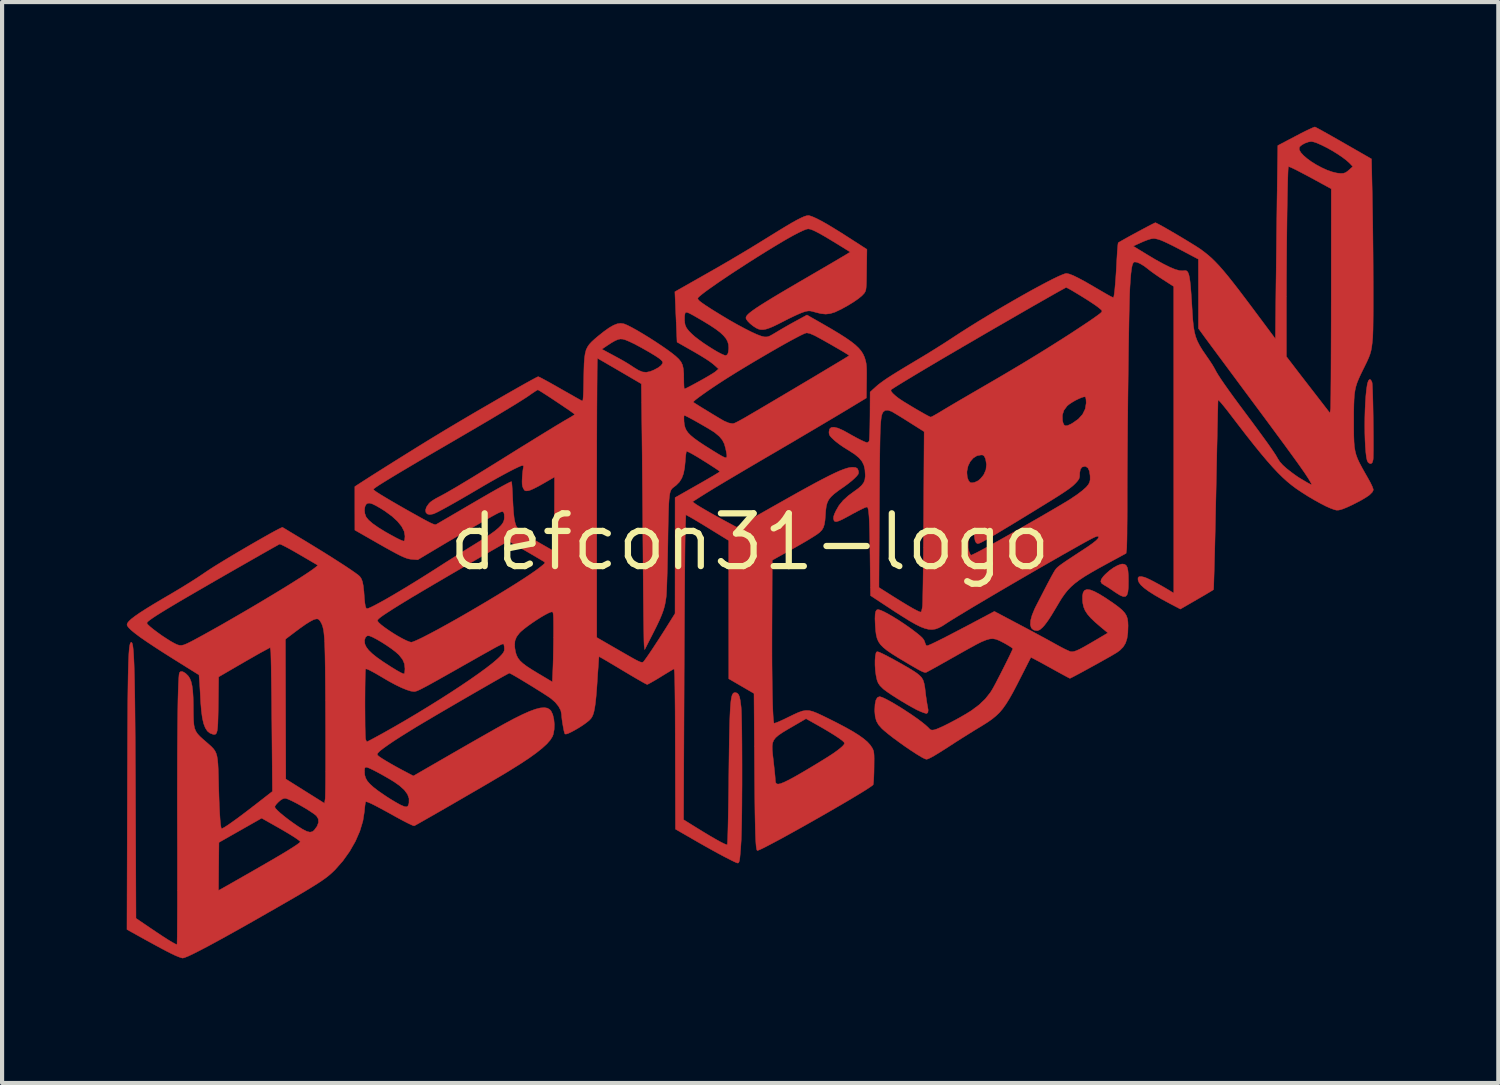
<source format=kicad_pcb>
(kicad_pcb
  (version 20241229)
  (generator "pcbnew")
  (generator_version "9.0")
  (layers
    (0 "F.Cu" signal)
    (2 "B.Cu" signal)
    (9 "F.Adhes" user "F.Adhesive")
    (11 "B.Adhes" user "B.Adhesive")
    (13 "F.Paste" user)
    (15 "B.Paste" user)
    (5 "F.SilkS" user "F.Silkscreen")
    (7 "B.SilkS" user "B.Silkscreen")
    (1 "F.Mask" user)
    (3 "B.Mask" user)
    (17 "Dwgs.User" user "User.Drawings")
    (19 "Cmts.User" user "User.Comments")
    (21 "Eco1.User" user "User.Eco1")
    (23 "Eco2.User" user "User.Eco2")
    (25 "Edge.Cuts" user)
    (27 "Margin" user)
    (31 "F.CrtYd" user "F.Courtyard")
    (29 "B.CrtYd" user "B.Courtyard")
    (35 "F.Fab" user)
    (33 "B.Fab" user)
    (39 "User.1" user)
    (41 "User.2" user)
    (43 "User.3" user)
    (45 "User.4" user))
  (footprint "defcon31-logo"
    (layer "F.Cu")
    (at 14.992 9.992)
    (property "Reference" "defcon31-logo" (at 0 0 0) (layer "F.SilkS") (effects (font (size 1.27 1.27) (thickness 0.15))))
    (attr through_hole)
    (fp_poly (pts (xy 9.019 0.537) (xy 9.056 0.563) (xy 9.083 0.613) (xy 9.1 0.69) (xy 9.109 0.8) (xy 9.111 0.942) (xy 9.109 1.092) (xy 9.098 1.202) (xy 9.076 1.274) (xy 9.04 1.31) (xy 8.987 1.313) (xy 8.915 1.285) (xy 8.82 1.227) (xy 8.772 1.195) (xy 8.689 1.138) (xy 8.609 1.085) (xy 8.545 1.046) (xy 8.525 1.035) (xy 8.468 0.996) (xy 8.445 0.952) (xy 8.457 0.898) (xy 8.504 0.831) (xy 8.558 0.774) (xy 8.654 0.688) (xy 8.756 0.615) (xy 8.853 0.562) (xy 8.937 0.533) (xy 8.969 0.529) (xy 9.019 0.537)) (stroke (width 0.01) (type solid)) (fill yes) (layer "F.Cu"))
    (fp_poly (pts (xy 14.939 -3.905) (xy 14.967 -3.857) (xy 14.972 -3.842) (xy 14.977 -3.807) (xy 14.981 -3.736) (xy 14.986 -3.633) (xy 14.99 -3.504) (xy 14.994 -3.355) (xy 14.997 -3.192) (xy 15 -3.02) (xy 15.002 -2.843) (xy 15.004 -2.669) (xy 15.005 -2.502) (xy 15.005 -2.349) (xy 15.005 -2.213) (xy 15.003 -2.102) (xy 15.001 -2.02) (xy 14.997 -1.974) (xy 14.977 -1.909) (xy 14.944 -1.883) (xy 14.901 -1.897) (xy 14.873 -1.923) (xy 14.853 -1.966) (xy 14.836 -2.046) (xy 14.823 -2.158) (xy 14.812 -2.295) (xy 14.804 -2.452) (xy 14.799 -2.624) (xy 14.798 -2.805) (xy 14.799 -2.99) (xy 14.804 -3.173) (xy 14.812 -3.349) (xy 14.823 -3.512) (xy 14.837 -3.656) (xy 14.855 -3.777) (xy 14.86 -3.806) (xy 14.883 -3.878) (xy 14.91 -3.911) (xy 14.939 -3.905)) (stroke (width 0.01) (type solid)) (fill yes) (layer "F.Cu"))
    (fp_poly (pts (xy 3.107 2.648) (xy 3.174 2.678) (xy 3.22 2.7) (xy 3.338 2.761) (xy 3.467 2.83) (xy 3.6 2.904) (xy 3.728 2.977) (xy 3.843 3.044) (xy 3.937 3.102) (xy 4.002 3.145) (xy 4.005 3.147) (xy 4.079 3.205) (xy 4.132 3.259) (xy 4.168 3.319) (xy 4.193 3.396) (xy 4.212 3.497) (xy 4.224 3.595) (xy 4.237 3.705) (xy 4.253 3.812) (xy 4.267 3.902) (xy 4.277 3.951) (xy 4.292 4.043) (xy 4.285 4.102) (xy 4.258 4.126) (xy 4.25 4.127) (xy 4.217 4.119) (xy 4.159 4.099) (xy 4.103 4.077) (xy 4.022 4.04) (xy 3.918 3.984) (xy 3.797 3.916) (xy 3.669 3.84) (xy 3.54 3.761) (xy 3.42 3.684) (xy 3.316 3.613) (xy 3.236 3.555) (xy 3.203 3.527) (xy 3.134 3.458) (xy 3.091 3.397) (xy 3.063 3.327) (xy 3.06 3.316) (xy 3.037 3.208) (xy 3.021 3.088) (xy 3.013 2.963) (xy 3.013 2.846) (xy 3.021 2.745) (xy 3.036 2.671) (xy 3.047 2.648) (xy 3.066 2.639) (xy 3.107 2.648)) (stroke (width 0.01) (type solid)) (fill yes) (layer "F.Cu"))
    (fp_poly (pts (xy 8.19 1.151) (xy 8.292 1.19) (xy 8.42 1.259) (xy 8.577 1.357) (xy 8.606 1.377) (xy 8.755 1.478) (xy 8.87 1.563) (xy 8.957 1.636) (xy 9.02 1.704) (xy 9.061 1.77) (xy 9.086 1.841) (xy 9.098 1.92) (xy 9.102 2.014) (xy 9.102 2.016) (xy 9.096 2.187) (xy 9.076 2.325) (xy 9.04 2.435) (xy 8.984 2.526) (xy 8.906 2.605) (xy 8.835 2.657) (xy 8.79 2.684) (xy 8.718 2.727) (xy 8.624 2.781) (xy 8.513 2.843) (xy 8.392 2.911) (xy 8.265 2.981) (xy 8.139 3.05) (xy 8.019 3.116) (xy 7.91 3.175) (xy 7.819 3.223) (xy 7.75 3.259) (xy 7.71 3.278) (xy 7.702 3.281) (xy 7.681 3.271) (xy 7.628 3.243) (xy 7.548 3.2) (xy 7.447 3.145) (xy 7.329 3.08) (xy 7.23 3.025) (xy 7.103 2.955) (xy 6.99 2.893) (xy 6.894 2.842) (xy 6.821 2.803) (xy 6.776 2.781) (xy 6.764 2.776) (xy 6.753 2.796) (xy 6.726 2.849) (xy 6.685 2.929) (xy 6.634 3.03) (xy 6.574 3.148) (xy 6.533 3.228) (xy 6.424 3.442) (xy 6.329 3.623) (xy 6.243 3.774) (xy 6.164 3.901) (xy 6.088 4.008) (xy 6.011 4.1) (xy 5.928 4.18) (xy 5.837 4.255) (xy 5.733 4.329) (xy 5.613 4.405) (xy 5.533 4.454) (xy 5.411 4.528) (xy 5.266 4.618) (xy 5.111 4.715) (xy 4.958 4.812) (xy 4.837 4.891) (xy 4.672 4.997) (xy 4.538 5.081) (xy 4.434 5.144) (xy 4.354 5.188) (xy 4.298 5.215) (xy 4.26 5.227) (xy 4.25 5.228) (xy 4.216 5.218) (xy 4.163 5.193) (xy 4.138 5.179) (xy 4.023 5.11) (xy 3.89 5.024) (xy 3.748 4.928) (xy 3.605 4.826) (xy 3.468 4.726) (xy 3.345 4.631) (xy 3.244 4.548) (xy 3.178 4.489) (xy 3.098 4.399) (xy 3.046 4.307) (xy 3.017 4.201) (xy 3.006 4.07) (xy 3.006 4.043) (xy 3.013 3.905) (xy 3.034 3.805) (xy 3.069 3.743) (xy 3.118 3.721) (xy 3.133 3.722) (xy 3.19 3.739) (xy 3.275 3.779) (xy 3.382 3.836) (xy 3.504 3.907) (xy 3.637 3.988) (xy 3.772 4.075) (xy 3.906 4.164) (xy 4.032 4.252) (xy 4.143 4.335) (xy 4.233 4.408) (xy 4.298 4.468) (xy 4.31 4.482) (xy 4.347 4.517) (xy 4.387 4.526) (xy 4.436 4.52) (xy 4.493 4.502) (xy 4.579 4.466) (xy 4.687 4.416) (xy 4.809 4.354) (xy 4.939 4.286) (xy 5.068 4.215) (xy 5.19 4.144) (xy 5.298 4.078) (xy 5.331 4.057) (xy 5.516 3.919) (xy 5.666 3.776) (xy 5.79 3.619) (xy 5.84 3.538) (xy 5.873 3.479) (xy 5.918 3.395) (xy 5.971 3.292) (xy 6.03 3.178) (xy 6.091 3.058) (xy 6.151 2.939) (xy 6.207 2.826) (xy 6.256 2.726) (xy 6.294 2.645) (xy 6.32 2.589) (xy 6.329 2.565) (xy 6.311 2.548) (xy 6.264 2.516) (xy 6.195 2.474) (xy 6.127 2.435) (xy 6.014 2.376) (xy 5.925 2.34) (xy 5.847 2.326) (xy 5.772 2.332) (xy 5.686 2.357) (xy 5.651 2.371) (xy 5.617 2.385) (xy 5.582 2.399) (xy 5.545 2.417) (xy 5.499 2.44) (xy 5.443 2.469) (xy 5.371 2.509) (xy 5.279 2.559) (xy 5.164 2.623) (xy 5.022 2.703) (xy 4.848 2.801) (xy 4.778 2.841) (xy 4.646 2.915) (xy 4.524 2.984) (xy 4.417 3.043) (xy 4.331 3.09) (xy 4.272 3.122) (xy 4.247 3.135) (xy 4.228 3.14) (xy 4.202 3.137) (xy 4.166 3.124) (xy 4.113 3.1) (xy 4.041 3.061) (xy 3.943 3.005) (xy 3.816 2.931) (xy 3.745 2.888) (xy 3.565 2.781) (xy 3.419 2.689) (xy 3.303 2.61) (xy 3.213 2.537) (xy 3.145 2.468) (xy 3.096 2.397) (xy 3.063 2.32) (xy 3.041 2.232) (xy 3.028 2.13) (xy 3.019 2.008) (xy 3.018 1.99) (xy 3.012 1.848) (xy 3.016 1.744) (xy 3.028 1.675) (xy 3.051 1.636) (xy 3.084 1.624) (xy 3.09 1.625) (xy 3.149 1.642) (xy 3.236 1.681) (xy 3.344 1.739) (xy 3.468 1.812) (xy 3.602 1.895) (xy 3.739 1.987) (xy 3.873 2.081) (xy 3.999 2.176) (xy 4.026 2.197) (xy 4.107 2.264) (xy 4.16 2.316) (xy 4.192 2.361) (xy 4.211 2.408) (xy 4.212 2.412) (xy 4.231 2.465) (xy 4.251 2.495) (xy 4.257 2.498) (xy 4.294 2.487) (xy 4.366 2.457) (xy 4.475 2.405) (xy 4.62 2.333) (xy 4.802 2.24) (xy 5.02 2.126) (xy 5.259 2.001) (xy 5.885 1.669) (xy 6.493 1.991) (xy 6.657 2.078) (xy 6.822 2.166) (xy 6.983 2.253) (xy 7.13 2.332) (xy 7.257 2.402) (xy 7.356 2.457) (xy 7.378 2.469) (xy 7.48 2.525) (xy 7.575 2.574) (xy 7.654 2.611) (xy 7.707 2.634) (xy 7.72 2.637) (xy 7.758 2.64) (xy 7.804 2.633) (xy 7.862 2.613) (xy 7.937 2.579) (xy 8.033 2.528) (xy 8.156 2.458) (xy 8.31 2.368) (xy 8.314 2.366) (xy 8.616 2.187) (xy 8.454 2.053) (xy 8.313 1.932) (xy 8.205 1.829) (xy 8.125 1.737) (xy 8.068 1.649) (xy 8.032 1.562) (xy 8.012 1.468) (xy 8.006 1.406) (xy 8.005 1.295) (xy 8.021 1.214) (xy 8.056 1.163) (xy 8.112 1.142) (xy 8.19 1.151)) (stroke (width 0.01) (type solid)) (fill yes) (layer "F.Cu"))
    (fp_poly (pts (xy 13.624 -9.975) (xy 13.681 -9.945) (xy 13.767 -9.898) (xy 13.876 -9.837) (xy 14.004 -9.765) (xy 14.148 -9.683) (xy 14.295 -9.599) (xy 14.959 -9.218) (xy 14.972 -8.625) (xy 14.978 -8.37) (xy 14.982 -8.1) (xy 14.987 -7.82) (xy 14.991 -7.533) (xy 14.994 -7.243) (xy 14.997 -6.954) (xy 14.999 -6.669) (xy 15 -6.393) (xy 15.001 -6.128) (xy 15.001 -5.88) (xy 15.001 -5.65) (xy 15 -5.443) (xy 14.998 -5.264) (xy 14.996 -5.114) (xy 14.992 -4.999) (xy 14.989 -4.922) (xy 14.988 -4.911) (xy 14.976 -4.786) (xy 14.963 -4.685) (xy 14.947 -4.599) (xy 14.924 -4.519) (xy 14.892 -4.434) (xy 14.847 -4.334) (xy 14.787 -4.211) (xy 14.761 -4.159) (xy 14.701 -4.037) (xy 14.653 -3.931) (xy 14.614 -3.836) (xy 14.585 -3.745) (xy 14.564 -3.652) (xy 14.549 -3.549) (xy 14.54 -3.43) (xy 14.535 -3.288) (xy 14.532 -3.117) (xy 14.532 -2.921) (xy 14.532 -2.718) (xy 14.534 -2.551) (xy 14.539 -2.412) (xy 14.548 -2.295) (xy 14.565 -2.193) (xy 14.589 -2.098) (xy 14.623 -2.005) (xy 14.669 -1.906) (xy 14.728 -1.795) (xy 14.801 -1.664) (xy 14.859 -1.563) (xy 14.929 -1.437) (xy 14.976 -1.34) (xy 15 -1.274) (xy 15.003 -1.25) (xy 14.978 -1.199) (xy 14.917 -1.138) (xy 14.891 -1.117) (xy 14.816 -1.067) (xy 14.716 -1.008) (xy 14.601 -0.947) (xy 14.482 -0.887) (xy 14.37 -0.835) (xy 14.275 -0.797) (xy 14.22 -0.779) (xy 14.165 -0.767) (xy 14.119 -0.766) (xy 14.066 -0.778) (xy 13.993 -0.805) (xy 13.973 -0.812) (xy 13.865 -0.86) (xy 13.733 -0.928) (xy 13.585 -1.01) (xy 13.432 -1.1) (xy 13.283 -1.195) (xy 13.147 -1.286) (xy 13.14 -1.291) (xy 13.034 -1.371) (xy 12.927 -1.459) (xy 12.816 -1.56) (xy 12.699 -1.676) (xy 12.575 -1.809) (xy 12.44 -1.962) (xy 12.292 -2.138) (xy 12.129 -2.339) (xy 11.948 -2.568) (xy 11.748 -2.827) (xy 11.598 -3.023) (xy 11.493 -3.16) (xy 11.406 -3.269) (xy 11.339 -3.35) (xy 11.293 -3.4) (xy 11.27 -3.417) (xy 11.267 -3.415) (xy 11.266 -3.389) (xy 11.264 -3.323) (xy 11.262 -3.221) (xy 11.258 -3.085) (xy 11.255 -2.918) (xy 11.25 -2.722) (xy 11.246 -2.501) (xy 11.24 -2.257) (xy 11.235 -1.994) (xy 11.229 -1.713) (xy 11.223 -1.418) (xy 11.217 -1.122) (xy 11.21 -0.816) (xy 11.204 -0.523) (xy 11.198 -0.244) (xy 11.192 0.017) (xy 11.186 0.258) (xy 11.18 0.476) (xy 11.175 0.668) (xy 11.17 0.832) (xy 11.166 0.965) (xy 11.163 1.063) (xy 11.16 1.125) (xy 11.157 1.147) (xy 11.136 1.161) (xy 11.083 1.193) (xy 11.005 1.24) (xy 10.907 1.298) (xy 10.794 1.363) (xy 10.753 1.387) (xy 10.361 1.614) (xy 10.128 1.492) (xy 9.915 1.377) (xy 9.739 1.276) (xy 9.598 1.186) (xy 9.49 1.107) (xy 9.412 1.036) (xy 9.364 0.972) (xy 9.342 0.916) (xy 9.341 0.862) (xy 9.366 0.834) (xy 9.42 0.831) (xy 9.495 0.847) (xy 9.551 0.869) (xy 9.636 0.909) (xy 9.742 0.964) (xy 9.862 1.029) (xy 9.988 1.101) (xy 10.114 1.176) (xy 10.134 1.189) (xy 10.202 1.231) (xy 10.201 -2.459) (xy 10.2 -6.149) (xy 9.953 -6.308) (xy 9.849 -6.376) (xy 9.745 -6.448) (xy 9.653 -6.514) (xy 9.586 -6.566) (xy 9.583 -6.569) (xy 9.485 -6.643) (xy 9.394 -6.698) (xy 9.318 -6.731) (xy 9.261 -6.739) (xy 9.239 -6.731) (xy 9.218 -6.702) (xy 9.2 -6.65) (xy 9.185 -6.57) (xy 9.171 -6.461) (xy 9.159 -6.317) (xy 9.147 -6.136) (xy 9.144 -6.077) (xy 9.14 -5.982) (xy 9.136 -5.848) (xy 9.132 -5.678) (xy 9.127 -5.477) (xy 9.123 -5.247) (xy 9.119 -4.992) (xy 9.114 -4.716) (xy 9.11 -4.422) (xy 9.106 -4.113) (xy 9.102 -3.794) (xy 9.098 -3.467) (xy 9.095 -3.135) (xy 9.091 -2.803) (xy 9.089 -2.475) (xy 9.086 -2.152) (xy 9.084 -1.839) (xy 9.082 -1.54) (xy 9.081 -1.258) (xy 9.081 -0.995) (xy 9.081 -0.961) (xy 9.081 -0.751) (xy 9.08 -0.552) (xy 9.078 -0.368) (xy 9.077 -0.202) (xy 9.075 -0.061) (xy 9.072 0.052) (xy 9.07 0.132) (xy 9.067 0.175) (xy 9.067 0.176) (xy 9.054 0.273) (xy 8.617 0.51) (xy 8.399 0.629) (xy 8.215 0.734) (xy 8.06 0.827) (xy 7.931 0.913) (xy 7.822 0.995) (xy 7.73 1.076) (xy 7.649 1.16) (xy 7.577 1.25) (xy 7.507 1.35) (xy 7.437 1.464) (xy 7.43 1.477) (xy 7.335 1.636) (xy 7.258 1.763) (xy 7.193 1.864) (xy 7.138 1.942) (xy 7.09 2.004) (xy 7.046 2.053) (xy 6.978 2.112) (xy 6.916 2.135) (xy 6.849 2.124) (xy 6.82 2.112) (xy 6.772 2.066) (xy 6.751 1.991) (xy 6.757 1.889) (xy 6.791 1.763) (xy 6.851 1.615) (xy 6.885 1.545) (xy 6.993 1.336) (xy 7.083 1.161) (xy 7.157 1.018) (xy 7.218 0.903) (xy 7.267 0.812) (xy 7.305 0.744) (xy 7.335 0.693) (xy 7.359 0.658) (xy 7.377 0.635) (xy 7.38 0.632) (xy 7.408 0.605) (xy 7.447 0.573) (xy 7.501 0.533) (xy 7.574 0.482) (xy 7.67 0.417) (xy 7.793 0.336) (xy 7.947 0.235) (xy 7.99 0.207) (xy 8.139 0.109) (xy 8.251 0.029) (xy 8.33 -0.034) (xy 8.377 -0.082) (xy 8.393 -0.115) (xy 8.387 -0.131) (xy 8.376 -0.137) (xy 8.36 -0.137) (xy 8.333 -0.13) (xy 8.294 -0.115) (xy 8.239 -0.088) (xy 8.164 -0.049) (xy 8.067 0.004) (xy 7.943 0.073) (xy 7.791 0.159) (xy 7.605 0.264) (xy 7.556 0.291) (xy 7.31 0.432) (xy 7.057 0.577) (xy 6.8 0.725) (xy 6.542 0.875) (xy 6.288 1.023) (xy 6.04 1.168) (xy 5.802 1.308) (xy 5.578 1.441) (xy 5.37 1.564) (xy 5.183 1.677) (xy 5.019 1.776) (xy 4.882 1.86) (xy 4.775 1.927) (xy 4.71 1.97) (xy 4.624 2.025) (xy 4.545 2.066) (xy 4.468 2.094) (xy 4.39 2.106) (xy 4.307 2.102) (xy 4.215 2.08) (xy 4.11 2.04) (xy 3.989 1.98) (xy 3.846 1.899) (xy 3.68 1.796) (xy 3.484 1.671) (xy 3.361 1.59) (xy 2.905 1.29) (xy 2.902 1.094) (xy 3.107 1.094) (xy 3.45 1.311) (xy 3.63 1.423) (xy 3.785 1.517) (xy 3.913 1.592) (xy 4.012 1.645) (xy 4.08 1.677) (xy 4.115 1.686) (xy 4.117 1.686) (xy 4.13 1.663) (xy 4.144 1.61) (xy 4.155 1.544) (xy 4.157 1.503) (xy 4.16 1.423) (xy 4.162 1.308) (xy 4.165 1.159) (xy 4.168 0.981) (xy 4.171 0.776) (xy 4.173 0.548) (xy 4.176 0.299) (xy 4.177 0.137) (xy 5.254 0.137) (xy 5.278 0.238) (xy 5.301 0.288) (xy 5.319 0.315) (xy 5.323 0.318) (xy 5.347 0.309) (xy 5.397 0.285) (xy 5.464 0.253) (xy 5.467 0.251) (xy 5.546 0.21) (xy 5.657 0.15) (xy 5.794 0.074) (xy 5.954 -0.014) (xy 6.13 -0.113) (xy 6.317 -0.22) (xy 6.512 -0.33) (xy 6.709 -0.443) (xy 6.903 -0.554) (xy 7.088 -0.661) (xy 7.262 -0.762) (xy 7.417 -0.853) (xy 7.55 -0.932) (xy 7.655 -0.995) (xy 7.715 -1.033) (xy 7.876 -1.141) (xy 8.003 -1.238) (xy 8.096 -1.321) (xy 8.15 -1.387) (xy 8.176 -1.44) (xy 8.189 -1.494) (xy 8.189 -1.569) (xy 8.188 -1.598) (xy 8.171 -1.708) (xy 8.136 -1.782) (xy 8.084 -1.817) (xy 8.058 -1.82) (xy 7.995 -1.803) (xy 7.955 -1.75) (xy 7.938 -1.662) (xy 7.938 -1.637) (xy 7.935 -1.57) (xy 7.922 -1.522) (xy 7.892 -1.476) (xy 7.848 -1.425) (xy 7.815 -1.392) (xy 7.779 -1.358) (xy 7.735 -1.322) (xy 7.681 -1.281) (xy 7.614 -1.234) (xy 7.529 -1.177) (xy 7.424 -1.109) (xy 7.295 -1.028) (xy 7.138 -0.931) (xy 6.951 -0.816) (xy 6.805 -0.726) (xy 6.538 -0.563) (xy 6.305 -0.421) (xy 6.105 -0.301) (xy 5.937 -0.2) (xy 5.8 -0.119) (xy 5.691 -0.057) (xy 5.611 -0.013) (xy 5.561 0.013) (xy 5.509 0.035) (xy 5.479 0.039) (xy 5.454 0.023) (xy 5.445 0.015) (xy 5.423 -0.024) (xy 5.408 -0.094) (xy 5.398 -0.193) (xy 5.387 -0.364) (xy 5.326 -0.24) (xy 5.279 -0.116) (xy 5.255 0.014) (xy 5.254 0.137) (xy 4.177 0.137) (xy 4.178 0.034) (xy 4.18 -0.246) (xy 4.182 -0.536) (xy 4.183 -0.624) (xy 4.189 -1.667) (xy 5.224 -1.667) (xy 5.233 -1.561) (xy 5.262 -1.479) (xy 5.3 -1.433) (xy 5.346 -1.424) (xy 5.411 -1.436) (xy 5.481 -1.468) (xy 5.508 -1.485) (xy 5.557 -1.53) (xy 5.61 -1.594) (xy 5.633 -1.627) (xy 5.681 -1.739) (xy 5.695 -1.865) (xy 5.675 -1.989) (xy 5.663 -2.022) (xy 5.636 -2.072) (xy 5.602 -2.093) (xy 5.566 -2.095) (xy 5.466 -2.076) (xy 5.377 -2.02) (xy 5.304 -1.936) (xy 5.252 -1.83) (xy 5.226 -1.708) (xy 5.224 -1.667) (xy 4.189 -1.667) (xy 4.195 -2.656) (xy 3.838 -2.881) (xy 3.724 -2.953) (xy 3.618 -3.019) (xy 3.527 -3.074) (xy 3.457 -3.116) (xy 3.416 -3.14) (xy 3.414 -3.141) (xy 3.327 -3.171) (xy 3.257 -3.167) (xy 3.208 -3.127) (xy 3.208 -3.127) (xy 3.196 -3.106) (xy 3.184 -3.08) (xy 3.174 -3.047) (xy 3.165 -3.005) (xy 3.158 -2.952) (xy 3.151 -2.884) (xy 3.145 -2.799) (xy 3.14 -2.695) (xy 3.136 -2.569) (xy 3.133 -2.419) (xy 3.13 -2.241) (xy 3.127 -2.034) (xy 3.124 -1.795) (xy 3.122 -1.521) (xy 3.12 -1.209) (xy 3.118 -0.866) (xy 3.107 1.094) (xy 2.902 1.094) (xy 2.893 0.333) (xy 2.889 0.073) (xy 2.885 -0.148) (xy 2.881 -0.331) (xy 2.876 -0.482) (xy 2.87 -0.602) (xy 2.862 -0.694) (xy 2.854 -0.762) (xy 2.844 -0.807) (xy 2.833 -0.834) (xy 2.828 -0.84) (xy 2.81 -0.841) (xy 2.77 -0.828) (xy 2.705 -0.798) (xy 2.611 -0.751) (xy 2.487 -0.685) (xy 2.339 -0.604) (xy 2.224 -0.543) (xy 2.14 -0.506) (xy 2.081 -0.49) (xy 2.044 -0.495) (xy 2.024 -0.52) (xy 2.024 -0.52) (xy 2.013 -0.565) (xy 2.017 -0.615) (xy 2.039 -0.68) (xy 2.072 -0.751) (xy 2.147 -0.881) (xy 2.245 -1) (xy 2.372 -1.115) (xy 2.499 -1.209) (xy 2.611 -1.29) (xy 2.689 -1.36) (xy 2.74 -1.427) (xy 2.768 -1.499) (xy 2.778 -1.582) (xy 2.778 -1.613) (xy 2.77 -1.741) (xy 2.745 -1.848) (xy 2.699 -1.941) (xy 2.627 -2.027) (xy 2.525 -2.111) (xy 2.388 -2.2) (xy 2.35 -2.223) (xy 2.251 -2.285) (xy 2.15 -2.355) (xy 2.063 -2.423) (xy 2.029 -2.452) (xy 1.965 -2.513) (xy 1.928 -2.556) (xy 1.91 -2.594) (xy 1.905 -2.637) (xy 1.905 -2.649) (xy 1.918 -2.718) (xy 1.959 -2.756) (xy 2.027 -2.763) (xy 2.123 -2.74) (xy 2.247 -2.685) (xy 2.361 -2.622) (xy 2.472 -2.559) (xy 2.579 -2.501) (xy 2.675 -2.452) (xy 2.754 -2.415) (xy 2.807 -2.395) (xy 2.823 -2.392) (xy 2.856 -2.409) (xy 2.871 -2.429) (xy 2.876 -2.459) (xy 2.88 -2.526) (xy 2.884 -2.623) (xy 2.888 -2.745) (xy 2.89 -2.885) (xy 2.892 -3.037) (xy 2.895 -3.609) (xy 2.951 -3.66) (xy 3.396 -3.66) (xy 3.4 -3.628) (xy 3.438 -3.579) (xy 3.507 -3.516) (xy 3.581 -3.458) (xy 3.633 -3.423) (xy 3.708 -3.374) (xy 3.801 -3.318) (xy 3.903 -3.256) (xy 4.009 -3.193) (xy 4.112 -3.134) (xy 4.204 -3.081) (xy 4.28 -3.04) (xy 4.332 -3.014) (xy 4.353 -3.006) (xy 4.379 -3.016) (xy 4.434 -3.045) (xy 4.448 -3.053) (xy 7.521 -3.053) (xy 7.525 -2.924) (xy 7.536 -2.873) (xy 7.559 -2.82) (xy 7.593 -2.797) (xy 7.645 -2.802) (xy 7.72 -2.835) (xy 7.76 -2.857) (xy 7.903 -2.957) (xy 8.007 -3.071) (xy 8.07 -3.2) (xy 8.094 -3.342) (xy 8.094 -3.349) (xy 8.091 -3.419) (xy 8.083 -3.472) (xy 8.074 -3.492) (xy 8.044 -3.494) (xy 7.988 -3.478) (xy 7.915 -3.447) (xy 7.833 -3.407) (xy 7.753 -3.36) (xy 7.683 -3.313) (xy 7.635 -3.273) (xy 7.558 -3.169) (xy 7.521 -3.053) (xy 4.448 -3.053) (xy 4.508 -3.087) (xy 4.595 -3.139) (xy 4.596 -3.14) (xy 4.669 -3.184) (xy 4.773 -3.246) (xy 4.9 -3.321) (xy 5.044 -3.406) (xy 5.199 -3.496) (xy 5.358 -3.589) (xy 5.429 -3.63) (xy 5.701 -3.788) (xy 5.942 -3.928) (xy 6.158 -4.055) (xy 6.355 -4.172) (xy 6.54 -4.282) (xy 6.718 -4.39) (xy 6.895 -4.498) (xy 7.078 -4.611) (xy 7.197 -4.685) (xy 7.367 -4.792) (xy 7.539 -4.901) (xy 7.708 -5.009) (xy 7.869 -5.115) (xy 8.019 -5.214) (xy 8.154 -5.304) (xy 8.269 -5.383) (xy 8.36 -5.448) (xy 8.423 -5.495) (xy 8.453 -5.521) (xy 8.471 -5.544) (xy 8.474 -5.564) (xy 8.454 -5.589) (xy 8.409 -5.627) (xy 8.374 -5.655) (xy 8.319 -5.695) (xy 8.242 -5.747) (xy 8.149 -5.808) (xy 8.046 -5.873) (xy 7.941 -5.938) (xy 7.84 -5.999) (xy 7.75 -6.053) (xy 7.677 -6.094) (xy 7.628 -6.119) (xy 7.612 -6.124) (xy 7.589 -6.114) (xy 7.533 -6.083) (xy 7.445 -6.035) (xy 7.328 -5.969) (xy 7.184 -5.887) (xy 7.017 -5.792) (xy 6.827 -5.684) (xy 6.619 -5.564) (xy 6.395 -5.435) (xy 6.156 -5.297) (xy 5.906 -5.153) (xy 5.647 -5.003) (xy 5.382 -4.848) (xy 5.113 -4.692) (xy 5.006 -4.629) (xy 4.788 -4.502) (xy 4.575 -4.377) (xy 4.371 -4.256) (xy 4.177 -4.141) (xy 3.998 -4.034) (xy 3.837 -3.937) (xy 3.695 -3.851) (xy 3.578 -3.779) (xy 3.487 -3.722) (xy 3.426 -3.682) (xy 3.398 -3.662) (xy 3.396 -3.66) (xy 2.951 -3.66) (xy 3.022 -3.725) (xy 3.077 -3.774) (xy 3.143 -3.825) (xy 3.221 -3.882) (xy 3.316 -3.947) (xy 3.433 -4.022) (xy 3.573 -4.109) (xy 3.741 -4.211) (xy 3.941 -4.331) (xy 4.032 -4.385) (xy 4.19 -4.48) (xy 4.363 -4.586) (xy 4.539 -4.696) (xy 4.707 -4.802) (xy 4.854 -4.898) (xy 4.889 -4.921) (xy 5.076 -5.043) (xy 5.276 -5.17) (xy 5.486 -5.301) (xy 5.704 -5.433) (xy 5.925 -5.566) (xy 6.146 -5.696) (xy 6.364 -5.822) (xy 6.575 -5.942) (xy 6.777 -6.055) (xy 6.965 -6.157) (xy 7.137 -6.248) (xy 7.288 -6.326) (xy 7.417 -6.388) (xy 7.518 -6.432) (xy 7.589 -6.458) (xy 7.619 -6.463) (xy 7.683 -6.45) (xy 7.781 -6.413) (xy 7.911 -6.349) (xy 8.075 -6.261) (xy 8.265 -6.151) (xy 8.412 -6.065) (xy 8.527 -5.998) (xy 8.613 -5.949) (xy 8.674 -5.915) (xy 8.715 -5.895) (xy 8.739 -5.886) (xy 8.75 -5.886) (xy 8.751 -5.886) (xy 8.761 -5.916) (xy 8.771 -5.982) (xy 8.783 -6.082) (xy 8.794 -6.21) (xy 8.806 -6.362) (xy 8.817 -6.532) (xy 8.827 -6.717) (xy 8.827 -6.72) (xy 8.835 -6.857) (xy 8.842 -6.978) (xy 8.85 -7.079) (xy 8.854 -7.12) (xy 9.226 -7.12) (xy 9.539 -6.928) (xy 9.76 -6.796) (xy 9.949 -6.692) (xy 10.108 -6.613) (xy 10.238 -6.559) (xy 10.341 -6.531) (xy 10.417 -6.526) (xy 10.43 -6.528) (xy 10.466 -6.533) (xy 10.497 -6.53) (xy 10.522 -6.516) (xy 10.544 -6.486) (xy 10.563 -6.438) (xy 10.579 -6.368) (xy 10.593 -6.273) (xy 10.606 -6.15) (xy 10.618 -5.995) (xy 10.631 -5.804) (xy 10.645 -5.576) (xy 10.647 -5.541) (xy 10.66 -5.349) (xy 10.676 -5.191) (xy 10.698 -5.058) (xy 10.728 -4.942) (xy 10.769 -4.835) (xy 10.824 -4.727) (xy 10.895 -4.611) (xy 10.986 -4.479) (xy 10.999 -4.46) (xy 11.062 -4.369) (xy 11.122 -4.278) (xy 11.169 -4.199) (xy 11.191 -4.159) (xy 11.228 -4.09) (xy 11.278 -4.008) (xy 11.342 -3.91) (xy 11.423 -3.792) (xy 11.522 -3.652) (xy 11.641 -3.487) (xy 11.783 -3.294) (xy 11.927 -3.101) (xy 12.092 -2.879) (xy 12.233 -2.688) (xy 12.352 -2.525) (xy 12.452 -2.387) (xy 12.533 -2.272) (xy 12.598 -2.177) (xy 12.65 -2.099) (xy 12.688 -2.035) (xy 12.71 -1.997) (xy 12.756 -1.927) (xy 12.823 -1.852) (xy 12.915 -1.769) (xy 13.038 -1.673) (xy 13.141 -1.598) (xy 13.197 -1.56) (xy 13.268 -1.516) (xy 13.346 -1.47) (xy 13.419 -1.427) (xy 13.48 -1.395) (xy 13.517 -1.378) (xy 13.522 -1.376) (xy 13.517 -1.393) (xy 13.495 -1.435) (xy 13.471 -1.476) (xy 13.444 -1.522) (xy 13.409 -1.576) (xy 13.366 -1.642) (xy 13.312 -1.72) (xy 13.246 -1.814) (xy 13.167 -1.925) (xy 13.073 -2.055) (xy 12.963 -2.206) (xy 12.836 -2.38) (xy 12.689 -2.579) (xy 12.522 -2.806) (xy 12.333 -3.061) (xy 12.12 -3.348) (xy 12.044 -3.45) (xy 11.882 -3.668) (xy 11.725 -3.88) (xy 11.576 -4.081) (xy 11.436 -4.27) (xy 11.307 -4.444) (xy 11.293 -4.462) (xy 12.912 -4.462) (xy 13.117 -4.194) (xy 13.192 -4.096) (xy 13.286 -3.974) (xy 13.392 -3.837) (xy 13.501 -3.696) (xy 13.608 -3.558) (xy 13.641 -3.515) (xy 13.959 -3.104) (xy 13.974 -3.198) (xy 13.976 -3.23) (xy 13.977 -3.303) (xy 13.979 -3.412) (xy 13.981 -3.556) (xy 13.982 -3.731) (xy 13.984 -3.936) (xy 13.985 -4.166) (xy 13.986 -4.42) (xy 13.987 -4.695) (xy 13.988 -4.988) (xy 13.989 -5.297) (xy 13.989 -5.619) (xy 13.99 -5.895) (xy 13.991 -8.499) (xy 13.615 -8.704) (xy 13.429 -8.805) (xy 13.277 -8.885) (xy 13.157 -8.948) (xy 13.067 -8.992) (xy 13.006 -9.019) (xy 12.971 -9.031) (xy 12.961 -9.031) (xy 12.957 -9.006) (xy 12.952 -8.942) (xy 12.948 -8.843) (xy 12.944 -8.71) (xy 12.94 -8.549) (xy 12.936 -8.361) (xy 12.932 -8.151) (xy 12.928 -7.921) (xy 12.925 -7.675) (xy 12.922 -7.415) (xy 12.919 -7.146) (xy 12.917 -6.87) (xy 12.915 -6.591) (xy 12.913 -6.312) (xy 12.913 -6.036) (xy 12.912 -5.909) (xy 12.912 -4.462) (xy 11.293 -4.462) (xy 11.192 -4.599) (xy 11.093 -4.732) (xy 11.012 -4.842) (xy 10.951 -4.924) (xy 10.913 -4.977) (xy 10.905 -4.988) (xy 10.795 -5.139) (xy 10.795 -5.972) (xy 10.794 -6.805) (xy 10.387 -7.02) (xy 10.217 -7.109) (xy 10.078 -7.178) (xy 9.967 -7.23) (xy 9.878 -7.267) (xy 9.807 -7.289) (xy 9.75 -7.301) (xy 9.717 -7.303) (xy 9.658 -7.296) (xy 9.58 -7.273) (xy 9.478 -7.234) (xy 9.36 -7.181) (xy 9.226 -7.12) (xy 8.854 -7.12) (xy 8.857 -7.154) (xy 8.863 -7.194) (xy 8.865 -7.2) (xy 8.89 -7.217) (xy 8.946 -7.249) (xy 9.025 -7.294) (xy 9.122 -7.348) (xy 9.23 -7.407) (xy 9.343 -7.468) (xy 9.453 -7.527) (xy 9.556 -7.582) (xy 9.644 -7.628) (xy 9.711 -7.662) (xy 9.751 -7.681) (xy 9.759 -7.684) (xy 9.786 -7.673) (xy 9.843 -7.643) (xy 9.926 -7.598) (xy 10.027 -7.541) (xy 10.142 -7.474) (xy 10.266 -7.402) (xy 10.392 -7.327) (xy 10.515 -7.253) (xy 10.629 -7.183) (xy 10.729 -7.121) (xy 10.81 -7.069) (xy 10.858 -7.036) (xy 10.947 -6.969) (xy 11.033 -6.9) (xy 11.118 -6.825) (xy 11.204 -6.74) (xy 11.296 -6.643) (xy 11.395 -6.53) (xy 11.504 -6.399) (xy 11.626 -6.246) (xy 11.765 -6.067) (xy 11.921 -5.861) (xy 12.1 -5.623) (xy 12.111 -5.608) (xy 12.647 -4.889) (xy 12.661 -6.196) (xy 12.665 -6.469) (xy 12.668 -6.761) (xy 12.672 -7.065) (xy 12.675 -7.372) (xy 12.679 -7.673) (xy 12.683 -7.961) (xy 12.686 -8.225) (xy 12.69 -8.458) (xy 12.69 -8.522) (xy 12.704 -9.492) (xy 13.221 -9.492) (xy 13.222 -9.439) (xy 13.257 -9.374) (xy 13.322 -9.302) (xy 13.41 -9.226) (xy 13.516 -9.149) (xy 13.634 -9.076) (xy 13.761 -9.008) (xy 13.888 -8.95) (xy 14.013 -8.906) (xy 14.128 -8.878) (xy 14.216 -8.869) (xy 14.283 -8.872) (xy 14.333 -8.888) (xy 14.383 -8.922) (xy 14.417 -8.952) (xy 14.51 -9.034) (xy 14.436 -9.112) (xy 14.359 -9.182) (xy 14.258 -9.259) (xy 14.141 -9.338) (xy 14.014 -9.416) (xy 13.885 -9.488) (xy 13.761 -9.55) (xy 13.651 -9.599) (xy 13.56 -9.629) (xy 13.507 -9.637) (xy 13.439 -9.626) (xy 13.362 -9.598) (xy 13.291 -9.56) (xy 13.239 -9.518) (xy 13.221 -9.492) (xy 12.704 -9.492) (xy 12.705 -9.54) (xy 13.136 -9.767) (xy 13.26 -9.832) (xy 13.373 -9.889) (xy 13.47 -9.935) (xy 13.543 -9.968) (xy 13.588 -9.985) (xy 13.599 -9.987) (xy 13.624 -9.975)) (stroke (width 0.01) (type solid)) (fill yes) (layer "F.Cu"))
    (fp_poly (pts (xy 1.435 -7.853) (xy 1.513 -7.826) (xy 1.605 -7.785) (xy 1.716 -7.728) (xy 1.847 -7.655) (xy 2.002 -7.562) (xy 2.185 -7.449) (xy 2.398 -7.313) (xy 2.437 -7.288) (xy 2.818 -7.042) (xy 2.811 -6.551) (xy 2.809 -6.395) (xy 2.807 -6.275) (xy 2.804 -6.185) (xy 2.799 -6.12) (xy 2.793 -6.074) (xy 2.784 -6.041) (xy 2.772 -6.015) (xy 2.756 -5.989) (xy 2.752 -5.984) (xy 2.697 -5.925) (xy 2.609 -5.853) (xy 2.493 -5.773) (xy 2.354 -5.688) (xy 2.198 -5.602) (xy 2.185 -5.596) (xy 2.05 -5.532) (xy 1.935 -5.496) (xy 1.825 -5.484) (xy 1.709 -5.496) (xy 1.592 -5.525) (xy 1.508 -5.548) (xy 1.451 -5.56) (xy 1.404 -5.56) (xy 1.353 -5.551) (xy 1.301 -5.536) (xy 1.24 -5.514) (xy 1.151 -5.476) (xy 1.043 -5.426) (xy 0.925 -5.369) (xy 0.836 -5.323) (xy 0.683 -5.245) (xy 0.561 -5.186) (xy 0.463 -5.146) (xy 0.385 -5.121) (xy 0.32 -5.11) (xy 0.263 -5.112) (xy 0.217 -5.121) (xy 0.154 -5.149) (xy 0.081 -5.196) (xy 0.009 -5.254) (xy -0.05 -5.314) (xy -0.087 -5.366) (xy -0.091 -5.378) (xy -0.093 -5.4) (xy -0.086 -5.424) (xy -0.067 -5.453) (xy -0.036 -5.486) (xy 0.011 -5.526) (xy 0.075 -5.574) (xy 0.158 -5.632) (xy 0.262 -5.7) (xy 0.39 -5.78) (xy 0.543 -5.874) (xy 0.723 -5.982) (xy 0.933 -6.106) (xy 1.175 -6.248) (xy 1.45 -6.408) (xy 1.63 -6.513) (xy 1.778 -6.599) (xy 1.918 -6.681) (xy 2.046 -6.756) (xy 2.156 -6.821) (xy 2.242 -6.872) (xy 2.3 -6.906) (xy 2.314 -6.915) (xy 2.416 -6.978) (xy 2.176 -7.127) (xy 1.991 -7.24) (xy 1.837 -7.333) (xy 1.712 -7.405) (xy 1.611 -7.459) (xy 1.532 -7.498) (xy 1.47 -7.522) (xy 1.423 -7.533) (xy 1.402 -7.535) (xy 1.354 -7.524) (xy 1.274 -7.492) (xy 1.168 -7.441) (xy 1.038 -7.373) (xy 0.89 -7.29) (xy 0.777 -7.224) (xy 0.582 -7.107) (xy 0.381 -6.984) (xy 0.176 -6.856) (xy -0.029 -6.726) (xy -0.229 -6.597) (xy -0.422 -6.471) (xy -0.603 -6.35) (xy -0.77 -6.237) (xy -0.917 -6.134) (xy -1.043 -6.044) (xy -1.142 -5.969) (xy -1.212 -5.911) (xy -1.245 -5.879) (xy -1.252 -5.859) (xy -1.242 -5.833) (xy -1.211 -5.8) (xy -1.154 -5.756) (xy -1.069 -5.697) (xy -0.952 -5.621) (xy -0.91 -5.594) (xy -0.696 -5.462) (xy -0.491 -5.339) (xy -0.298 -5.23) (xy -0.121 -5.135) (xy 0.035 -5.056) (xy 0.168 -4.995) (xy 0.273 -4.955) (xy 0.346 -4.937) (xy 0.393 -4.935) (xy 0.434 -4.94) (xy 0.481 -4.958) (xy 0.544 -4.992) (xy 0.628 -5.042) (xy 0.718 -5.096) (xy 0.833 -5.163) (xy 0.957 -5.234) (xy 1.078 -5.301) (xy 1.095 -5.31) (xy 1.376 -5.463) (xy 1.751 -5.249) (xy 1.972 -5.121) (xy 2.158 -5.009) (xy 2.313 -4.91) (xy 2.439 -4.822) (xy 2.54 -4.742) (xy 2.619 -4.667) (xy 2.68 -4.595) (xy 2.726 -4.522) (xy 2.76 -4.447) (xy 2.773 -4.405) (xy 2.789 -4.35) (xy 2.8 -4.295) (xy 2.807 -4.233) (xy 2.811 -4.155) (xy 2.812 -4.054) (xy 2.811 -3.921) (xy 2.81 -3.866) (xy 2.805 -3.466) (xy 2.297 -3.159) (xy 2.182 -3.09) (xy 2.036 -3.003) (xy 1.864 -2.901) (xy 1.672 -2.787) (xy 1.464 -2.664) (xy 1.247 -2.536) (xy 1.026 -2.405) (xy 0.805 -2.276) (xy 0.678 -2.201) (xy 0.374 -2.024) (xy 0.105 -1.866) (xy -0.133 -1.726) (xy -0.342 -1.602) (xy -0.525 -1.494) (xy -0.684 -1.399) (xy -0.823 -1.316) (xy -0.942 -1.243) (xy -1.046 -1.179) (xy -1.137 -1.122) (xy -1.21 -1.076) (xy -1.377 -0.969) (xy -1.308 -0.917) (xy -1.258 -0.884) (xy -1.176 -0.834) (xy -1.069 -0.771) (xy -0.942 -0.698) (xy -0.801 -0.619) (xy -0.652 -0.537) (xy -0.524 -0.468) (xy -0.318 -0.357) (xy 0.587 -0.87) (xy 0.887 -1.039) (xy 1.152 -1.188) (xy 1.386 -1.317) (xy 1.59 -1.428) (xy 1.768 -1.522) (xy 1.921 -1.6) (xy 2.052 -1.663) (xy 2.163 -1.713) (xy 2.257 -1.75) (xy 2.335 -1.776) (xy 2.401 -1.792) (xy 2.456 -1.798) (xy 2.475 -1.799) (xy 2.548 -1.792) (xy 2.59 -1.767) (xy 2.612 -1.716) (xy 2.615 -1.702) (xy 2.618 -1.664) (xy 2.606 -1.629) (xy 2.572 -1.586) (xy 2.526 -1.539) (xy 2.458 -1.477) (xy 2.371 -1.407) (xy 2.282 -1.341) (xy 2.265 -1.329) (xy 2.13 -1.235) (xy 2.027 -1.156) (xy 1.952 -1.086) (xy 1.898 -1.017) (xy 1.863 -0.944) (xy 1.84 -0.859) (xy 1.827 -0.755) (xy 1.82 -0.656) (xy 1.81 -0.523) (xy 1.794 -0.423) (xy 1.77 -0.348) (xy 1.735 -0.289) (xy 1.685 -0.237) (xy 1.671 -0.225) (xy 1.611 -0.18) (xy 1.516 -0.119) (xy 1.386 -0.039) (xy 1.219 0.058) (xy 1.015 0.174) (xy 0.878 0.25) (xy 0.54 0.438) (xy 0.534 1.96) (xy 0.533 2.303) (xy 0.533 2.627) (xy 0.534 2.931) (xy 0.537 3.212) (xy 0.54 3.468) (xy 0.544 3.697) (xy 0.549 3.895) (xy 0.555 4.062) (xy 0.562 4.194) (xy 0.57 4.29) (xy 0.578 4.347) (xy 0.583 4.361) (xy 0.604 4.358) (xy 0.657 4.339) (xy 0.736 4.306) (xy 0.833 4.261) (xy 0.925 4.216) (xy 1.063 4.149) (xy 1.174 4.099) (xy 1.266 4.067) (xy 1.349 4.053) (xy 1.429 4.056) (xy 1.516 4.078) (xy 1.618 4.118) (xy 1.743 4.176) (xy 1.854 4.23) (xy 2.098 4.352) (xy 2.305 4.461) (xy 2.479 4.559) (xy 2.621 4.648) (xy 2.736 4.73) (xy 2.827 4.807) (xy 2.895 4.881) (xy 2.944 4.953) (xy 2.949 4.962) (xy 2.965 4.996) (xy 2.978 5.03) (xy 2.985 5.073) (xy 2.99 5.13) (xy 2.992 5.211) (xy 2.991 5.321) (xy 2.99 5.421) (xy 2.988 5.545) (xy 2.984 5.657) (xy 2.979 5.749) (xy 2.973 5.813) (xy 2.969 5.839) (xy 2.947 5.86) (xy 2.891 5.899) (xy 2.807 5.955) (xy 2.696 6.024) (xy 2.562 6.105) (xy 2.409 6.197) (xy 2.241 6.296) (xy 2.06 6.401) (xy 1.87 6.511) (xy 1.676 6.622) (xy 1.479 6.734) (xy 1.284 6.844) (xy 1.094 6.95) (xy 0.913 7.05) (xy 0.744 7.143) (xy 0.59 7.225) (xy 0.456 7.296) (xy 0.344 7.354) (xy 0.258 7.395) (xy 0.201 7.419) (xy 0.178 7.424) (xy 0.169 7.407) (xy 0.161 7.374) (xy 0.153 7.322) (xy 0.147 7.25) (xy 0.141 7.156) (xy 0.136 7.036) (xy 0.132 6.888) (xy 0.128 6.712) (xy 0.124 6.503) (xy 0.121 6.261) (xy 0.118 5.982) (xy 0.115 5.666) (xy 0.113 5.383) (xy 0.11 4.911) (xy 0.539 4.911) (xy 0.541 5.007) (xy 0.552 5.126) (xy 0.569 5.271) (xy 0.583 5.399) (xy 0.596 5.517) (xy 0.606 5.617) (xy 0.612 5.69) (xy 0.614 5.727) (xy 0.62 5.782) (xy 0.64 5.815) (xy 0.679 5.826) (xy 0.74 5.814) (xy 0.828 5.779) (xy 0.947 5.721) (xy 0.963 5.712) (xy 1.053 5.664) (xy 1.171 5.597) (xy 1.307 5.518) (xy 1.454 5.431) (xy 1.603 5.341) (xy 1.745 5.254) (xy 1.872 5.175) (xy 1.976 5.108) (xy 2.022 5.077) (xy 2.1 5.021) (xy 2.172 4.965) (xy 2.225 4.919) (xy 2.232 4.912) (xy 2.269 4.869) (xy 2.278 4.841) (xy 2.264 4.814) (xy 2.263 4.814) (xy 2.221 4.775) (xy 2.147 4.721) (xy 2.043 4.652) (xy 1.917 4.574) (xy 1.771 4.487) (xy 1.645 4.415) (xy 1.353 4.251) (xy 1.068 4.417) (xy 0.911 4.508) (xy 0.787 4.583) (xy 0.692 4.648) (xy 0.623 4.707) (xy 0.577 4.767) (xy 0.55 4.833) (xy 0.539 4.911) (xy 0.11 4.911) (xy 0.101 3.644) (xy -0.202 3.468) (xy -0.506 3.291) (xy -0.508 -0.036) (xy -0.905 -0.28) (xy -1.029 -0.357) (xy -1.149 -0.43) (xy -1.257 -0.495) (xy -1.346 -0.548) (xy -1.409 -0.584) (xy -1.42 -0.591) (xy -1.539 -0.656) (xy -1.552 -0.291) (xy -1.554 -0.228) (xy -1.556 -0.126) (xy -1.558 0.014) (xy -1.56 0.188) (xy -1.562 0.394) (xy -1.564 0.629) (xy -1.566 0.891) (xy -1.568 1.177) (xy -1.57 1.484) (xy -1.572 1.81) (xy -1.574 2.152) (xy -1.576 2.508) (xy -1.578 2.875) (xy -1.58 3.25) (xy -1.58 3.378) (xy -1.594 6.681) (xy -1.342 6.838) (xy -1.138 6.964) (xy -0.962 7.07) (xy -0.815 7.155) (xy -0.698 7.22) (xy -0.613 7.262) (xy -0.56 7.283) (xy -0.543 7.283) (xy -0.539 7.258) (xy -0.535 7.194) (xy -0.531 7.092) (xy -0.527 6.955) (xy -0.523 6.786) (xy -0.519 6.587) (xy -0.515 6.36) (xy -0.511 6.108) (xy -0.507 5.833) (xy -0.506 5.678) (xy -0.502 5.335) (xy -0.498 5.032) (xy -0.494 4.766) (xy -0.489 4.536) (xy -0.484 4.338) (xy -0.478 4.17) (xy -0.471 4.03) (xy -0.463 3.916) (xy -0.454 3.825) (xy -0.443 3.754) (xy -0.431 3.701) (xy -0.416 3.664) (xy -0.399 3.64) (xy -0.38 3.627) (xy -0.359 3.623) (xy -0.34 3.624) (xy -0.301 3.637) (xy -0.271 3.67) (xy -0.247 3.727) (xy -0.229 3.815) (xy -0.213 3.939) (xy -0.209 3.972) (xy -0.204 4.045) (xy -0.2 4.155) (xy -0.197 4.299) (xy -0.193 4.47) (xy -0.191 4.666) (xy -0.189 4.88) (xy -0.188 5.109) (xy -0.187 5.348) (xy -0.187 5.592) (xy -0.187 5.837) (xy -0.189 6.077) (xy -0.19 6.309) (xy -0.192 6.527) (xy -0.195 6.727) (xy -0.199 6.905) (xy -0.203 7.055) (xy -0.207 7.173) (xy -0.21 7.218) (xy -0.22 7.379) (xy -0.23 7.503) (xy -0.239 7.595) (xy -0.248 7.658) (xy -0.259 7.697) (xy -0.271 7.718) (xy -0.285 7.726) (xy -0.289 7.726) (xy -0.323 7.716) (xy -0.389 7.686) (xy -0.483 7.639) (xy -0.602 7.578) (xy -0.741 7.504) (xy -0.896 7.419) (xy -1.063 7.326) (xy -1.238 7.227) (xy -1.333 7.172) (xy -1.789 6.909) (xy -1.794 4.976) (xy -1.795 4.636) (xy -1.796 4.337) (xy -1.797 4.075) (xy -1.799 3.849) (xy -1.801 3.656) (xy -1.803 3.495) (xy -1.805 3.362) (xy -1.807 3.257) (xy -1.81 3.176) (xy -1.814 3.117) (xy -1.818 3.079) (xy -1.822 3.059) (xy -1.826 3.054) (xy -1.853 3.068) (xy -1.909 3.101) (xy -1.987 3.148) (xy -2.081 3.205) (xy -2.149 3.247) (xy -2.249 3.308) (xy -2.339 3.36) (xy -2.41 3.4) (xy -2.456 3.424) (xy -2.469 3.429) (xy -2.493 3.418) (xy -2.549 3.389) (xy -2.631 3.342) (xy -2.736 3.282) (xy -2.858 3.21) (xy -2.994 3.129) (xy -3.06 3.09) (xy -3.199 3.006) (xy -3.326 2.931) (xy -3.436 2.865) (xy -3.526 2.813) (xy -3.59 2.777) (xy -3.624 2.758) (xy -3.629 2.756) (xy -3.631 2.778) (xy -3.636 2.837) (xy -3.642 2.926) (xy -3.65 3.041) (xy -3.66 3.177) (xy -3.669 3.323) (xy -3.684 3.541) (xy -3.699 3.721) (xy -3.714 3.867) (xy -3.731 3.984) (xy -3.749 4.077) (xy -3.77 4.149) (xy -3.795 4.205) (xy -3.823 4.248) (xy -3.867 4.294) (xy -3.935 4.349) (xy -4.019 4.409) (xy -4.111 4.468) (xy -4.205 4.523) (xy -4.292 4.57) (xy -4.367 4.605) (xy -4.422 4.622) (xy -4.448 4.619) (xy -4.46 4.591) (xy -4.475 4.531) (xy -4.49 4.451) (xy -4.506 4.361) (xy -4.519 4.271) (xy -4.527 4.194) (xy -4.53 4.148) (xy -4.548 4.055) (xy -4.601 3.955) (xy -4.682 3.855) (xy -4.78 3.769) (xy -4.832 3.732) (xy -4.908 3.682) (xy -5.004 3.62) (xy -5.113 3.552) (xy -5.23 3.479) (xy -5.349 3.406) (xy -5.465 3.336) (xy -5.571 3.272) (xy -5.662 3.219) (xy -5.732 3.18) (xy -5.775 3.158) (xy -5.786 3.154) (xy -5.807 3.164) (xy -5.862 3.194) (xy -5.946 3.24) (xy -6.055 3.302) (xy -6.185 3.376) (xy -6.333 3.461) (xy -6.495 3.554) (xy -6.667 3.653) (xy -6.845 3.756) (xy -7.026 3.861) (xy -7.206 3.966) (xy -7.381 4.068) (xy -7.547 4.165) (xy -7.7 4.256) (xy -7.838 4.337) (xy -7.955 4.407) (xy -8.001 4.434) (xy -8.207 4.561) (xy -8.395 4.678) (xy -8.561 4.785) (xy -8.701 4.88) (xy -8.812 4.959) (xy -8.891 5.02) (xy -8.913 5.04) (xy -8.954 5.082) (xy -8.965 5.11) (xy -8.953 5.133) (xy -8.918 5.163) (xy -8.851 5.208) (xy -8.757 5.266) (xy -8.641 5.334) (xy -8.51 5.408) (xy -8.368 5.485) (xy -8.339 5.5) (xy -8.095 5.629) (xy -7.175 5.098) (xy -6.98 4.986) (xy -6.784 4.873) (xy -6.593 4.764) (xy -6.412 4.661) (xy -6.246 4.567) (xy -6.102 4.485) (xy -5.984 4.419) (xy -5.905 4.375) (xy -5.674 4.251) (xy -5.474 4.152) (xy -5.304 4.076) (xy -5.161 4.023) (xy -5.043 3.993) (xy -4.947 3.985) (xy -4.871 3.997) (xy -4.814 4.031) (xy -4.784 4.063) (xy -4.742 4.15) (xy -4.715 4.263) (xy -4.703 4.389) (xy -4.708 4.515) (xy -4.729 4.627) (xy -4.749 4.681) (xy -4.802 4.765) (xy -4.883 4.858) (xy -4.996 4.961) (xy -5.14 5.076) (xy -5.318 5.204) (xy -5.532 5.345) (xy -5.782 5.501) (xy -5.902 5.574) (xy -6 5.632) (xy -6.121 5.703) (xy -6.261 5.786) (xy -6.417 5.877) (xy -6.585 5.975) (xy -6.76 6.076) (xy -6.939 6.18) (xy -7.118 6.284) (xy -7.293 6.385) (xy -7.46 6.481) (xy -7.615 6.57) (xy -7.754 6.649) (xy -7.873 6.717) (xy -7.968 6.771) (xy -8.036 6.809) (xy -8.072 6.828) (xy -8.076 6.83) (xy -8.103 6.823) (xy -8.16 6.798) (xy -8.243 6.758) (xy -8.346 6.705) (xy -8.463 6.642) (xy -8.525 6.608) (xy -8.719 6.5) (xy -8.88 6.413) (xy -9.008 6.345) (xy -9.106 6.296) (xy -9.177 6.265) (xy -9.221 6.25) (xy -9.242 6.25) (xy -9.242 6.25) (xy -9.25 6.276) (xy -9.259 6.335) (xy -9.268 6.416) (xy -9.273 6.478) (xy -9.31 6.714) (xy -9.384 6.959) (xy -9.491 7.204) (xy -9.629 7.445) (xy -9.793 7.675) (xy -9.981 7.888) (xy -10 7.906) (xy -10.05 7.954) (xy -10.102 8.001) (xy -10.159 8.048) (xy -10.224 8.097) (xy -10.301 8.151) (xy -10.391 8.211) (xy -10.499 8.279) (xy -10.626 8.357) (xy -10.776 8.447) (xy -10.952 8.55) (xy -11.158 8.669) (xy -11.394 8.805) (xy -11.589 8.916) (xy -11.949 9.122) (xy -12.276 9.307) (xy -12.569 9.47) (xy -12.827 9.612) (xy -13.051 9.733) (xy -13.241 9.832) (xy -13.395 9.91) (xy -13.514 9.966) (xy -13.598 10) (xy -13.646 10.012) (xy -13.647 10.012) (xy -13.688 10.002) (xy -13.758 9.977) (xy -13.844 9.94) (xy -13.931 9.898) (xy -14.02 9.853) (xy -14.136 9.792) (xy -14.27 9.72) (xy -14.411 9.643) (xy -14.55 9.567) (xy -14.572 9.555) (xy -14.987 9.324) (xy -14.978 6.128) (xy -14.977 5.659) (xy -14.975 5.231) (xy -14.974 4.842) (xy -14.972 4.49) (xy -14.97 4.173) (xy -14.968 3.889) (xy -14.965 3.637) (xy -14.962 3.415) (xy -14.959 3.22) (xy -14.955 3.052) (xy -14.951 2.908) (xy -14.946 2.787) (xy -14.941 2.686) (xy -14.935 2.604) (xy -14.929 2.54) (xy -14.921 2.491) (xy -14.913 2.456) (xy -14.904 2.432) (xy -14.895 2.419) (xy -14.884 2.413) (xy -14.881 2.413) (xy -14.87 2.42) (xy -14.86 2.441) (xy -14.85 2.478) (xy -14.842 2.534) (xy -14.834 2.608) (xy -14.827 2.704) (xy -14.821 2.822) (xy -14.815 2.964) (xy -14.81 3.133) (xy -14.805 3.329) (xy -14.801 3.554) (xy -14.797 3.81) (xy -14.794 4.098) (xy -14.791 4.42) (xy -14.788 4.778) (xy -14.786 5.173) (xy -14.783 5.607) (xy -14.781 6.082) (xy -14.781 6.141) (xy -14.77 9.054) (xy -14.46 9.265) (xy -14.273 9.391) (xy -14.115 9.496) (xy -13.986 9.578) (xy -13.887 9.637) (xy -13.821 9.673) (xy -13.786 9.685) (xy -13.783 9.683) (xy -13.781 9.661) (xy -13.78 9.599) (xy -13.778 9.499) (xy -13.777 9.365) (xy -13.776 9.198) (xy -13.775 9.002) (xy -13.774 8.779) (xy -13.774 8.531) (xy -13.774 8.384) (xy -12.785 8.384) (xy -12.737 8.359) (xy -12.708 8.343) (xy -12.647 8.308) (xy -12.558 8.258) (xy -12.446 8.194) (xy -12.314 8.119) (xy -12.169 8.036) (xy -12.023 7.953) (xy -11.745 7.793) (xy -11.504 7.654) (xy -11.3 7.534) (xy -11.132 7.433) (xy -11.001 7.351) (xy -10.904 7.287) (xy -10.844 7.243) (xy -10.818 7.217) (xy -10.817 7.213) (xy -10.835 7.191) (xy -10.887 7.151) (xy -10.972 7.094) (xy -11.086 7.023) (xy -11.228 6.939) (xy -11.393 6.844) (xy -11.403 6.839) (xy -11.746 6.645) (xy -12.26 6.937) (xy -12.774 7.229) (xy -12.78 7.807) (xy -12.785 8.384) (xy -13.774 8.384) (xy -13.774 8.261) (xy -13.774 7.972) (xy -13.774 7.665) (xy -13.774 7.345) (xy -13.775 7.012) (xy -13.775 6.989) (xy -13.776 6.451) (xy -13.776 5.952) (xy -13.775 5.494) (xy -13.774 5.075) (xy -13.771 4.697) (xy -13.768 4.359) (xy -13.764 4.062) (xy -13.76 3.806) (xy -13.754 3.591) (xy -13.748 3.417) (xy -13.741 3.286) (xy -13.734 3.196) (xy -13.725 3.148) (xy -13.724 3.145) (xy -13.695 3.116) (xy -13.646 3.119) (xy -13.582 3.156) (xy -13.567 3.169) (xy -13.515 3.22) (xy -13.474 3.283) (xy -13.443 3.361) (xy -13.42 3.46) (xy -13.404 3.584) (xy -13.394 3.74) (xy -13.39 3.93) (xy -13.39 4) (xy -13.388 4.167) (xy -13.384 4.299) (xy -13.375 4.403) (xy -13.358 4.485) (xy -13.329 4.554) (xy -13.288 4.616) (xy -13.23 4.679) (xy -13.153 4.749) (xy -13.088 4.805) (xy -13.015 4.869) (xy -12.955 4.923) (xy -12.908 4.972) (xy -12.871 5.023) (xy -12.843 5.08) (xy -12.822 5.149) (xy -12.808 5.233) (xy -12.798 5.339) (xy -12.791 5.472) (xy -12.786 5.636) (xy -12.781 5.838) (xy -12.781 5.853) (xy -12.773 6.119) (xy -12.765 6.348) (xy -12.755 6.538) (xy -12.745 6.688) (xy -12.734 6.799) (xy -12.723 6.868) (xy -12.712 6.895) (xy -12.688 6.89) (xy -12.634 6.86) (xy -12.552 6.807) (xy -12.446 6.732) (xy -12.316 6.639) (xy -12.167 6.527) (xy -12 6.4) (xy -11.969 6.376) (xy -11.43 6.376) (xy -11.413 6.408) (xy -11.366 6.459) (xy -11.295 6.524) (xy -11.204 6.599) (xy -11.1 6.68) (xy -10.988 6.761) (xy -10.874 6.84) (xy -10.762 6.911) (xy -10.758 6.913) (xy -10.66 6.963) (xy -10.584 6.982) (xy -10.524 6.969) (xy -10.484 6.937) (xy -10.412 6.84) (xy -10.378 6.747) (xy -10.383 6.663) (xy -10.427 6.591) (xy -10.435 6.583) (xy -10.489 6.54) (xy -10.572 6.484) (xy -10.674 6.419) (xy -10.787 6.353) (xy -10.9 6.29) (xy -11.005 6.236) (xy -11.036 6.221) (xy -11.112 6.187) (xy -11.162 6.17) (xy -11.2 6.169) (xy -11.236 6.179) (xy -11.24 6.181) (xy -11.29 6.211) (xy -11.344 6.258) (xy -11.393 6.309) (xy -11.424 6.355) (xy -11.43 6.376) (xy -11.969 6.376) (xy -11.898 6.321) (xy -11.487 6.001) (xy -11.501 4.35) (xy -11.504 4.087) (xy -11.506 3.835) (xy -11.509 3.598) (xy -11.512 3.378) (xy -11.515 3.179) (xy -11.517 3.005) (xy -11.52 2.859) (xy -11.523 2.744) (xy -11.525 2.664) (xy -11.528 2.622) (xy -11.528 2.619) (xy -11.541 2.539) (xy -11.702 2.626) (xy -11.767 2.661) (xy -11.861 2.714) (xy -11.976 2.78) (xy -12.106 2.854) (xy -12.242 2.933) (xy -12.322 2.979) (xy -12.781 3.246) (xy -12.789 3.883) (xy -12.792 4.083) (xy -12.796 4.245) (xy -12.8 4.373) (xy -12.807 4.47) (xy -12.816 4.54) (xy -12.829 4.587) (xy -12.845 4.615) (xy -12.866 4.629) (xy -12.892 4.631) (xy -12.917 4.627) (xy -12.99 4.6) (xy -13.052 4.55) (xy -13.102 4.473) (xy -13.143 4.367) (xy -13.174 4.228) (xy -13.197 4.054) (xy -13.214 3.842) (xy -13.218 3.768) (xy -13.224 3.648) (xy -13.231 3.526) (xy -13.237 3.419) (xy -13.242 3.35) (xy -13.254 3.198) (xy -13.829 2.839) (xy -14.091 2.674) (xy -14.317 2.528) (xy -14.508 2.401) (xy -14.666 2.292) (xy -14.79 2.199) (xy -14.883 2.123) (xy -14.946 2.061) (xy -14.979 2.015) (xy -14.986 1.99) (xy -14.975 1.953) (xy -14.973 1.95) (xy -14.509 1.95) (xy -14.508 1.954) (xy -14.482 1.989) (xy -14.426 2.041) (xy -14.347 2.105) (xy -14.252 2.176) (xy -14.148 2.251) (xy -14.04 2.322) (xy -13.937 2.387) (xy -13.846 2.438) (xy -13.784 2.468) (xy -13.731 2.485) (xy -13.678 2.488) (xy -13.618 2.475) (xy -13.542 2.444) (xy -13.443 2.395) (xy -13.356 2.349) (xy -13.338 2.339) (xy -11.174 2.339) (xy -11.17 4.021) (xy -11.165 5.703) (xy -10.7 5.995) (xy -10.234 6.287) (xy -10.217 6.176) (xy -10.215 6.138) (xy -10.213 6.061) (xy -10.211 5.949) (xy -10.209 5.804) (xy -10.208 5.63) (xy -10.208 5.531) (xy -9.271 5.531) (xy -9.265 5.608) (xy -9.243 5.68) (xy -9.204 5.75) (xy -9.142 5.822) (xy -9.055 5.901) (xy -8.939 5.99) (xy -8.79 6.093) (xy -8.721 6.139) (xy -8.624 6.2) (xy -8.525 6.259) (xy -8.438 6.308) (xy -8.394 6.331) (xy -8.313 6.365) (xy -8.26 6.373) (xy -8.227 6.353) (xy -8.207 6.304) (xy -8.201 6.277) (xy -8.2 6.172) (xy -8.237 6.069) (xy -8.314 5.965) (xy -8.431 5.86) (xy -8.555 5.773) (xy -8.654 5.712) (xy -8.764 5.648) (xy -8.876 5.585) (xy -8.983 5.527) (xy -9.079 5.478) (xy -9.156 5.442) (xy -9.208 5.422) (xy -9.223 5.419) (xy -9.251 5.423) (xy -9.265 5.441) (xy -9.27 5.485) (xy -9.271 5.531) (xy -10.208 5.531) (xy -10.207 5.429) (xy -10.207 5.207) (xy -10.207 4.964) (xy -10.207 4.706) (xy -10.208 4.435) (xy -10.209 4.212) (xy -10.21 3.97) (xy -9.26 3.97) (xy -9.259 4.132) (xy -9.258 4.287) (xy -9.257 4.428) (xy -9.254 4.55) (xy -9.251 4.648) (xy -9.248 4.716) (xy -9.244 4.747) (xy -9.227 4.789) (xy -9.211 4.805) (xy -9.188 4.795) (xy -9.135 4.768) (xy -9.056 4.726) (xy -8.959 4.673) (xy -8.849 4.613) (xy -8.847 4.612) (xy -8.563 4.452) (xy -8.278 4.287) (xy -7.994 4.118) (xy -7.716 3.948) (xy -7.446 3.78) (xy -7.188 3.615) (xy -6.945 3.455) (xy -6.72 3.303) (xy -6.518 3.161) (xy -6.34 3.031) (xy -6.192 2.916) (xy -6.076 2.817) (xy -6.027 2.771) (xy -5.964 2.705) (xy -5.927 2.656) (xy -5.909 2.615) (xy -5.905 2.575) (xy -5.909 2.515) (xy -5.914 2.49) (xy -5.659 2.49) (xy -5.652 2.56) (xy -5.636 2.649) (xy -5.613 2.725) (xy -5.578 2.793) (xy -5.528 2.858) (xy -5.458 2.923) (xy -5.363 2.994) (xy -5.239 3.074) (xy -5.083 3.169) (xy -5.069 3.177) (xy -4.752 3.366) (xy -4.739 3.075) (xy -4.735 2.968) (xy -4.731 2.83) (xy -4.728 2.67) (xy -4.725 2.499) (xy -4.723 2.327) (xy -4.723 2.238) (xy -4.722 2.069) (xy -4.723 1.937) (xy -4.724 1.839) (xy -4.727 1.769) (xy -4.732 1.722) (xy -4.739 1.695) (xy -4.748 1.682) (xy -4.752 1.68) (xy -4.787 1.685) (xy -4.85 1.711) (xy -4.933 1.755) (xy -5.031 1.812) (xy -5.136 1.879) (xy -5.243 1.951) (xy -5.345 2.024) (xy -5.436 2.094) (xy -5.509 2.156) (xy -5.542 2.189) (xy -5.613 2.283) (xy -5.651 2.379) (xy -5.659 2.49) (xy -5.914 2.49) (xy -5.918 2.469) (xy -5.918 2.467) (xy -5.922 2.459) (xy -5.927 2.453) (xy -5.936 2.452) (xy -5.953 2.456) (xy -5.981 2.466) (xy -6.022 2.486) (xy -6.079 2.515) (xy -6.155 2.556) (xy -6.252 2.611) (xy -6.375 2.679) (xy -6.526 2.764) (xy -6.707 2.867) (xy -6.922 2.988) (xy -6.953 3.006) (xy -7.177 3.133) (xy -7.367 3.24) (xy -7.527 3.33) (xy -7.659 3.403) (xy -7.766 3.462) (xy -7.852 3.507) (xy -7.919 3.542) (xy -7.97 3.566) (xy -8.01 3.583) (xy -8.039 3.592) (xy -8.063 3.597) (xy -8.083 3.598) (xy -8.083 3.598) (xy -8.159 3.587) (xy -8.263 3.554) (xy -8.389 3.502) (xy -8.529 3.434) (xy -8.677 3.354) (xy -8.726 3.326) (xy -8.882 3.234) (xy -9.005 3.162) (xy -9.099 3.111) (xy -9.167 3.076) (xy -9.212 3.058) (xy -9.237 3.053) (xy -9.244 3.056) (xy -9.248 3.081) (xy -9.251 3.142) (xy -9.254 3.234) (xy -9.256 3.352) (xy -9.258 3.491) (xy -9.259 3.643) (xy -9.26 3.805) (xy -9.26 3.97) (xy -10.21 3.97) (xy -10.21 3.87) (xy -10.212 3.566) (xy -10.214 3.3) (xy -10.216 3.068) (xy -10.219 2.868) (xy -10.222 2.696) (xy -10.226 2.549) (xy -10.23 2.427) (xy -10.232 2.39) (xy -9.271 2.39) (xy -9.261 2.458) (xy -9.228 2.528) (xy -9.171 2.603) (xy -9.086 2.686) (xy -8.971 2.778) (xy -8.823 2.882) (xy -8.639 3.001) (xy -8.608 3.02) (xy -8.489 3.093) (xy -8.402 3.141) (xy -8.346 3.167) (xy -8.317 3.171) (xy -8.314 3.168) (xy -8.304 3.134) (xy -8.299 3.074) (xy -8.298 3.041) (xy -8.311 2.929) (xy -8.354 2.828) (xy -8.433 2.727) (xy -8.453 2.706) (xy -8.526 2.641) (xy -8.625 2.566) (xy -8.739 2.487) (xy -8.858 2.411) (xy -8.974 2.343) (xy -9.077 2.289) (xy -9.157 2.257) (xy -9.158 2.256) (xy -9.21 2.258) (xy -9.249 2.295) (xy -9.269 2.361) (xy -9.271 2.39) (xy -10.232 2.39) (xy -10.236 2.324) (xy -10.243 2.239) (xy -10.25 2.169) (xy -10.259 2.112) (xy -10.27 2.064) (xy -10.281 2.022) (xy -10.295 1.985) (xy -10.308 1.955) (xy -10.343 1.895) (xy -10.344 1.894) (xy -8.961 1.894) (xy -8.961 1.896) (xy -8.93 1.937) (xy -8.87 1.992) (xy -8.785 2.057) (xy -8.685 2.127) (xy -8.575 2.199) (xy -8.463 2.267) (xy -8.356 2.326) (xy -8.261 2.373) (xy -8.185 2.403) (xy -8.144 2.412) (xy -8.111 2.403) (xy -8.05 2.379) (xy -7.968 2.342) (xy -7.874 2.297) (xy -7.868 2.294) (xy -7.69 2.202) (xy -7.489 2.095) (xy -7.27 1.974) (xy -7.038 1.844) (xy -6.798 1.706) (xy -6.555 1.564) (xy -6.313 1.421) (xy -6.077 1.279) (xy -5.852 1.141) (xy -5.643 1.011) (xy -5.454 0.89) (xy -5.291 0.782) (xy -5.158 0.69) (xy -5.105 0.651) (xy -5.021 0.587) (xy -4.968 0.543) (xy -4.939 0.514) (xy -4.932 0.495) (xy -4.941 0.481) (xy -4.946 0.477) (xy -4.979 0.457) (xy -5.04 0.42) (xy -5.122 0.372) (xy -5.22 0.314) (xy -5.326 0.252) (xy -5.435 0.189) (xy -5.541 0.128) (xy -5.637 0.073) (xy -5.717 0.028) (xy -5.775 -0.005) (xy -5.805 -0.02) (xy -5.807 -0.021) (xy -5.828 -0.011) (xy -5.882 0.019) (xy -5.965 0.066) (xy -6.073 0.128) (xy -6.204 0.203) (xy -6.352 0.289) (xy -6.516 0.384) (xy -6.69 0.485) (xy -6.872 0.591) (xy -7.057 0.699) (xy -7.243 0.807) (xy -7.425 0.914) (xy -7.6 1.016) (xy -7.764 1.113) (xy -7.913 1.201) (xy -8.044 1.279) (xy -8.154 1.344) (xy -8.234 1.393) (xy -8.427 1.511) (xy -8.586 1.61) (xy -8.713 1.692) (xy -8.812 1.757) (xy -8.883 1.808) (xy -8.93 1.847) (xy -8.955 1.875) (xy -8.961 1.894) (xy -10.344 1.894) (xy -10.382 1.857) (xy -10.392 1.852) (xy -10.437 1.851) (xy -10.499 1.87) (xy -10.581 1.913) (xy -10.687 1.979) (xy -10.819 2.072) (xy -10.908 2.138) (xy -11.174 2.339) (xy -13.338 2.339) (xy -13.152 2.238) (xy -12.933 2.116) (xy -12.703 1.987) (xy -12.467 1.851) (xy -12.227 1.712) (xy -11.987 1.572) (xy -11.751 1.432) (xy -11.523 1.295) (xy -11.306 1.164) (xy -11.104 1.04) (xy -10.921 0.925) (xy -10.76 0.823) (xy -10.625 0.734) (xy -10.52 0.662) (xy -10.45 0.609) (xy -10.391 0.561) (xy -10.838 0.3) (xy -10.963 0.228) (xy -11.077 0.164) (xy -11.174 0.112) (xy -11.25 0.074) (xy -11.298 0.053) (xy -11.313 0.05) (xy -11.337 0.062) (xy -11.393 0.094) (xy -11.48 0.142) (xy -11.592 0.206) (xy -11.727 0.282) (xy -11.881 0.37) (xy -12.051 0.467) (xy -12.233 0.571) (xy -12.312 0.616) (xy -12.658 0.814) (xy -12.969 0.993) (xy -13.245 1.153) (xy -13.49 1.295) (xy -13.704 1.42) (xy -13.889 1.53) (xy -14.046 1.624) (xy -14.177 1.705) (xy -14.284 1.772) (xy -14.368 1.828) (xy -14.431 1.873) (xy -14.475 1.907) (xy -14.5 1.933) (xy -14.509 1.95) (xy -14.973 1.95) (xy -14.941 1.907) (xy -14.881 1.851) (xy -14.794 1.784) (xy -14.677 1.703) (xy -14.529 1.608) (xy -14.347 1.496) (xy -14.13 1.367) (xy -14.108 1.354) (xy -13.884 1.223) (xy -13.69 1.107) (xy -13.52 1.002) (xy -13.366 0.905) (xy -13.222 0.811) (xy -13.08 0.715) (xy -13.07 0.708) (xy -12.988 0.654) (xy -12.882 0.586) (xy -12.757 0.509) (xy -12.616 0.423) (xy -12.463 0.331) (xy -12.304 0.237) (xy -12.142 0.142) (xy -11.981 0.048) (xy -11.826 -0.041) (xy -11.68 -0.124) (xy -11.549 -0.198) (xy -11.436 -0.26) (xy -11.345 -0.308) (xy -11.28 -0.34) (xy -11.247 -0.353) (xy -11.243 -0.353) (xy -11.222 -0.34) (xy -11.169 -0.309) (xy -11.089 -0.26) (xy -10.986 -0.198) (xy -10.865 -0.125) (xy -10.73 -0.044) (xy -10.657 0.00014) (xy -10.448 0.128) (xy -10.248 0.251) (xy -10.06 0.369) (xy -9.888 0.479) (xy -9.735 0.578) (xy -9.605 0.665) (xy -9.501 0.737) (xy -9.426 0.792) (xy -9.385 0.828) (xy -9.384 0.829) (xy -9.348 0.882) (xy -9.32 0.956) (xy -9.3 1.057) (xy -9.285 1.192) (xy -9.282 1.238) (xy -9.272 1.373) (xy -9.262 1.471) (xy -9.251 1.538) (xy -9.238 1.578) (xy -9.222 1.599) (xy -9.216 1.602) (xy -9.183 1.597) (xy -9.118 1.57) (xy -9.024 1.523) (xy -8.903 1.458) (xy -8.758 1.378) (xy -8.593 1.282) (xy -8.41 1.174) (xy -8.212 1.054) (xy -8.003 0.926) (xy -7.784 0.789) (xy -7.56 0.647) (xy -7.493 0.604) (xy -7.334 0.502) (xy -7.154 0.388) (xy -6.967 0.27) (xy -6.786 0.157) (xy -6.624 0.057) (xy -6.593 0.038) (xy -6.407 -0.078) (xy -6.256 -0.178) (xy -6.136 -0.264) (xy -6.045 -0.34) (xy -5.979 -0.407) (xy -5.936 -0.469) (xy -5.913 -0.529) (xy -5.906 -0.588) (xy -5.91 -0.672) (xy -5.925 -0.719) (xy -5.957 -0.733) (xy -6.011 -0.717) (xy -6.047 -0.701) (xy -6.101 -0.673) (xy -6.186 -0.627) (xy -6.298 -0.564) (xy -6.432 -0.487) (xy -6.585 -0.4) (xy -6.75 -0.305) (xy -6.924 -0.204) (xy -7.102 -0.1) (xy -7.279 0.003) (xy -7.45 0.105) (xy -7.561 0.171) (xy -7.99 0.427) (xy -8.117 0.418) (xy -8.165 0.413) (xy -8.214 0.404) (xy -8.269 0.387) (xy -8.332 0.362) (xy -8.409 0.327) (xy -8.504 0.278) (xy -8.621 0.215) (xy -8.764 0.136) (xy -8.937 0.038) (xy -9.033 -0.017) (xy -9.503 -0.286) (xy -9.504 -0.773) (xy -9.272 -0.773) (xy -9.263 -0.687) (xy -9.235 -0.608) (xy -9.23 -0.599) (xy -9.171 -0.527) (xy -9.075 -0.444) (xy -8.941 -0.35) (xy -8.769 -0.244) (xy -8.637 -0.17) (xy -8.514 -0.103) (xy -8.422 -0.057) (xy -8.361 -0.031) (xy -8.326 -0.022) (xy -8.315 -0.027) (xy -8.304 -0.063) (xy -8.298 -0.123) (xy -8.298 -0.149) (xy -8.318 -0.259) (xy -8.378 -0.376) (xy -8.476 -0.497) (xy -8.61 -0.62) (xy -8.779 -0.744) (xy -8.883 -0.81) (xy -8.996 -0.875) (xy -9.08 -0.916) (xy -9.143 -0.935) (xy -9.189 -0.934) (xy -9.225 -0.914) (xy -9.23 -0.909) (xy -9.26 -0.852) (xy -9.272 -0.773) (xy -9.504 -0.773) (xy -9.504 -0.81) (xy -9.504 -1.267) (xy -9.059 -1.267) (xy -9.041 -1.247) (xy -8.987 -1.207) (xy -8.898 -1.15) (xy -8.776 -1.076) (xy -8.623 -0.985) (xy -8.44 -0.879) (xy -8.228 -0.758) (xy -8.156 -0.718) (xy -7.993 -0.627) (xy -7.864 -0.555) (xy -7.763 -0.501) (xy -7.687 -0.462) (xy -7.631 -0.437) (xy -7.592 -0.423) (xy -7.566 -0.419) (xy -7.549 -0.422) (xy -7.547 -0.423) (xy -7.52 -0.438) (xy -7.461 -0.472) (xy -7.373 -0.524) (xy -7.259 -0.59) (xy -7.124 -0.669) (xy -6.971 -0.758) (xy -6.805 -0.856) (xy -6.628 -0.959) (xy -6.625 -0.961) (xy -6.417 -1.082) (xy -6.233 -1.188) (xy -6.074 -1.278) (xy -5.944 -1.35) (xy -5.843 -1.404) (xy -5.774 -1.439) (xy -5.738 -1.453) (xy -5.734 -1.452) (xy -5.728 -1.424) (xy -5.722 -1.361) (xy -5.716 -1.271) (xy -5.71 -1.161) (xy -5.706 -1.069) (xy -5.696 -0.868) (xy -5.684 -0.706) (xy -5.67 -0.577) (xy -5.651 -0.479) (xy -5.63 -0.407) (xy -5.612 -0.37) (xy -5.582 -0.328) (xy -5.535 -0.282) (xy -5.469 -0.231) (xy -5.379 -0.169) (xy -5.261 -0.096) (xy -5.11 -0.008) (xy -5.056 0.024) (xy -4.731 0.21) (xy -4.717 0.11) (xy -4.713 0.066) (xy -4.71 -0.014) (xy -4.708 -0.126) (xy -4.705 -0.264) (xy -4.703 -0.423) (xy -4.702 -0.596) (xy -4.701 -0.777) (xy -4.7 -1.065) (xy -3.683 -1.065) (xy -3.683 2.297) (xy -3.276 2.532) (xy -3.099 2.634) (xy -2.956 2.716) (xy -2.842 2.781) (xy -2.754 2.83) (xy -2.687 2.864) (xy -2.639 2.885) (xy -2.604 2.894) (xy -2.58 2.894) (xy -2.563 2.885) (xy -2.549 2.869) (xy -2.533 2.849) (xy -2.527 2.84) (xy -2.491 2.79) (xy -2.436 2.711) (xy -2.366 2.608) (xy -2.287 2.488) (xy -2.202 2.358) (xy -2.115 2.223) (xy -2.031 2.091) (xy -1.973 1.998) (xy -1.799 1.72) (xy -1.798 -1.069) (xy -1.259 -1.375) (xy -1.122 -1.453) (xy -0.998 -1.525) (xy -0.891 -1.587) (xy -0.807 -1.638) (xy -0.748 -1.674) (xy -0.721 -1.693) (xy -0.72 -1.695) (xy -0.737 -1.71) (xy -0.785 -1.744) (xy -0.859 -1.793) (xy -0.953 -1.854) (xy -1.063 -1.924) (xy -1.115 -1.956) (xy -1.258 -2.045) (xy -1.373 -2.112) (xy -1.456 -2.157) (xy -1.507 -2.179) (xy -1.524 -2.18) (xy -1.532 -2.149) (xy -1.541 -2.087) (xy -1.549 -2.004) (xy -1.552 -1.954) (xy -1.569 -1.782) (xy -1.596 -1.645) (xy -1.637 -1.535) (xy -1.694 -1.444) (xy -1.771 -1.366) (xy -1.827 -1.323) (xy -1.853 -1.303) (xy -1.875 -1.281) (xy -1.894 -1.254) (xy -1.91 -1.218) (xy -1.923 -1.171) (xy -1.933 -1.107) (xy -1.942 -1.025) (xy -1.949 -0.92) (xy -1.954 -0.789) (xy -1.959 -0.629) (xy -1.964 -0.437) (xy -1.968 -0.208) (xy -1.971 0.011) (xy -1.975 0.23) (xy -1.98 0.442) (xy -1.984 0.643) (xy -1.99 0.826) (xy -1.995 0.988) (xy -2 1.124) (xy -2.005 1.228) (xy -2.009 1.295) (xy -2.01 1.304) (xy -2.026 1.42) (xy -2.047 1.528) (xy -2.077 1.635) (xy -2.118 1.748) (xy -2.172 1.876) (xy -2.243 2.026) (xy -2.325 2.189) (xy -2.529 2.589) (xy -2.542 2.496) (xy -2.544 2.461) (xy -2.547 2.387) (xy -2.549 2.278) (xy -2.551 2.135) (xy -2.554 1.963) (xy -2.557 1.764) (xy -2.559 1.541) (xy -2.562 1.298) (xy -2.564 1.039) (xy -2.566 0.765) (xy -2.569 0.48) (xy -2.569 0.455) (xy -2.571 0.138) (xy -2.574 -0.192) (xy -2.576 -0.529) (xy -2.579 -0.866) (xy -2.582 -1.198) (xy -2.585 -1.519) (xy -2.588 -1.823) (xy -2.59 -2.104) (xy -2.593 -2.358) (xy -2.595 -2.576) (xy -2.596 -2.65) (xy -2.6 -2.978) (xy -1.586 -2.978) (xy -1.583 -2.906) (xy -1.583 -2.9) (xy -1.574 -2.823) (xy -1.557 -2.755) (xy -1.529 -2.692) (xy -1.487 -2.631) (xy -1.425 -2.567) (xy -1.342 -2.498) (xy -1.233 -2.419) (xy -1.096 -2.328) (xy -0.926 -2.221) (xy -0.873 -2.188) (xy -0.752 -2.114) (xy -0.664 -2.063) (xy -0.604 -2.034) (xy -0.568 -2.03) (xy -0.553 -2.051) (xy -0.553 -2.098) (xy -0.566 -2.171) (xy -0.581 -2.244) (xy -0.613 -2.361) (xy -0.661 -2.455) (xy -0.732 -2.54) (xy -0.835 -2.627) (xy -0.836 -2.629) (xy -0.881 -2.659) (xy -0.952 -2.703) (xy -1.04 -2.756) (xy -1.14 -2.814) (xy -1.243 -2.873) (xy -1.344 -2.93) (xy -1.435 -2.979) (xy -1.509 -3.018) (xy -1.56 -3.042) (xy -1.577 -3.048) (xy -1.584 -3.029) (xy -1.586 -2.978) (xy -2.6 -2.978) (xy -2.605 -3.366) (xy -1.361 -3.366) (xy -1.36 -3.365) (xy -1.335 -3.347) (xy -1.279 -3.312) (xy -1.202 -3.263) (xy -1.109 -3.206) (xy -1.007 -3.144) (xy -0.904 -3.081) (xy -0.806 -3.022) (xy -0.721 -2.971) (xy -0.655 -2.933) (xy -0.615 -2.91) (xy -0.614 -2.91) (xy -0.507 -2.865) (xy -0.422 -2.85) (xy -0.386 -2.853) (xy -0.352 -2.867) (xy -0.289 -2.898) (xy -0.204 -2.944) (xy -0.106 -2.999) (xy -0.045 -3.035) (xy 0.174 -3.163) (xy 0.398 -3.295) (xy 0.623 -3.428) (xy 0.847 -3.561) (xy 1.067 -3.691) (xy 1.28 -3.818) (xy 1.483 -3.938) (xy 1.673 -4.052) (xy 1.847 -4.156) (xy 2.002 -4.249) (xy 2.136 -4.329) (xy 2.244 -4.394) (xy 2.325 -4.444) (xy 2.375 -4.475) (xy 2.392 -4.487) (xy 2.374 -4.501) (xy 2.326 -4.531) (xy 2.253 -4.576) (xy 2.161 -4.63) (xy 2.057 -4.69) (xy 1.947 -4.754) (xy 1.837 -4.816) (xy 1.734 -4.874) (xy 1.642 -4.924) (xy 1.57 -4.963) (xy 1.547 -4.974) (xy 1.445 -5.018) (xy 1.373 -5.032) (xy 1.357 -5.03) (xy 1.311 -5.014) (xy 1.232 -4.977) (xy 1.126 -4.922) (xy 0.994 -4.852) (xy 0.842 -4.768) (xy 0.673 -4.672) (xy 0.49 -4.567) (xy 0.298 -4.455) (xy 0.099 -4.338) (xy -0.101 -4.218) (xy -0.299 -4.098) (xy -0.466 -3.994) (xy -0.612 -3.902) (xy -0.757 -3.808) (xy -0.895 -3.716) (xy -1.023 -3.629) (xy -1.136 -3.549) (xy -1.231 -3.48) (xy -1.303 -3.425) (xy -1.347 -3.386) (xy -1.361 -3.366) (xy -2.605 -3.366) (xy -2.61 -3.807) (xy -3.128 -4.11) (xy -3.263 -4.189) (xy -3.386 -4.26) (xy -3.492 -4.322) (xy -3.577 -4.371) (xy -3.636 -4.404) (xy -3.664 -4.42) (xy -3.665 -4.42) (xy -3.667 -4.4) (xy -3.669 -4.34) (xy -3.671 -4.242) (xy -3.673 -4.108) (xy -3.674 -3.941) (xy -3.676 -3.742) (xy -3.677 -3.514) (xy -3.679 -3.259) (xy -3.68 -2.979) (xy -3.681 -2.677) (xy -3.682 -2.354) (xy -3.682 -2.013) (xy -3.683 -1.656) (xy -3.683 -1.285) (xy -3.683 -1.065) (xy -4.7 -1.065) (xy -4.699 -1.564) (xy -4.974 -1.405) (xy -5.094 -1.338) (xy -5.198 -1.285) (xy -5.28 -1.249) (xy -5.332 -1.234) (xy -5.387 -1.23) (xy -5.42 -1.243) (xy -5.446 -1.283) (xy -5.451 -1.293) (xy -5.469 -1.337) (xy -5.478 -1.389) (xy -5.48 -1.461) (xy -5.476 -1.555) (xy -5.469 -1.646) (xy -5.46 -1.726) (xy -5.452 -1.781) (xy -5.449 -1.794) (xy -5.445 -1.831) (xy -5.469 -1.841) (xy -5.473 -1.841) (xy -5.509 -1.831) (xy -5.578 -1.801) (xy -5.673 -1.755) (xy -5.792 -1.694) (xy -5.929 -1.621) (xy -6.08 -1.538) (xy -6.24 -1.448) (xy -6.405 -1.353) (xy -6.53 -1.279) (xy -6.739 -1.156) (xy -6.934 -1.043) (xy -7.112 -0.941) (xy -7.269 -0.853) (xy -7.402 -0.78) (xy -7.507 -0.725) (xy -7.583 -0.689) (xy -7.615 -0.676) (xy -7.7 -0.66) (xy -7.761 -0.675) (xy -7.795 -0.714) (xy -7.802 -0.771) (xy -7.78 -0.841) (xy -7.727 -0.918) (xy -7.691 -0.956) (xy -7.64 -0.994) (xy -7.567 -1.04) (xy -7.497 -1.078) (xy -7.415 -1.121) (xy -7.314 -1.176) (xy -7.193 -1.246) (xy -7.048 -1.33) (xy -6.88 -1.431) (xy -6.684 -1.549) (xy -6.461 -1.686) (xy -6.207 -1.843) (xy -5.92 -2.021) (xy -5.715 -2.149) (xy -5.518 -2.272) (xy -5.324 -2.391) (xy -5.139 -2.506) (xy -4.966 -2.612) (xy -4.809 -2.708) (xy -4.674 -2.791) (xy -4.563 -2.857) (xy -4.482 -2.906) (xy -4.451 -2.924) (xy -4.362 -2.975) (xy -4.288 -3.019) (xy -4.236 -3.052) (xy -4.213 -3.07) (xy -4.213 -3.071) (xy -4.229 -3.086) (xy -4.276 -3.12) (xy -4.346 -3.17) (xy -4.435 -3.23) (xy -4.535 -3.298) (xy -4.643 -3.37) (xy -4.751 -3.442) (xy -4.854 -3.51) (xy -4.946 -3.569) (xy -5.022 -3.617) (xy -5.075 -3.649) (xy -5.099 -3.662) (xy -5.1 -3.662) (xy -5.125 -3.65) (xy -5.175 -3.619) (xy -5.242 -3.574) (xy -5.283 -3.545) (xy -5.364 -3.489) (xy -5.478 -3.416) (xy -5.624 -3.324) (xy -5.805 -3.214) (xy -6.019 -3.085) (xy -6.267 -2.937) (xy -6.551 -2.77) (xy -6.871 -2.583) (xy -7.227 -2.375) (xy -7.337 -2.311) (xy -7.674 -2.115) (xy -7.974 -1.94) (xy -8.237 -1.784) (xy -8.463 -1.65) (xy -8.653 -1.535) (xy -8.806 -1.441) (xy -8.924 -1.367) (xy -9.004 -1.313) (xy -9.049 -1.279) (xy -9.059 -1.267) (xy -9.504 -1.267) (xy -9.504 -1.334) (xy -9.327 -1.449) (xy -9.09 -1.601) (xy -8.827 -1.767) (xy -8.549 -1.942) (xy -8.264 -2.12) (xy -7.981 -2.296) (xy -7.71 -2.463) (xy -7.458 -2.616) (xy -7.313 -2.704) (xy -7.145 -2.804) (xy -6.965 -2.911) (xy -6.775 -3.023) (xy -6.581 -3.137) (xy -6.384 -3.251) (xy -6.189 -3.364) (xy -6 -3.474) (xy -5.819 -3.578) (xy -5.65 -3.674) (xy -5.497 -3.761) (xy -5.363 -3.836) (xy -5.252 -3.897) (xy -5.167 -3.943) (xy -5.112 -3.971) (xy -5.091 -3.979) (xy -5.066 -3.969) (xy -5.009 -3.941) (xy -4.926 -3.896) (xy -4.821 -3.839) (xy -4.7 -3.771) (xy -4.568 -3.696) (xy -4.562 -3.692) (xy -4.428 -3.616) (xy -4.306 -3.547) (xy -4.201 -3.487) (xy -4.117 -3.44) (xy -4.059 -3.408) (xy -4.033 -3.394) (xy -4.032 -3.394) (xy -4.024 -3.399) (xy -4.016 -3.422) (xy -4.011 -3.467) (xy -4.006 -3.54) (xy -4.002 -3.643) (xy -3.999 -3.781) (xy -3.996 -3.941) (xy -3.992 -4.138) (xy -3.987 -4.298) (xy -3.977 -4.428) (xy -3.962 -4.533) (xy -3.94 -4.618) (xy -3.93 -4.64) (xy -3.56 -4.64) (xy -3.373 -4.539) (xy -3.233 -4.464) (xy -3.123 -4.404) (xy -3.036 -4.355) (xy -2.963 -4.312) (xy -2.897 -4.271) (xy -2.83 -4.227) (xy -2.786 -4.198) (xy -2.674 -4.13) (xy -2.579 -4.092) (xy -2.491 -4.084) (xy -2.397 -4.103) (xy -2.307 -4.14) (xy -2.202 -4.196) (xy -2.131 -4.252) (xy -2.098 -4.303) (xy -2.095 -4.319) (xy -2.105 -4.347) (xy -2.136 -4.382) (xy -2.193 -4.427) (xy -2.279 -4.484) (xy -2.398 -4.556) (xy -2.434 -4.577) (xy -2.614 -4.679) (xy -2.77 -4.763) (xy -2.9 -4.825) (xy -3 -4.866) (xy -3.065 -4.883) (xy -3.119 -4.885) (xy -3.176 -4.872) (xy -3.243 -4.843) (xy -3.329 -4.794) (xy -3.436 -4.724) (xy -3.56 -4.64) (xy -3.93 -4.64) (xy -3.907 -4.69) (xy -3.863 -4.755) (xy -3.806 -4.817) (xy -3.733 -4.884) (xy -3.66 -4.946) (xy -3.511 -5.065) (xy -3.386 -5.154) (xy -3.28 -5.215) (xy -3.189 -5.251) (xy -3.108 -5.262) (xy -3.033 -5.251) (xy -3.022 -5.248) (xy -2.945 -5.216) (xy -2.841 -5.163) (xy -2.716 -5.094) (xy -2.576 -5.011) (xy -2.427 -4.92) (xy -2.277 -4.824) (xy -2.131 -4.727) (xy -1.996 -4.634) (xy -1.879 -4.548) (xy -1.785 -4.473) (xy -1.784 -4.472) (xy -1.709 -4.402) (xy -1.655 -4.334) (xy -1.619 -4.259) (xy -1.599 -4.168) (xy -1.589 -4.051) (xy -1.588 -3.941) (xy -1.587 -3.842) (xy -1.584 -3.761) (xy -1.58 -3.705) (xy -1.576 -3.683) (xy -1.575 -3.683) (xy -1.548 -3.693) (xy -1.49 -3.721) (xy -1.411 -3.762) (xy -1.316 -3.813) (xy -1.214 -3.869) (xy -1.11 -3.927) (xy -1.013 -3.983) (xy -0.929 -4.033) (xy -0.865 -4.073) (xy -0.829 -4.098) (xy -0.829 -4.098) (xy -0.752 -4.165) (xy -0.826 -4.233) (xy -0.887 -4.286) (xy -0.963 -4.343) (xy -1.059 -4.407) (xy -1.18 -4.482) (xy -1.331 -4.571) (xy -1.442 -4.634) (xy -1.751 -4.81) (xy -1.765 -5.141) (xy -1.771 -5.285) (xy -1.772 -5.309) (xy -1.57 -5.309) (xy -1.556 -5.224) (xy -1.523 -5.15) (xy -1.465 -5.076) (xy -1.391 -5.002) (xy -1.316 -4.936) (xy -1.22 -4.863) (xy -1.112 -4.785) (xy -0.997 -4.709) (xy -0.884 -4.638) (xy -0.778 -4.575) (xy -0.686 -4.527) (xy -0.615 -4.496) (xy -0.578 -4.488) (xy -0.548 -4.504) (xy -0.53 -4.528) (xy -0.517 -4.573) (xy -0.509 -4.64) (xy -0.508 -4.68) (xy -0.514 -4.755) (xy -0.535 -4.826) (xy -0.573 -4.896) (xy -0.632 -4.967) (xy -0.713 -5.043) (xy -0.822 -5.125) (xy -0.959 -5.216) (xy -1.129 -5.32) (xy -1.334 -5.439) (xy -1.352 -5.449) (xy -1.442 -5.498) (xy -1.502 -5.524) (xy -1.539 -5.525) (xy -1.559 -5.501) (xy -1.567 -5.451) (xy -1.569 -5.419) (xy -1.57 -5.309) (xy -1.772 -5.309) (xy -1.778 -5.443) (xy -1.785 -5.598) (xy -1.79 -5.73) (xy -1.791 -5.747) (xy -1.803 -6.022) (xy -1.32 -6.296) (xy -1.03 -6.461) (xy -0.77 -6.609) (xy -0.533 -6.746) (xy -0.313 -6.876) (xy -0.103 -7.001) (xy 0.105 -7.127) (xy 0.318 -7.258) (xy 0.483 -7.36) (xy 0.692 -7.489) (xy 0.868 -7.596) (xy 1.015 -7.683) (xy 1.136 -7.75) (xy 1.233 -7.799) (xy 1.309 -7.833) (xy 1.367 -7.851) (xy 1.411 -7.857) (xy 1.435 -7.853)) (stroke (width 0.01) (type solid)) (fill yes) (layer "F.Cu"))
    (fp_poly (pts (xy 9.019 0.537) (xy 9.056 0.563) (xy 9.083 0.613) (xy 9.1 0.69) (xy 9.109 0.8) (xy 9.111 0.942) (xy 9.109 1.092) (xy 9.098 1.202) (xy 9.076 1.274) (xy 9.04 1.31) (xy 8.987 1.313) (xy 8.915 1.285) (xy 8.82 1.227) (xy 8.772 1.195) (xy 8.689 1.138) (xy 8.609 1.085) (xy 8.545 1.046) (xy 8.525 1.035) (xy 8.468 0.996) (xy 8.445 0.952) (xy 8.457 0.898) (xy 8.504 0.831) (xy 8.558 0.774) (xy 8.654 0.688) (xy 8.756 0.615) (xy 8.853 0.562) (xy 8.937 0.533) (xy 8.969 0.529) (xy 9.019 0.537)) (stroke (width 0.01) (type solid)) (fill yes) (layer "F.Mask"))
    (fp_poly (pts (xy 14.939 -3.905) (xy 14.967 -3.857) (xy 14.972 -3.842) (xy 14.977 -3.807) (xy 14.981 -3.736) (xy 14.986 -3.633) (xy 14.99 -3.504) (xy 14.994 -3.355) (xy 14.997 -3.192) (xy 15 -3.02) (xy 15.002 -2.843) (xy 15.004 -2.669) (xy 15.005 -2.502) (xy 15.005 -2.349) (xy 15.005 -2.213) (xy 15.003 -2.102) (xy 15.001 -2.02) (xy 14.997 -1.974) (xy 14.977 -1.909) (xy 14.944 -1.883) (xy 14.901 -1.897) (xy 14.873 -1.923) (xy 14.853 -1.966) (xy 14.836 -2.046) (xy 14.823 -2.158) (xy 14.812 -2.295) (xy 14.804 -2.452) (xy 14.799 -2.624) (xy 14.798 -2.805) (xy 14.799 -2.99) (xy 14.804 -3.173) (xy 14.812 -3.349) (xy 14.823 -3.512) (xy 14.837 -3.656) (xy 14.855 -3.777) (xy 14.86 -3.806) (xy 14.883 -3.878) (xy 14.91 -3.911) (xy 14.939 -3.905)) (stroke (width 0.01) (type solid)) (fill yes) (layer "F.Mask"))
    (fp_poly (pts (xy 3.107 2.648) (xy 3.174 2.678) (xy 3.22 2.7) (xy 3.338 2.761) (xy 3.467 2.83) (xy 3.6 2.904) (xy 3.728 2.977) (xy 3.843 3.044) (xy 3.937 3.102) (xy 4.002 3.145) (xy 4.005 3.147) (xy 4.079 3.205) (xy 4.132 3.259) (xy 4.168 3.319) (xy 4.193 3.396) (xy 4.212 3.497) (xy 4.224 3.595) (xy 4.237 3.705) (xy 4.253 3.812) (xy 4.267 3.902) (xy 4.277 3.951) (xy 4.292 4.043) (xy 4.285 4.102) (xy 4.258 4.126) (xy 4.25 4.127) (xy 4.217 4.119) (xy 4.159 4.099) (xy 4.103 4.077) (xy 4.022 4.04) (xy 3.918 3.984) (xy 3.797 3.916) (xy 3.669 3.84) (xy 3.54 3.761) (xy 3.42 3.684) (xy 3.316 3.613) (xy 3.236 3.555) (xy 3.203 3.527) (xy 3.134 3.458) (xy 3.091 3.397) (xy 3.063 3.327) (xy 3.06 3.316) (xy 3.037 3.208) (xy 3.021 3.088) (xy 3.013 2.963) (xy 3.013 2.846) (xy 3.021 2.745) (xy 3.036 2.671) (xy 3.047 2.648) (xy 3.066 2.639) (xy 3.107 2.648)) (stroke (width 0.01) (type solid)) (fill yes) (layer "F.Mask"))
    (fp_poly (pts (xy 8.19 1.151) (xy 8.292 1.19) (xy 8.42 1.259) (xy 8.577 1.357) (xy 8.606 1.377) (xy 8.755 1.478) (xy 8.87 1.563) (xy 8.957 1.636) (xy 9.02 1.704) (xy 9.061 1.77) (xy 9.086 1.841) (xy 9.098 1.92) (xy 9.102 2.014) (xy 9.102 2.016) (xy 9.096 2.187) (xy 9.076 2.325) (xy 9.04 2.435) (xy 8.984 2.526) (xy 8.906 2.605) (xy 8.835 2.657) (xy 8.79 2.684) (xy 8.718 2.727) (xy 8.624 2.781) (xy 8.513 2.843) (xy 8.392 2.911) (xy 8.265 2.981) (xy 8.139 3.05) (xy 8.019 3.116) (xy 7.91 3.175) (xy 7.819 3.223) (xy 7.75 3.259) (xy 7.71 3.278) (xy 7.702 3.281) (xy 7.681 3.271) (xy 7.628 3.243) (xy 7.548 3.2) (xy 7.447 3.145) (xy 7.329 3.08) (xy 7.23 3.025) (xy 7.103 2.955) (xy 6.99 2.893) (xy 6.894 2.842) (xy 6.821 2.803) (xy 6.776 2.781) (xy 6.764 2.776) (xy 6.753 2.796) (xy 6.726 2.849) (xy 6.685 2.929) (xy 6.634 3.03) (xy 6.574 3.148) (xy 6.533 3.228) (xy 6.424 3.442) (xy 6.329 3.623) (xy 6.243 3.774) (xy 6.164 3.901) (xy 6.088 4.008) (xy 6.011 4.1) (xy 5.928 4.18) (xy 5.837 4.255) (xy 5.733 4.329) (xy 5.613 4.405) (xy 5.533 4.454) (xy 5.411 4.528) (xy 5.266 4.618) (xy 5.111 4.715) (xy 4.958 4.812) (xy 4.837 4.891) (xy 4.672 4.997) (xy 4.538 5.081) (xy 4.434 5.144) (xy 4.354 5.188) (xy 4.298 5.215) (xy 4.26 5.227) (xy 4.25 5.228) (xy 4.216 5.218) (xy 4.163 5.193) (xy 4.138 5.179) (xy 4.023 5.11) (xy 3.89 5.024) (xy 3.748 4.928) (xy 3.605 4.826) (xy 3.468 4.726) (xy 3.345 4.631) (xy 3.244 4.548) (xy 3.178 4.489) (xy 3.098 4.399) (xy 3.046 4.307) (xy 3.017 4.201) (xy 3.006 4.07) (xy 3.006 4.043) (xy 3.013 3.905) (xy 3.034 3.805) (xy 3.069 3.743) (xy 3.118 3.721) (xy 3.133 3.722) (xy 3.19 3.739) (xy 3.275 3.779) (xy 3.382 3.836) (xy 3.504 3.907) (xy 3.637 3.988) (xy 3.772 4.075) (xy 3.906 4.164) (xy 4.032 4.252) (xy 4.143 4.335) (xy 4.233 4.408) (xy 4.298 4.468) (xy 4.31 4.482) (xy 4.347 4.517) (xy 4.387 4.526) (xy 4.436 4.52) (xy 4.493 4.502) (xy 4.579 4.466) (xy 4.687 4.416) (xy 4.809 4.354) (xy 4.939 4.286) (xy 5.068 4.215) (xy 5.19 4.144) (xy 5.298 4.078) (xy 5.331 4.057) (xy 5.516 3.919) (xy 5.666 3.776) (xy 5.79 3.619) (xy 5.84 3.538) (xy 5.873 3.479) (xy 5.918 3.395) (xy 5.971 3.292) (xy 6.03 3.178) (xy 6.091 3.058) (xy 6.151 2.939) (xy 6.207 2.826) (xy 6.256 2.726) (xy 6.294 2.645) (xy 6.32 2.589) (xy 6.329 2.565) (xy 6.311 2.548) (xy 6.264 2.516) (xy 6.195 2.474) (xy 6.127 2.435) (xy 6.014 2.376) (xy 5.925 2.34) (xy 5.847 2.326) (xy 5.772 2.332) (xy 5.686 2.357) (xy 5.651 2.371) (xy 5.617 2.385) (xy 5.582 2.399) (xy 5.545 2.417) (xy 5.499 2.44) (xy 5.443 2.469) (xy 5.371 2.509) (xy 5.279 2.559) (xy 5.164 2.623) (xy 5.022 2.703) (xy 4.848 2.801) (xy 4.778 2.841) (xy 4.646 2.915) (xy 4.524 2.984) (xy 4.417 3.043) (xy 4.331 3.09) (xy 4.272 3.122) (xy 4.247 3.135) (xy 4.228 3.14) (xy 4.202 3.137) (xy 4.166 3.124) (xy 4.113 3.1) (xy 4.041 3.061) (xy 3.943 3.005) (xy 3.816 2.931) (xy 3.745 2.888) (xy 3.565 2.781) (xy 3.419 2.689) (xy 3.303 2.61) (xy 3.213 2.537) (xy 3.145 2.468) (xy 3.096 2.397) (xy 3.063 2.32) (xy 3.041 2.232) (xy 3.028 2.13) (xy 3.019 2.008) (xy 3.018 1.99) (xy 3.012 1.848) (xy 3.016 1.744) (xy 3.028 1.675) (xy 3.051 1.636) (xy 3.084 1.624) (xy 3.09 1.625) (xy 3.149 1.642) (xy 3.236 1.681) (xy 3.344 1.739) (xy 3.468 1.812) (xy 3.602 1.895) (xy 3.739 1.987) (xy 3.873 2.081) (xy 3.999 2.176) (xy 4.026 2.197) (xy 4.107 2.264) (xy 4.16 2.316) (xy 4.192 2.361) (xy 4.211 2.408) (xy 4.212 2.412) (xy 4.231 2.465) (xy 4.251 2.495) (xy 4.257 2.498) (xy 4.294 2.487) (xy 4.366 2.457) (xy 4.475 2.405) (xy 4.62 2.333) (xy 4.802 2.24) (xy 5.02 2.126) (xy 5.259 2.001) (xy 5.885 1.669) (xy 6.493 1.991) (xy 6.657 2.078) (xy 6.822 2.166) (xy 6.983 2.253) (xy 7.13 2.332) (xy 7.257 2.402) (xy 7.356 2.457) (xy 7.378 2.469) (xy 7.48 2.525) (xy 7.575 2.574) (xy 7.654 2.611) (xy 7.707 2.634) (xy 7.72 2.637) (xy 7.758 2.64) (xy 7.804 2.633) (xy 7.862 2.613) (xy 7.937 2.579) (xy 8.033 2.528) (xy 8.156 2.458) (xy 8.31 2.368) (xy 8.314 2.366) (xy 8.616 2.187) (xy 8.454 2.053) (xy 8.313 1.932) (xy 8.205 1.829) (xy 8.125 1.737) (xy 8.068 1.649) (xy 8.032 1.562) (xy 8.012 1.468) (xy 8.006 1.406) (xy 8.005 1.295) (xy 8.021 1.214) (xy 8.056 1.163) (xy 8.112 1.142) (xy 8.19 1.151)) (stroke (width 0.01) (type solid)) (fill yes) (layer "F.Mask"))
    (fp_poly (pts (xy 13.624 -9.975) (xy 13.681 -9.945) (xy 13.767 -9.898) (xy 13.876 -9.837) (xy 14.004 -9.765) (xy 14.148 -9.683) (xy 14.295 -9.599) (xy 14.959 -9.218) (xy 14.972 -8.625) (xy 14.978 -8.37) (xy 14.982 -8.1) (xy 14.987 -7.82) (xy 14.991 -7.533) (xy 14.994 -7.243) (xy 14.997 -6.954) (xy 14.999 -6.669) (xy 15 -6.393) (xy 15.001 -6.128) (xy 15.001 -5.88) (xy 15.001 -5.65) (xy 15 -5.443) (xy 14.998 -5.264) (xy 14.996 -5.114) (xy 14.992 -4.999) (xy 14.989 -4.922) (xy 14.988 -4.911) (xy 14.976 -4.786) (xy 14.963 -4.685) (xy 14.947 -4.599) (xy 14.924 -4.519) (xy 14.892 -4.434) (xy 14.847 -4.334) (xy 14.787 -4.211) (xy 14.761 -4.159) (xy 14.701 -4.037) (xy 14.653 -3.931) (xy 14.614 -3.836) (xy 14.585 -3.745) (xy 14.564 -3.652) (xy 14.549 -3.549) (xy 14.54 -3.43) (xy 14.535 -3.288) (xy 14.532 -3.117) (xy 14.532 -2.921) (xy 14.532 -2.718) (xy 14.534 -2.551) (xy 14.539 -2.412) (xy 14.548 -2.295) (xy 14.565 -2.193) (xy 14.589 -2.098) (xy 14.623 -2.005) (xy 14.669 -1.906) (xy 14.728 -1.795) (xy 14.801 -1.664) (xy 14.859 -1.563) (xy 14.929 -1.437) (xy 14.976 -1.34) (xy 15 -1.274) (xy 15.003 -1.25) (xy 14.978 -1.199) (xy 14.917 -1.138) (xy 14.891 -1.117) (xy 14.816 -1.067) (xy 14.716 -1.008) (xy 14.601 -0.947) (xy 14.482 -0.887) (xy 14.37 -0.835) (xy 14.275 -0.797) (xy 14.22 -0.779) (xy 14.165 -0.767) (xy 14.119 -0.766) (xy 14.066 -0.778) (xy 13.993 -0.805) (xy 13.973 -0.812) (xy 13.865 -0.86) (xy 13.733 -0.928) (xy 13.585 -1.01) (xy 13.432 -1.1) (xy 13.283 -1.195) (xy 13.147 -1.286) (xy 13.14 -1.291) (xy 13.034 -1.371) (xy 12.927 -1.459) (xy 12.816 -1.56) (xy 12.699 -1.676) (xy 12.575 -1.809) (xy 12.44 -1.962) (xy 12.292 -2.138) (xy 12.129 -2.339) (xy 11.948 -2.568) (xy 11.748 -2.827) (xy 11.598 -3.023) (xy 11.493 -3.16) (xy 11.406 -3.269) (xy 11.339 -3.35) (xy 11.293 -3.4) (xy 11.27 -3.417) (xy 11.267 -3.415) (xy 11.266 -3.389) (xy 11.264 -3.323) (xy 11.262 -3.221) (xy 11.258 -3.085) (xy 11.255 -2.918) (xy 11.25 -2.722) (xy 11.246 -2.501) (xy 11.24 -2.257) (xy 11.235 -1.994) (xy 11.229 -1.713) (xy 11.223 -1.418) (xy 11.217 -1.122) (xy 11.21 -0.816) (xy 11.204 -0.523) (xy 11.198 -0.244) (xy 11.192 0.017) (xy 11.186 0.258) (xy 11.18 0.476) (xy 11.175 0.668) (xy 11.17 0.832) (xy 11.166 0.965) (xy 11.163 1.063) (xy 11.16 1.125) (xy 11.157 1.147) (xy 11.136 1.161) (xy 11.083 1.193) (xy 11.005 1.24) (xy 10.907 1.298) (xy 10.794 1.363) (xy 10.753 1.387) (xy 10.361 1.614) (xy 10.128 1.492) (xy 9.915 1.377) (xy 9.739 1.276) (xy 9.598 1.186) (xy 9.49 1.107) (xy 9.412 1.036) (xy 9.364 0.972) (xy 9.342 0.916) (xy 9.341 0.862) (xy 9.366 0.834) (xy 9.42 0.831) (xy 9.495 0.847) (xy 9.551 0.869) (xy 9.636 0.909) (xy 9.742 0.964) (xy 9.862 1.029) (xy 9.988 1.101) (xy 10.114 1.176) (xy 10.134 1.189) (xy 10.202 1.231) (xy 10.201 -2.459) (xy 10.2 -6.149) (xy 9.953 -6.308) (xy 9.849 -6.376) (xy 9.745 -6.448) (xy 9.653 -6.514) (xy 9.586 -6.566) (xy 9.583 -6.569) (xy 9.485 -6.643) (xy 9.394 -6.698) (xy 9.318 -6.731) (xy 9.261 -6.739) (xy 9.239 -6.731) (xy 9.218 -6.702) (xy 9.2 -6.65) (xy 9.185 -6.57) (xy 9.171 -6.461) (xy 9.159 -6.317) (xy 9.147 -6.136) (xy 9.144 -6.077) (xy 9.14 -5.982) (xy 9.136 -5.848) (xy 9.132 -5.678) (xy 9.127 -5.477) (xy 9.123 -5.247) (xy 9.119 -4.992) (xy 9.114 -4.716) (xy 9.11 -4.422) (xy 9.106 -4.113) (xy 9.102 -3.794) (xy 9.098 -3.467) (xy 9.095 -3.135) (xy 9.091 -2.803) (xy 9.089 -2.475) (xy 9.086 -2.152) (xy 9.084 -1.839) (xy 9.082 -1.54) (xy 9.081 -1.258) (xy 9.081 -0.995) (xy 9.081 -0.961) (xy 9.081 -0.751) (xy 9.08 -0.552) (xy 9.078 -0.368) (xy 9.077 -0.202) (xy 9.075 -0.061) (xy 9.072 0.052) (xy 9.07 0.132) (xy 9.067 0.175) (xy 9.067 0.176) (xy 9.054 0.273) (xy 8.617 0.51) (xy 8.399 0.629) (xy 8.215 0.734) (xy 8.06 0.827) (xy 7.931 0.913) (xy 7.822 0.995) (xy 7.73 1.076) (xy 7.649 1.16) (xy 7.577 1.25) (xy 7.507 1.35) (xy 7.437 1.464) (xy 7.43 1.477) (xy 7.335 1.636) (xy 7.258 1.763) (xy 7.193 1.864) (xy 7.138 1.942) (xy 7.09 2.004) (xy 7.046 2.053) (xy 6.978 2.112) (xy 6.916 2.135) (xy 6.849 2.124) (xy 6.82 2.112) (xy 6.772 2.066) (xy 6.751 1.991) (xy 6.757 1.889) (xy 6.791 1.763) (xy 6.851 1.615) (xy 6.885 1.545) (xy 6.993 1.336) (xy 7.083 1.161) (xy 7.157 1.018) (xy 7.218 0.903) (xy 7.267 0.812) (xy 7.305 0.744) (xy 7.335 0.693) (xy 7.359 0.658) (xy 7.377 0.635) (xy 7.38 0.632) (xy 7.408 0.605) (xy 7.447 0.573) (xy 7.501 0.533) (xy 7.574 0.482) (xy 7.67 0.417) (xy 7.793 0.336) (xy 7.947 0.235) (xy 7.99 0.207) (xy 8.139 0.109) (xy 8.251 0.029) (xy 8.33 -0.034) (xy 8.377 -0.082) (xy 8.393 -0.115) (xy 8.387 -0.131) (xy 8.376 -0.137) (xy 8.36 -0.137) (xy 8.333 -0.13) (xy 8.294 -0.115) (xy 8.239 -0.088) (xy 8.164 -0.049) (xy 8.067 0.004) (xy 7.943 0.073) (xy 7.791 0.159) (xy 7.605 0.264) (xy 7.556 0.291) (xy 7.31 0.432) (xy 7.057 0.577) (xy 6.8 0.725) (xy 6.542 0.875) (xy 6.288 1.023) (xy 6.04 1.168) (xy 5.802 1.308) (xy 5.578 1.441) (xy 5.37 1.564) (xy 5.183 1.677) (xy 5.019 1.776) (xy 4.882 1.86) (xy 4.775 1.927) (xy 4.71 1.97) (xy 4.624 2.025) (xy 4.545 2.066) (xy 4.468 2.094) (xy 4.39 2.106) (xy 4.307 2.102) (xy 4.215 2.08) (xy 4.11 2.04) (xy 3.989 1.98) (xy 3.846 1.899) (xy 3.68 1.796) (xy 3.484 1.671) (xy 3.361 1.59) (xy 2.905 1.29) (xy 2.902 1.094) (xy 3.107 1.094) (xy 3.45 1.311) (xy 3.63 1.423) (xy 3.785 1.517) (xy 3.913 1.592) (xy 4.012 1.645) (xy 4.08 1.677) (xy 4.115 1.686) (xy 4.117 1.686) (xy 4.13 1.663) (xy 4.144 1.61) (xy 4.155 1.544) (xy 4.157 1.503) (xy 4.16 1.423) (xy 4.162 1.308) (xy 4.165 1.159) (xy 4.168 0.981) (xy 4.171 0.776) (xy 4.173 0.548) (xy 4.176 0.299) (xy 4.177 0.137) (xy 5.254 0.137) (xy 5.278 0.238) (xy 5.301 0.288) (xy 5.319 0.315) (xy 5.323 0.318) (xy 5.347 0.309) (xy 5.397 0.285) (xy 5.464 0.253) (xy 5.467 0.251) (xy 5.546 0.21) (xy 5.657 0.15) (xy 5.794 0.074) (xy 5.954 -0.014) (xy 6.13 -0.113) (xy 6.317 -0.22) (xy 6.512 -0.33) (xy 6.709 -0.443) (xy 6.903 -0.554) (xy 7.088 -0.661) (xy 7.262 -0.762) (xy 7.417 -0.853) (xy 7.55 -0.932) (xy 7.655 -0.995) (xy 7.715 -1.033) (xy 7.876 -1.141) (xy 8.003 -1.238) (xy 8.096 -1.321) (xy 8.15 -1.387) (xy 8.176 -1.44) (xy 8.189 -1.494) (xy 8.189 -1.569) (xy 8.188 -1.598) (xy 8.171 -1.708) (xy 8.136 -1.782) (xy 8.084 -1.817) (xy 8.058 -1.82) (xy 7.995 -1.803) (xy 7.955 -1.75) (xy 7.938 -1.662) (xy 7.938 -1.637) (xy 7.935 -1.57) (xy 7.922 -1.522) (xy 7.892 -1.476) (xy 7.848 -1.425) (xy 7.815 -1.392) (xy 7.779 -1.358) (xy 7.735 -1.322) (xy 7.681 -1.281) (xy 7.614 -1.234) (xy 7.529 -1.177) (xy 7.424 -1.109) (xy 7.295 -1.028) (xy 7.138 -0.931) (xy 6.951 -0.816) (xy 6.805 -0.726) (xy 6.538 -0.563) (xy 6.305 -0.421) (xy 6.105 -0.301) (xy 5.937 -0.2) (xy 5.8 -0.119) (xy 5.691 -0.057) (xy 5.611 -0.013) (xy 5.561 0.013) (xy 5.509 0.035) (xy 5.479 0.039) (xy 5.454 0.023) (xy 5.445 0.015) (xy 5.423 -0.024) (xy 5.408 -0.094) (xy 5.398 -0.193) (xy 5.387 -0.364) (xy 5.326 -0.24) (xy 5.279 -0.116) (xy 5.255 0.014) (xy 5.254 0.137) (xy 4.177 0.137) (xy 4.178 0.034) (xy 4.18 -0.246) (xy 4.182 -0.536) (xy 4.183 -0.624) (xy 4.189 -1.667) (xy 5.224 -1.667) (xy 5.233 -1.561) (xy 5.262 -1.479) (xy 5.3 -1.433) (xy 5.346 -1.424) (xy 5.411 -1.436) (xy 5.481 -1.468) (xy 5.508 -1.485) (xy 5.557 -1.53) (xy 5.61 -1.594) (xy 5.633 -1.627) (xy 5.681 -1.739) (xy 5.695 -1.865) (xy 5.675 -1.989) (xy 5.663 -2.022) (xy 5.636 -2.072) (xy 5.602 -2.093) (xy 5.566 -2.095) (xy 5.466 -2.076) (xy 5.377 -2.02) (xy 5.304 -1.936) (xy 5.252 -1.83) (xy 5.226 -1.708) (xy 5.224 -1.667) (xy 4.189 -1.667) (xy 4.195 -2.656) (xy 3.838 -2.881) (xy 3.724 -2.953) (xy 3.618 -3.019) (xy 3.527 -3.074) (xy 3.457 -3.116) (xy 3.416 -3.14) (xy 3.414 -3.141) (xy 3.327 -3.171) (xy 3.257 -3.167) (xy 3.208 -3.127) (xy 3.208 -3.127) (xy 3.196 -3.106) (xy 3.184 -3.08) (xy 3.174 -3.047) (xy 3.165 -3.005) (xy 3.158 -2.952) (xy 3.151 -2.884) (xy 3.145 -2.799) (xy 3.14 -2.695) (xy 3.136 -2.569) (xy 3.133 -2.419) (xy 3.13 -2.241) (xy 3.127 -2.034) (xy 3.124 -1.795) (xy 3.122 -1.521) (xy 3.12 -1.209) (xy 3.118 -0.866) (xy 3.107 1.094) (xy 2.902 1.094) (xy 2.893 0.333) (xy 2.889 0.073) (xy 2.885 -0.148) (xy 2.881 -0.331) (xy 2.876 -0.482) (xy 2.87 -0.602) (xy 2.862 -0.694) (xy 2.854 -0.762) (xy 2.844 -0.807) (xy 2.833 -0.834) (xy 2.828 -0.84) (xy 2.81 -0.841) (xy 2.77 -0.828) (xy 2.705 -0.798) (xy 2.611 -0.751) (xy 2.487 -0.685) (xy 2.339 -0.604) (xy 2.224 -0.543) (xy 2.14 -0.506) (xy 2.081 -0.49) (xy 2.044 -0.495) (xy 2.024 -0.52) (xy 2.024 -0.52) (xy 2.013 -0.565) (xy 2.017 -0.615) (xy 2.039 -0.68) (xy 2.072 -0.751) (xy 2.147 -0.881) (xy 2.245 -1) (xy 2.372 -1.115) (xy 2.499 -1.209) (xy 2.611 -1.29) (xy 2.689 -1.36) (xy 2.74 -1.427) (xy 2.768 -1.499) (xy 2.778 -1.582) (xy 2.778 -1.613) (xy 2.77 -1.741) (xy 2.745 -1.848) (xy 2.699 -1.941) (xy 2.627 -2.027) (xy 2.525 -2.111) (xy 2.388 -2.2) (xy 2.35 -2.223) (xy 2.251 -2.285) (xy 2.15 -2.355) (xy 2.063 -2.423) (xy 2.029 -2.452) (xy 1.965 -2.513) (xy 1.928 -2.556) (xy 1.91 -2.594) (xy 1.905 -2.637) (xy 1.905 -2.649) (xy 1.918 -2.718) (xy 1.959 -2.756) (xy 2.027 -2.763) (xy 2.123 -2.74) (xy 2.247 -2.685) (xy 2.361 -2.622) (xy 2.472 -2.559) (xy 2.579 -2.501) (xy 2.675 -2.452) (xy 2.754 -2.415) (xy 2.807 -2.395) (xy 2.823 -2.392) (xy 2.856 -2.409) (xy 2.871 -2.429) (xy 2.876 -2.459) (xy 2.88 -2.526) (xy 2.884 -2.623) (xy 2.888 -2.745) (xy 2.89 -2.885) (xy 2.892 -3.037) (xy 2.895 -3.609) (xy 2.951 -3.66) (xy 3.396 -3.66) (xy 3.4 -3.628) (xy 3.438 -3.579) (xy 3.507 -3.516) (xy 3.581 -3.458) (xy 3.633 -3.423) (xy 3.708 -3.374) (xy 3.801 -3.318) (xy 3.903 -3.256) (xy 4.009 -3.193) (xy 4.112 -3.134) (xy 4.204 -3.081) (xy 4.28 -3.04) (xy 4.332 -3.014) (xy 4.353 -3.006) (xy 4.379 -3.016) (xy 4.434 -3.045) (xy 4.448 -3.053) (xy 7.521 -3.053) (xy 7.525 -2.924) (xy 7.536 -2.873) (xy 7.559 -2.82) (xy 7.593 -2.797) (xy 7.645 -2.802) (xy 7.72 -2.835) (xy 7.76 -2.857) (xy 7.903 -2.957) (xy 8.007 -3.071) (xy 8.07 -3.2) (xy 8.094 -3.342) (xy 8.094 -3.349) (xy 8.091 -3.419) (xy 8.083 -3.472) (xy 8.074 -3.492) (xy 8.044 -3.494) (xy 7.988 -3.478) (xy 7.915 -3.447) (xy 7.833 -3.407) (xy 7.753 -3.36) (xy 7.683 -3.313) (xy 7.635 -3.273) (xy 7.558 -3.169) (xy 7.521 -3.053) (xy 4.448 -3.053) (xy 4.508 -3.087) (xy 4.595 -3.139) (xy 4.596 -3.14) (xy 4.669 -3.184) (xy 4.773 -3.246) (xy 4.9 -3.321) (xy 5.044 -3.406) (xy 5.199 -3.496) (xy 5.358 -3.589) (xy 5.429 -3.63) (xy 5.701 -3.788) (xy 5.942 -3.928) (xy 6.158 -4.055) (xy 6.355 -4.172) (xy 6.54 -4.282) (xy 6.718 -4.39) (xy 6.895 -4.498) (xy 7.078 -4.611) (xy 7.197 -4.685) (xy 7.367 -4.792) (xy 7.539 -4.901) (xy 7.708 -5.009) (xy 7.869 -5.115) (xy 8.019 -5.214) (xy 8.154 -5.304) (xy 8.269 -5.383) (xy 8.36 -5.448) (xy 8.423 -5.495) (xy 8.453 -5.521) (xy 8.471 -5.544) (xy 8.474 -5.564) (xy 8.454 -5.589) (xy 8.409 -5.627) (xy 8.374 -5.655) (xy 8.319 -5.695) (xy 8.242 -5.747) (xy 8.149 -5.808) (xy 8.046 -5.873) (xy 7.941 -5.938) (xy 7.84 -5.999) (xy 7.75 -6.053) (xy 7.677 -6.094) (xy 7.628 -6.119) (xy 7.612 -6.124) (xy 7.589 -6.114) (xy 7.533 -6.083) (xy 7.445 -6.035) (xy 7.328 -5.969) (xy 7.184 -5.887) (xy 7.017 -5.792) (xy 6.827 -5.684) (xy 6.619 -5.564) (xy 6.395 -5.435) (xy 6.156 -5.297) (xy 5.906 -5.153) (xy 5.647 -5.003) (xy 5.382 -4.848) (xy 5.113 -4.692) (xy 5.006 -4.629) (xy 4.788 -4.502) (xy 4.575 -4.377) (xy 4.371 -4.256) (xy 4.177 -4.141) (xy 3.998 -4.034) (xy 3.837 -3.937) (xy 3.695 -3.851) (xy 3.578 -3.779) (xy 3.487 -3.722) (xy 3.426 -3.682) (xy 3.398 -3.662) (xy 3.396 -3.66) (xy 2.951 -3.66) (xy 3.022 -3.725) (xy 3.077 -3.774) (xy 3.143 -3.825) (xy 3.221 -3.882) (xy 3.316 -3.947) (xy 3.433 -4.022) (xy 3.573 -4.109) (xy 3.741 -4.211) (xy 3.941 -4.331) (xy 4.032 -4.385) (xy 4.19 -4.48) (xy 4.363 -4.586) (xy 4.539 -4.696) (xy 4.707 -4.802) (xy 4.854 -4.898) (xy 4.889 -4.921) (xy 5.076 -5.043) (xy 5.276 -5.17) (xy 5.486 -5.301) (xy 5.704 -5.433) (xy 5.925 -5.566) (xy 6.146 -5.696) (xy 6.364 -5.822) (xy 6.575 -5.942) (xy 6.777 -6.055) (xy 6.965 -6.157) (xy 7.137 -6.248) (xy 7.288 -6.326) (xy 7.417 -6.388) (xy 7.518 -6.432) (xy 7.589 -6.458) (xy 7.619 -6.463) (xy 7.683 -6.45) (xy 7.781 -6.413) (xy 7.911 -6.349) (xy 8.075 -6.261) (xy 8.265 -6.151) (xy 8.412 -6.065) (xy 8.527 -5.998) (xy 8.613 -5.949) (xy 8.674 -5.915) (xy 8.715 -5.895) (xy 8.739 -5.886) (xy 8.75 -5.886) (xy 8.751 -5.886) (xy 8.761 -5.916) (xy 8.771 -5.982) (xy 8.783 -6.082) (xy 8.794 -6.21) (xy 8.806 -6.362) (xy 8.817 -6.532) (xy 8.827 -6.717) (xy 8.827 -6.72) (xy 8.835 -6.857) (xy 8.842 -6.978) (xy 8.85 -7.079) (xy 8.854 -7.12) (xy 9.226 -7.12) (xy 9.539 -6.928) (xy 9.76 -6.796) (xy 9.949 -6.692) (xy 10.108 -6.613) (xy 10.238 -6.559) (xy 10.341 -6.531) (xy 10.417 -6.526) (xy 10.43 -6.528) (xy 10.466 -6.533) (xy 10.497 -6.53) (xy 10.522 -6.516) (xy 10.544 -6.486) (xy 10.563 -6.438) (xy 10.579 -6.368) (xy 10.593 -6.273) (xy 10.606 -6.15) (xy 10.618 -5.995) (xy 10.631 -5.804) (xy 10.645 -5.576) (xy 10.647 -5.541) (xy 10.66 -5.349) (xy 10.676 -5.191) (xy 10.698 -5.058) (xy 10.728 -4.942) (xy 10.769 -4.835) (xy 10.824 -4.727) (xy 10.895 -4.611) (xy 10.986 -4.479) (xy 10.999 -4.46) (xy 11.062 -4.369) (xy 11.122 -4.278) (xy 11.169 -4.199) (xy 11.191 -4.159) (xy 11.228 -4.09) (xy 11.278 -4.008) (xy 11.342 -3.91) (xy 11.423 -3.792) (xy 11.522 -3.652) (xy 11.641 -3.487) (xy 11.783 -3.294) (xy 11.927 -3.101) (xy 12.092 -2.879) (xy 12.233 -2.688) (xy 12.352 -2.525) (xy 12.452 -2.387) (xy 12.533 -2.272) (xy 12.598 -2.177) (xy 12.65 -2.099) (xy 12.688 -2.035) (xy 12.71 -1.997) (xy 12.756 -1.927) (xy 12.823 -1.852) (xy 12.915 -1.769) (xy 13.038 -1.673) (xy 13.141 -1.598) (xy 13.197 -1.56) (xy 13.268 -1.516) (xy 13.346 -1.47) (xy 13.419 -1.427) (xy 13.48 -1.395) (xy 13.517 -1.378) (xy 13.522 -1.376) (xy 13.517 -1.393) (xy 13.495 -1.435) (xy 13.471 -1.476) (xy 13.444 -1.522) (xy 13.409 -1.576) (xy 13.366 -1.642) (xy 13.312 -1.72) (xy 13.246 -1.814) (xy 13.167 -1.925) (xy 13.073 -2.055) (xy 12.963 -2.206) (xy 12.836 -2.38) (xy 12.689 -2.579) (xy 12.522 -2.806) (xy 12.333 -3.061) (xy 12.12 -3.348) (xy 12.044 -3.45) (xy 11.882 -3.668) (xy 11.725 -3.88) (xy 11.576 -4.081) (xy 11.436 -4.27) (xy 11.307 -4.444) (xy 11.293 -4.462) (xy 12.912 -4.462) (xy 13.117 -4.194) (xy 13.192 -4.096) (xy 13.286 -3.974) (xy 13.392 -3.837) (xy 13.501 -3.696) (xy 13.608 -3.558) (xy 13.641 -3.515) (xy 13.959 -3.104) (xy 13.974 -3.198) (xy 13.976 -3.23) (xy 13.977 -3.303) (xy 13.979 -3.412) (xy 13.981 -3.556) (xy 13.982 -3.731) (xy 13.984 -3.936) (xy 13.985 -4.166) (xy 13.986 -4.42) (xy 13.987 -4.695) (xy 13.988 -4.988) (xy 13.989 -5.297) (xy 13.989 -5.619) (xy 13.99 -5.895) (xy 13.991 -8.499) (xy 13.615 -8.704) (xy 13.429 -8.805) (xy 13.277 -8.885) (xy 13.157 -8.948) (xy 13.067 -8.992) (xy 13.006 -9.019) (xy 12.971 -9.031) (xy 12.961 -9.031) (xy 12.957 -9.006) (xy 12.952 -8.942) (xy 12.948 -8.843) (xy 12.944 -8.71) (xy 12.94 -8.549) (xy 12.936 -8.361) (xy 12.932 -8.151) (xy 12.928 -7.921) (xy 12.925 -7.675) (xy 12.922 -7.415) (xy 12.919 -7.146) (xy 12.917 -6.87) (xy 12.915 -6.591) (xy 12.913 -6.312) (xy 12.913 -6.036) (xy 12.912 -5.909) (xy 12.912 -4.462) (xy 11.293 -4.462) (xy 11.192 -4.599) (xy 11.093 -4.732) (xy 11.012 -4.842) (xy 10.951 -4.924) (xy 10.913 -4.977) (xy 10.905 -4.988) (xy 10.795 -5.139) (xy 10.795 -5.972) (xy 10.794 -6.805) (xy 10.387 -7.02) (xy 10.217 -7.109) (xy 10.078 -7.178) (xy 9.967 -7.23) (xy 9.878 -7.267) (xy 9.807 -7.289) (xy 9.75 -7.301) (xy 9.717 -7.303) (xy 9.658 -7.296) (xy 9.58 -7.273) (xy 9.478 -7.234) (xy 9.36 -7.181) (xy 9.226 -7.12) (xy 8.854 -7.12) (xy 8.857 -7.154) (xy 8.863 -7.194) (xy 8.865 -7.2) (xy 8.89 -7.217) (xy 8.946 -7.249) (xy 9.025 -7.294) (xy 9.122 -7.348) (xy 9.23 -7.407) (xy 9.343 -7.468) (xy 9.453 -7.527) (xy 9.556 -7.582) (xy 9.644 -7.628) (xy 9.711 -7.662) (xy 9.751 -7.681) (xy 9.759 -7.684) (xy 9.786 -7.673) (xy 9.843 -7.643) (xy 9.926 -7.598) (xy 10.027 -7.541) (xy 10.142 -7.474) (xy 10.266 -7.402) (xy 10.392 -7.327) (xy 10.515 -7.253) (xy 10.629 -7.183) (xy 10.729 -7.121) (xy 10.81 -7.069) (xy 10.858 -7.036) (xy 10.947 -6.969) (xy 11.033 -6.9) (xy 11.118 -6.825) (xy 11.204 -6.74) (xy 11.296 -6.643) (xy 11.395 -6.53) (xy 11.504 -6.399) (xy 11.626 -6.246) (xy 11.765 -6.067) (xy 11.921 -5.861) (xy 12.1 -5.623) (xy 12.111 -5.608) (xy 12.647 -4.889) (xy 12.661 -6.196) (xy 12.665 -6.469) (xy 12.668 -6.761) (xy 12.672 -7.065) (xy 12.675 -7.372) (xy 12.679 -7.673) (xy 12.683 -7.961) (xy 12.686 -8.225) (xy 12.69 -8.458) (xy 12.69 -8.522) (xy 12.704 -9.492) (xy 13.221 -9.492) (xy 13.222 -9.439) (xy 13.257 -9.374) (xy 13.322 -9.302) (xy 13.41 -9.226) (xy 13.516 -9.149) (xy 13.634 -9.076) (xy 13.761 -9.008) (xy 13.888 -8.95) (xy 14.013 -8.906) (xy 14.128 -8.878) (xy 14.216 -8.869) (xy 14.283 -8.872) (xy 14.333 -8.888) (xy 14.383 -8.922) (xy 14.417 -8.952) (xy 14.51 -9.034) (xy 14.436 -9.112) (xy 14.359 -9.182) (xy 14.258 -9.259) (xy 14.141 -9.338) (xy 14.014 -9.416) (xy 13.885 -9.488) (xy 13.761 -9.55) (xy 13.651 -9.599) (xy 13.56 -9.629) (xy 13.507 -9.637) (xy 13.439 -9.626) (xy 13.362 -9.598) (xy 13.291 -9.56) (xy 13.239 -9.518) (xy 13.221 -9.492) (xy 12.704 -9.492) (xy 12.705 -9.54) (xy 13.136 -9.767) (xy 13.26 -9.832) (xy 13.373 -9.889) (xy 13.47 -9.935) (xy 13.543 -9.968) (xy 13.588 -9.985) (xy 13.599 -9.987) (xy 13.624 -9.975)) (stroke (width 0.01) (type solid)) (fill yes) (layer "F.Mask"))
    (fp_poly (pts (xy 1.435 -7.853) (xy 1.513 -7.826) (xy 1.605 -7.785) (xy 1.716 -7.728) (xy 1.847 -7.655) (xy 2.002 -7.562) (xy 2.185 -7.449) (xy 2.398 -7.313) (xy 2.437 -7.288) (xy 2.818 -7.042) (xy 2.811 -6.551) (xy 2.809 -6.395) (xy 2.807 -6.275) (xy 2.804 -6.185) (xy 2.799 -6.12) (xy 2.793 -6.074) (xy 2.784 -6.041) (xy 2.772 -6.015) (xy 2.756 -5.989) (xy 2.752 -5.984) (xy 2.697 -5.925) (xy 2.609 -5.853) (xy 2.493 -5.773) (xy 2.354 -5.688) (xy 2.198 -5.602) (xy 2.185 -5.596) (xy 2.05 -5.532) (xy 1.935 -5.496) (xy 1.825 -5.484) (xy 1.709 -5.496) (xy 1.592 -5.525) (xy 1.508 -5.548) (xy 1.451 -5.56) (xy 1.404 -5.56) (xy 1.353 -5.551) (xy 1.301 -5.536) (xy 1.24 -5.514) (xy 1.151 -5.476) (xy 1.043 -5.426) (xy 0.925 -5.369) (xy 0.836 -5.323) (xy 0.683 -5.245) (xy 0.561 -5.186) (xy 0.463 -5.146) (xy 0.385 -5.121) (xy 0.32 -5.11) (xy 0.263 -5.112) (xy 0.217 -5.121) (xy 0.154 -5.149) (xy 0.081 -5.196) (xy 0.009 -5.254) (xy -0.05 -5.314) (xy -0.087 -5.366) (xy -0.091 -5.378) (xy -0.093 -5.4) (xy -0.086 -5.424) (xy -0.067 -5.453) (xy -0.036 -5.486) (xy 0.011 -5.526) (xy 0.075 -5.574) (xy 0.158 -5.632) (xy 0.262 -5.7) (xy 0.39 -5.78) (xy 0.543 -5.874) (xy 0.723 -5.982) (xy 0.933 -6.106) (xy 1.175 -6.248) (xy 1.45 -6.408) (xy 1.63 -6.513) (xy 1.778 -6.599) (xy 1.918 -6.681) (xy 2.046 -6.756) (xy 2.156 -6.821) (xy 2.242 -6.872) (xy 2.3 -6.906) (xy 2.314 -6.915) (xy 2.416 -6.978) (xy 2.176 -7.127) (xy 1.991 -7.24) (xy 1.837 -7.333) (xy 1.712 -7.405) (xy 1.611 -7.459) (xy 1.532 -7.498) (xy 1.47 -7.522) (xy 1.423 -7.533) (xy 1.402 -7.535) (xy 1.354 -7.524) (xy 1.274 -7.492) (xy 1.168 -7.441) (xy 1.038 -7.373) (xy 0.89 -7.29) (xy 0.777 -7.224) (xy 0.582 -7.107) (xy 0.381 -6.984) (xy 0.176 -6.856) (xy -0.029 -6.726) (xy -0.229 -6.597) (xy -0.422 -6.471) (xy -0.603 -6.35) (xy -0.77 -6.237) (xy -0.917 -6.134) (xy -1.043 -6.044) (xy -1.142 -5.969) (xy -1.212 -5.911) (xy -1.245 -5.879) (xy -1.252 -5.859) (xy -1.242 -5.833) (xy -1.211 -5.8) (xy -1.154 -5.756) (xy -1.069 -5.697) (xy -0.952 -5.621) (xy -0.91 -5.594) (xy -0.696 -5.462) (xy -0.491 -5.339) (xy -0.298 -5.23) (xy -0.121 -5.135) (xy 0.035 -5.056) (xy 0.168 -4.995) (xy 0.273 -4.955) (xy 0.346 -4.937) (xy 0.393 -4.935) (xy 0.434 -4.94) (xy 0.481 -4.958) (xy 0.544 -4.992) (xy 0.628 -5.042) (xy 0.718 -5.096) (xy 0.833 -5.163) (xy 0.957 -5.234) (xy 1.078 -5.301) (xy 1.095 -5.31) (xy 1.376 -5.463) (xy 1.751 -5.249) (xy 1.972 -5.121) (xy 2.158 -5.009) (xy 2.313 -4.91) (xy 2.439 -4.822) (xy 2.54 -4.742) (xy 2.619 -4.667) (xy 2.68 -4.595) (xy 2.726 -4.522) (xy 2.76 -4.447) (xy 2.773 -4.405) (xy 2.789 -4.35) (xy 2.8 -4.295) (xy 2.807 -4.233) (xy 2.811 -4.155) (xy 2.812 -4.054) (xy 2.811 -3.921) (xy 2.81 -3.866) (xy 2.805 -3.466) (xy 2.297 -3.159) (xy 2.182 -3.09) (xy 2.036 -3.003) (xy 1.864 -2.901) (xy 1.672 -2.787) (xy 1.464 -2.664) (xy 1.247 -2.536) (xy 1.026 -2.405) (xy 0.805 -2.276) (xy 0.678 -2.201) (xy 0.374 -2.024) (xy 0.105 -1.866) (xy -0.133 -1.726) (xy -0.342 -1.602) (xy -0.525 -1.494) (xy -0.684 -1.399) (xy -0.823 -1.316) (xy -0.942 -1.243) (xy -1.046 -1.179) (xy -1.137 -1.122) (xy -1.21 -1.076) (xy -1.377 -0.969) (xy -1.308 -0.917) (xy -1.258 -0.884) (xy -1.176 -0.834) (xy -1.069 -0.771) (xy -0.942 -0.698) (xy -0.801 -0.619) (xy -0.652 -0.537) (xy -0.524 -0.468) (xy -0.318 -0.357) (xy 0.587 -0.87) (xy 0.887 -1.039) (xy 1.152 -1.188) (xy 1.386 -1.317) (xy 1.59 -1.428) (xy 1.768 -1.522) (xy 1.921 -1.6) (xy 2.052 -1.663) (xy 2.163 -1.713) (xy 2.257 -1.75) (xy 2.335 -1.776) (xy 2.401 -1.792) (xy 2.456 -1.798) (xy 2.475 -1.799) (xy 2.548 -1.792) (xy 2.59 -1.767) (xy 2.612 -1.716) (xy 2.615 -1.702) (xy 2.618 -1.664) (xy 2.606 -1.629) (xy 2.572 -1.586) (xy 2.526 -1.539) (xy 2.458 -1.477) (xy 2.371 -1.407) (xy 2.282 -1.341) (xy 2.265 -1.329) (xy 2.13 -1.235) (xy 2.027 -1.156) (xy 1.952 -1.086) (xy 1.898 -1.017) (xy 1.863 -0.944) (xy 1.84 -0.859) (xy 1.827 -0.755) (xy 1.82 -0.656) (xy 1.81 -0.523) (xy 1.794 -0.423) (xy 1.77 -0.348) (xy 1.735 -0.289) (xy 1.685 -0.237) (xy 1.671 -0.225) (xy 1.611 -0.18) (xy 1.516 -0.119) (xy 1.386 -0.039) (xy 1.219 0.058) (xy 1.015 0.174) (xy 0.878 0.25) (xy 0.54 0.438) (xy 0.534 1.96) (xy 0.533 2.303) (xy 0.533 2.627) (xy 0.534 2.931) (xy 0.537 3.212) (xy 0.54 3.468) (xy 0.544 3.697) (xy 0.549 3.895) (xy 0.555 4.062) (xy 0.562 4.194) (xy 0.57 4.29) (xy 0.578 4.347) (xy 0.583 4.361) (xy 0.604 4.358) (xy 0.657 4.339) (xy 0.736 4.306) (xy 0.833 4.261) (xy 0.925 4.216) (xy 1.063 4.149) (xy 1.174 4.099) (xy 1.266 4.067) (xy 1.349 4.053) (xy 1.429 4.056) (xy 1.516 4.078) (xy 1.618 4.118) (xy 1.743 4.176) (xy 1.854 4.23) (xy 2.098 4.352) (xy 2.305 4.461) (xy 2.479 4.559) (xy 2.621 4.648) (xy 2.736 4.73) (xy 2.827 4.807) (xy 2.895 4.881) (xy 2.944 4.953) (xy 2.949 4.962) (xy 2.965 4.996) (xy 2.978 5.03) (xy 2.985 5.073) (xy 2.99 5.13) (xy 2.992 5.211) (xy 2.991 5.321) (xy 2.99 5.421) (xy 2.988 5.545) (xy 2.984 5.657) (xy 2.979 5.749) (xy 2.973 5.813) (xy 2.969 5.839) (xy 2.947 5.86) (xy 2.891 5.899) (xy 2.807 5.955) (xy 2.696 6.024) (xy 2.562 6.105) (xy 2.409 6.197) (xy 2.241 6.296) (xy 2.06 6.401) (xy 1.87 6.511) (xy 1.676 6.622) (xy 1.479 6.734) (xy 1.284 6.844) (xy 1.094 6.95) (xy 0.913 7.05) (xy 0.744 7.143) (xy 0.59 7.225) (xy 0.456 7.296) (xy 0.344 7.354) (xy 0.258 7.395) (xy 0.201 7.419) (xy 0.178 7.424) (xy 0.169 7.407) (xy 0.161 7.374) (xy 0.153 7.322) (xy 0.147 7.25) (xy 0.141 7.156) (xy 0.136 7.036) (xy 0.132 6.888) (xy 0.128 6.712) (xy 0.124 6.503) (xy 0.121 6.261) (xy 0.118 5.982) (xy 0.115 5.666) (xy 0.113 5.383) (xy 0.11 4.911) (xy 0.539 4.911) (xy 0.541 5.007) (xy 0.552 5.126) (xy 0.569 5.271) (xy 0.583 5.399) (xy 0.596 5.517) (xy 0.606 5.617) (xy 0.612 5.69) (xy 0.614 5.727) (xy 0.62 5.782) (xy 0.64 5.815) (xy 0.679 5.826) (xy 0.74 5.814) (xy 0.828 5.779) (xy 0.947 5.721) (xy 0.963 5.712) (xy 1.053 5.664) (xy 1.171 5.597) (xy 1.307 5.518) (xy 1.454 5.431) (xy 1.603 5.341) (xy 1.745 5.254) (xy 1.872 5.175) (xy 1.976 5.108) (xy 2.022 5.077) (xy 2.1 5.021) (xy 2.172 4.965) (xy 2.225 4.919) (xy 2.232 4.912) (xy 2.269 4.869) (xy 2.278 4.841) (xy 2.264 4.814) (xy 2.263 4.814) (xy 2.221 4.775) (xy 2.147 4.721) (xy 2.043 4.652) (xy 1.917 4.574) (xy 1.771 4.487) (xy 1.645 4.415) (xy 1.353 4.251) (xy 1.068 4.417) (xy 0.911 4.508) (xy 0.787 4.583) (xy 0.692 4.648) (xy 0.623 4.707) (xy 0.577 4.767) (xy 0.55 4.833) (xy 0.539 4.911) (xy 0.11 4.911) (xy 0.101 3.644) (xy -0.202 3.468) (xy -0.506 3.291) (xy -0.508 -0.036) (xy -0.905 -0.28) (xy -1.029 -0.357) (xy -1.149 -0.43) (xy -1.257 -0.495) (xy -1.346 -0.548) (xy -1.409 -0.584) (xy -1.42 -0.591) (xy -1.539 -0.656) (xy -1.552 -0.291) (xy -1.554 -0.228) (xy -1.556 -0.126) (xy -1.558 0.014) (xy -1.56 0.188) (xy -1.562 0.394) (xy -1.564 0.629) (xy -1.566 0.891) (xy -1.568 1.177) (xy -1.57 1.484) (xy -1.572 1.81) (xy -1.574 2.152) (xy -1.576 2.508) (xy -1.578 2.875) (xy -1.58 3.25) (xy -1.58 3.378) (xy -1.594 6.681) (xy -1.342 6.838) (xy -1.138 6.964) (xy -0.962 7.07) (xy -0.815 7.155) (xy -0.698 7.22) (xy -0.613 7.262) (xy -0.56 7.283) (xy -0.543 7.283) (xy -0.539 7.258) (xy -0.535 7.194) (xy -0.531 7.092) (xy -0.527 6.955) (xy -0.523 6.786) (xy -0.519 6.587) (xy -0.515 6.36) (xy -0.511 6.108) (xy -0.507 5.833) (xy -0.506 5.678) (xy -0.502 5.335) (xy -0.498 5.032) (xy -0.494 4.766) (xy -0.489 4.536) (xy -0.484 4.338) (xy -0.478 4.17) (xy -0.471 4.03) (xy -0.463 3.916) (xy -0.454 3.825) (xy -0.443 3.754) (xy -0.431 3.701) (xy -0.416 3.664) (xy -0.399 3.64) (xy -0.38 3.627) (xy -0.359 3.623) (xy -0.34 3.624) (xy -0.301 3.637) (xy -0.271 3.67) (xy -0.247 3.727) (xy -0.229 3.815) (xy -0.213 3.939) (xy -0.209 3.972) (xy -0.204 4.045) (xy -0.2 4.155) (xy -0.197 4.299) (xy -0.193 4.47) (xy -0.191 4.666) (xy -0.189 4.88) (xy -0.188 5.109) (xy -0.187 5.348) (xy -0.187 5.592) (xy -0.187 5.837) (xy -0.189 6.077) (xy -0.19 6.309) (xy -0.192 6.527) (xy -0.195 6.727) (xy -0.199 6.905) (xy -0.203 7.055) (xy -0.207 7.173) (xy -0.21 7.218) (xy -0.22 7.379) (xy -0.23 7.503) (xy -0.239 7.595) (xy -0.248 7.658) (xy -0.259 7.697) (xy -0.271 7.718) (xy -0.285 7.726) (xy -0.289 7.726) (xy -0.323 7.716) (xy -0.389 7.686) (xy -0.483 7.639) (xy -0.602 7.578) (xy -0.741 7.504) (xy -0.896 7.419) (xy -1.063 7.326) (xy -1.238 7.227) (xy -1.333 7.172) (xy -1.789 6.909) (xy -1.794 4.976) (xy -1.795 4.636) (xy -1.796 4.337) (xy -1.797 4.075) (xy -1.799 3.849) (xy -1.801 3.656) (xy -1.803 3.495) (xy -1.805 3.362) (xy -1.807 3.257) (xy -1.81 3.176) (xy -1.814 3.117) (xy -1.818 3.079) (xy -1.822 3.059) (xy -1.826 3.054) (xy -1.853 3.068) (xy -1.909 3.101) (xy -1.987 3.148) (xy -2.081 3.205) (xy -2.149 3.247) (xy -2.249 3.308) (xy -2.339 3.36) (xy -2.41 3.4) (xy -2.456 3.424) (xy -2.469 3.429) (xy -2.493 3.418) (xy -2.549 3.389) (xy -2.631 3.342) (xy -2.736 3.282) (xy -2.858 3.21) (xy -2.994 3.129) (xy -3.06 3.09) (xy -3.199 3.006) (xy -3.326 2.931) (xy -3.436 2.865) (xy -3.526 2.813) (xy -3.59 2.777) (xy -3.624 2.758) (xy -3.629 2.756) (xy -3.631 2.778) (xy -3.636 2.837) (xy -3.642 2.926) (xy -3.65 3.041) (xy -3.66 3.177) (xy -3.669 3.323) (xy -3.684 3.541) (xy -3.699 3.721) (xy -3.714 3.867) (xy -3.731 3.984) (xy -3.749 4.077) (xy -3.77 4.149) (xy -3.795 4.205) (xy -3.823 4.248) (xy -3.867 4.294) (xy -3.935 4.349) (xy -4.019 4.409) (xy -4.111 4.468) (xy -4.205 4.523) (xy -4.292 4.57) (xy -4.367 4.605) (xy -4.422 4.622) (xy -4.448 4.619) (xy -4.46 4.591) (xy -4.475 4.531) (xy -4.49 4.451) (xy -4.506 4.361) (xy -4.519 4.271) (xy -4.527 4.194) (xy -4.53 4.148) (xy -4.548 4.055) (xy -4.601 3.955) (xy -4.682 3.855) (xy -4.78 3.769) (xy -4.832 3.732) (xy -4.908 3.682) (xy -5.004 3.62) (xy -5.113 3.552) (xy -5.23 3.479) (xy -5.349 3.406) (xy -5.465 3.336) (xy -5.571 3.272) (xy -5.662 3.219) (xy -5.732 3.18) (xy -5.775 3.158) (xy -5.786 3.154) (xy -5.807 3.164) (xy -5.862 3.194) (xy -5.946 3.24) (xy -6.055 3.302) (xy -6.185 3.376) (xy -6.333 3.461) (xy -6.495 3.554) (xy -6.667 3.653) (xy -6.845 3.756) (xy -7.026 3.861) (xy -7.206 3.966) (xy -7.381 4.068) (xy -7.547 4.165) (xy -7.7 4.256) (xy -7.838 4.337) (xy -7.955 4.407) (xy -8.001 4.434) (xy -8.207 4.561) (xy -8.395 4.678) (xy -8.561 4.785) (xy -8.701 4.88) (xy -8.812 4.959) (xy -8.891 5.02) (xy -8.913 5.04) (xy -8.954 5.082) (xy -8.965 5.11) (xy -8.953 5.133) (xy -8.918 5.163) (xy -8.851 5.208) (xy -8.757 5.266) (xy -8.641 5.334) (xy -8.51 5.408) (xy -8.368 5.485) (xy -8.339 5.5) (xy -8.095 5.629) (xy -7.175 5.098) (xy -6.98 4.986) (xy -6.784 4.873) (xy -6.593 4.764) (xy -6.412 4.661) (xy -6.246 4.567) (xy -6.102 4.485) (xy -5.984 4.419) (xy -5.905 4.375) (xy -5.674 4.251) (xy -5.474 4.152) (xy -5.304 4.076) (xy -5.161 4.023) (xy -5.043 3.993) (xy -4.947 3.985) (xy -4.871 3.997) (xy -4.814 4.031) (xy -4.784 4.063) (xy -4.742 4.15) (xy -4.715 4.263) (xy -4.703 4.389) (xy -4.708 4.515) (xy -4.729 4.627) (xy -4.749 4.681) (xy -4.802 4.765) (xy -4.883 4.858) (xy -4.996 4.961) (xy -5.14 5.076) (xy -5.318 5.204) (xy -5.532 5.345) (xy -5.782 5.501) (xy -5.902 5.574) (xy -6 5.632) (xy -6.121 5.703) (xy -6.261 5.786) (xy -6.417 5.877) (xy -6.585 5.975) (xy -6.76 6.076) (xy -6.939 6.18) (xy -7.118 6.284) (xy -7.293 6.385) (xy -7.46 6.481) (xy -7.615 6.57) (xy -7.754 6.649) (xy -7.873 6.717) (xy -7.968 6.771) (xy -8.036 6.809) (xy -8.072 6.828) (xy -8.076 6.83) (xy -8.103 6.823) (xy -8.16 6.798) (xy -8.243 6.758) (xy -8.346 6.705) (xy -8.463 6.642) (xy -8.525 6.608) (xy -8.719 6.5) (xy -8.88 6.413) (xy -9.008 6.345) (xy -9.106 6.296) (xy -9.177 6.265) (xy -9.221 6.25) (xy -9.242 6.25) (xy -9.242 6.25) (xy -9.25 6.276) (xy -9.259 6.335) (xy -9.268 6.416) (xy -9.273 6.478) (xy -9.31 6.714) (xy -9.384 6.959) (xy -9.491 7.204) (xy -9.629 7.445) (xy -9.793 7.675) (xy -9.981 7.888) (xy -10 7.906) (xy -10.05 7.954) (xy -10.102 8.001) (xy -10.159 8.048) (xy -10.224 8.097) (xy -10.301 8.151) (xy -10.391 8.211) (xy -10.499 8.279) (xy -10.626 8.357) (xy -10.776 8.447) (xy -10.952 8.55) (xy -11.158 8.669) (xy -11.394 8.805) (xy -11.589 8.916) (xy -11.949 9.122) (xy -12.276 9.307) (xy -12.569 9.47) (xy -12.827 9.612) (xy -13.051 9.733) (xy -13.241 9.832) (xy -13.395 9.91) (xy -13.514 9.966) (xy -13.598 10) (xy -13.646 10.012) (xy -13.647 10.012) (xy -13.688 10.002) (xy -13.758 9.977) (xy -13.844 9.94) (xy -13.931 9.898) (xy -14.02 9.853) (xy -14.136 9.792) (xy -14.27 9.72) (xy -14.411 9.643) (xy -14.55 9.567) (xy -14.572 9.555) (xy -14.987 9.324) (xy -14.978 6.128) (xy -14.977 5.659) (xy -14.975 5.231) (xy -14.974 4.842) (xy -14.972 4.49) (xy -14.97 4.173) (xy -14.968 3.889) (xy -14.965 3.637) (xy -14.962 3.415) (xy -14.959 3.22) (xy -14.955 3.052) (xy -14.951 2.908) (xy -14.946 2.787) (xy -14.941 2.686) (xy -14.935 2.604) (xy -14.929 2.54) (xy -14.921 2.491) (xy -14.913 2.456) (xy -14.904 2.432) (xy -14.895 2.419) (xy -14.884 2.413) (xy -14.881 2.413) (xy -14.87 2.42) (xy -14.86 2.441) (xy -14.85 2.478) (xy -14.842 2.534) (xy -14.834 2.608) (xy -14.827 2.704) (xy -14.821 2.822) (xy -14.815 2.964) (xy -14.81 3.133) (xy -14.805 3.329) (xy -14.801 3.554) (xy -14.797 3.81) (xy -14.794 4.098) (xy -14.791 4.42) (xy -14.788 4.778) (xy -14.786 5.173) (xy -14.783 5.607) (xy -14.781 6.082) (xy -14.781 6.141) (xy -14.77 9.054) (xy -14.46 9.265) (xy -14.273 9.391) (xy -14.115 9.496) (xy -13.986 9.578) (xy -13.887 9.637) (xy -13.821 9.673) (xy -13.786 9.685) (xy -13.783 9.683) (xy -13.781 9.661) (xy -13.78 9.599) (xy -13.778 9.499) (xy -13.777 9.365) (xy -13.776 9.198) (xy -13.775 9.002) (xy -13.774 8.779) (xy -13.774 8.531) (xy -13.774 8.384) (xy -12.785 8.384) (xy -12.737 8.359) (xy -12.708 8.343) (xy -12.647 8.308) (xy -12.558 8.258) (xy -12.446 8.194) (xy -12.314 8.119) (xy -12.169 8.036) (xy -12.023 7.953) (xy -11.745 7.793) (xy -11.504 7.654) (xy -11.3 7.534) (xy -11.132 7.433) (xy -11.001 7.351) (xy -10.904 7.287) (xy -10.844 7.243) (xy -10.818 7.217) (xy -10.817 7.213) (xy -10.835 7.191) (xy -10.887 7.151) (xy -10.972 7.094) (xy -11.086 7.023) (xy -11.228 6.939) (xy -11.393 6.844) (xy -11.403 6.839) (xy -11.746 6.645) (xy -12.26 6.937) (xy -12.774 7.229) (xy -12.78 7.807) (xy -12.785 8.384) (xy -13.774 8.384) (xy -13.774 8.261) (xy -13.774 7.972) (xy -13.774 7.665) (xy -13.774 7.345) (xy -13.775 7.012) (xy -13.775 6.989) (xy -13.776 6.451) (xy -13.776 5.952) (xy -13.775 5.494) (xy -13.774 5.075) (xy -13.771 4.697) (xy -13.768 4.359) (xy -13.764 4.062) (xy -13.76 3.806) (xy -13.754 3.591) (xy -13.748 3.417) (xy -13.741 3.286) (xy -13.734 3.196) (xy -13.725 3.148) (xy -13.724 3.145) (xy -13.695 3.116) (xy -13.646 3.119) (xy -13.582 3.156) (xy -13.567 3.169) (xy -13.515 3.22) (xy -13.474 3.283) (xy -13.443 3.361) (xy -13.42 3.46) (xy -13.404 3.584) (xy -13.394 3.74) (xy -13.39 3.93) (xy -13.39 4) (xy -13.388 4.167) (xy -13.384 4.299) (xy -13.375 4.403) (xy -13.358 4.485) (xy -13.329 4.554) (xy -13.288 4.616) (xy -13.23 4.679) (xy -13.153 4.749) (xy -13.088 4.805) (xy -13.015 4.869) (xy -12.955 4.923) (xy -12.908 4.972) (xy -12.871 5.023) (xy -12.843 5.08) (xy -12.822 5.149) (xy -12.808 5.233) (xy -12.798 5.339) (xy -12.791 5.472) (xy -12.786 5.636) (xy -12.781 5.838) (xy -12.781 5.853) (xy -12.773 6.119) (xy -12.765 6.348) (xy -12.755 6.538) (xy -12.745 6.688) (xy -12.734 6.799) (xy -12.723 6.868) (xy -12.712 6.895) (xy -12.688 6.89) (xy -12.634 6.86) (xy -12.552 6.807) (xy -12.446 6.732) (xy -12.316 6.639) (xy -12.167 6.527) (xy -12 6.4) (xy -11.969 6.376) (xy -11.43 6.376) (xy -11.413 6.408) (xy -11.366 6.459) (xy -11.295 6.524) (xy -11.204 6.599) (xy -11.1 6.68) (xy -10.988 6.761) (xy -10.874 6.84) (xy -10.762 6.911) (xy -10.758 6.913) (xy -10.66 6.963) (xy -10.584 6.982) (xy -10.524 6.969) (xy -10.484 6.937) (xy -10.412 6.84) (xy -10.378 6.747) (xy -10.383 6.663) (xy -10.427 6.591) (xy -10.435 6.583) (xy -10.489 6.54) (xy -10.572 6.484) (xy -10.674 6.419) (xy -10.787 6.353) (xy -10.9 6.29) (xy -11.005 6.236) (xy -11.036 6.221) (xy -11.112 6.187) (xy -11.162 6.17) (xy -11.2 6.169) (xy -11.236 6.179) (xy -11.24 6.181) (xy -11.29 6.211) (xy -11.344 6.258) (xy -11.393 6.309) (xy -11.424 6.355) (xy -11.43 6.376) (xy -11.969 6.376) (xy -11.898 6.321) (xy -11.487 6.001) (xy -11.501 4.35) (xy -11.504 4.087) (xy -11.506 3.835) (xy -11.509 3.598) (xy -11.512 3.378) (xy -11.515 3.179) (xy -11.517 3.005) (xy -11.52 2.859) (xy -11.523 2.744) (xy -11.525 2.664) (xy -11.528 2.622) (xy -11.528 2.619) (xy -11.541 2.539) (xy -11.702 2.626) (xy -11.767 2.661) (xy -11.861 2.714) (xy -11.976 2.78) (xy -12.106 2.854) (xy -12.242 2.933) (xy -12.322 2.979) (xy -12.781 3.246) (xy -12.789 3.883) (xy -12.792 4.083) (xy -12.796 4.245) (xy -12.8 4.373) (xy -12.807 4.47) (xy -12.816 4.54) (xy -12.829 4.587) (xy -12.845 4.615) (xy -12.866 4.629) (xy -12.892 4.631) (xy -12.917 4.627) (xy -12.99 4.6) (xy -13.052 4.55) (xy -13.102 4.473) (xy -13.143 4.367) (xy -13.174 4.228) (xy -13.197 4.054) (xy -13.214 3.842) (xy -13.218 3.768) (xy -13.224 3.648) (xy -13.231 3.526) (xy -13.237 3.419) (xy -13.242 3.35) (xy -13.254 3.198) (xy -13.829 2.839) (xy -14.091 2.674) (xy -14.317 2.528) (xy -14.508 2.401) (xy -14.666 2.292) (xy -14.79 2.199) (xy -14.883 2.123) (xy -14.946 2.061) (xy -14.979 2.015) (xy -14.986 1.99) (xy -14.975 1.953) (xy -14.973 1.95) (xy -14.509 1.95) (xy -14.508 1.954) (xy -14.482 1.989) (xy -14.426 2.041) (xy -14.347 2.105) (xy -14.252 2.176) (xy -14.148 2.251) (xy -14.04 2.322) (xy -13.937 2.387) (xy -13.846 2.438) (xy -13.784 2.468) (xy -13.731 2.485) (xy -13.678 2.488) (xy -13.618 2.475) (xy -13.542 2.444) (xy -13.443 2.395) (xy -13.356 2.349) (xy -13.338 2.339) (xy -11.174 2.339) (xy -11.17 4.021) (xy -11.165 5.703) (xy -10.7 5.995) (xy -10.234 6.287) (xy -10.217 6.176) (xy -10.215 6.138) (xy -10.213 6.061) (xy -10.211 5.949) (xy -10.209 5.804) (xy -10.208 5.63) (xy -10.208 5.531) (xy -9.271 5.531) (xy -9.265 5.608) (xy -9.243 5.68) (xy -9.204 5.75) (xy -9.142 5.822) (xy -9.055 5.901) (xy -8.939 5.99) (xy -8.79 6.093) (xy -8.721 6.139) (xy -8.624 6.2) (xy -8.525 6.259) (xy -8.438 6.308) (xy -8.394 6.331) (xy -8.313 6.365) (xy -8.26 6.373) (xy -8.227 6.353) (xy -8.207 6.304) (xy -8.201 6.277) (xy -8.2 6.172) (xy -8.237 6.069) (xy -8.314 5.965) (xy -8.431 5.86) (xy -8.555 5.773) (xy -8.654 5.712) (xy -8.764 5.648) (xy -8.876 5.585) (xy -8.983 5.527) (xy -9.079 5.478) (xy -9.156 5.442) (xy -9.208 5.422) (xy -9.223 5.419) (xy -9.251 5.423) (xy -9.265 5.441) (xy -9.27 5.485) (xy -9.271 5.531) (xy -10.208 5.531) (xy -10.207 5.429) (xy -10.207 5.207) (xy -10.207 4.964) (xy -10.207 4.706) (xy -10.208 4.435) (xy -10.209 4.212) (xy -10.21 3.97) (xy -9.26 3.97) (xy -9.259 4.132) (xy -9.258 4.287) (xy -9.257 4.428) (xy -9.254 4.55) (xy -9.251 4.648) (xy -9.248 4.716) (xy -9.244 4.747) (xy -9.227 4.789) (xy -9.211 4.805) (xy -9.188 4.795) (xy -9.135 4.768) (xy -9.056 4.726) (xy -8.959 4.673) (xy -8.849 4.613) (xy -8.847 4.612) (xy -8.563 4.452) (xy -8.278 4.287) (xy -7.994 4.118) (xy -7.716 3.948) (xy -7.446 3.78) (xy -7.188 3.615) (xy -6.945 3.455) (xy -6.72 3.303) (xy -6.518 3.161) (xy -6.34 3.031) (xy -6.192 2.916) (xy -6.076 2.817) (xy -6.027 2.771) (xy -5.964 2.705) (xy -5.927 2.656) (xy -5.909 2.615) (xy -5.905 2.575) (xy -5.909 2.515) (xy -5.914 2.49) (xy -5.659 2.49) (xy -5.652 2.56) (xy -5.636 2.649) (xy -5.613 2.725) (xy -5.578 2.793) (xy -5.528 2.858) (xy -5.458 2.923) (xy -5.363 2.994) (xy -5.239 3.074) (xy -5.083 3.169) (xy -5.069 3.177) (xy -4.752 3.366) (xy -4.739 3.075) (xy -4.735 2.968) (xy -4.731 2.83) (xy -4.728 2.67) (xy -4.725 2.499) (xy -4.723 2.327) (xy -4.723 2.238) (xy -4.722 2.069) (xy -4.723 1.937) (xy -4.724 1.839) (xy -4.727 1.769) (xy -4.732 1.722) (xy -4.739 1.695) (xy -4.748 1.682) (xy -4.752 1.68) (xy -4.787 1.685) (xy -4.85 1.711) (xy -4.933 1.755) (xy -5.031 1.812) (xy -5.136 1.879) (xy -5.243 1.951) (xy -5.345 2.024) (xy -5.436 2.094) (xy -5.509 2.156) (xy -5.542 2.189) (xy -5.613 2.283) (xy -5.651 2.379) (xy -5.659 2.49) (xy -5.914 2.49) (xy -5.918 2.469) (xy -5.918 2.467) (xy -5.922 2.459) (xy -5.927 2.453) (xy -5.936 2.452) (xy -5.953 2.456) (xy -5.981 2.466) (xy -6.022 2.486) (xy -6.079 2.515) (xy -6.155 2.556) (xy -6.252 2.611) (xy -6.375 2.679) (xy -6.526 2.764) (xy -6.707 2.867) (xy -6.922 2.988) (xy -6.953 3.006) (xy -7.177 3.133) (xy -7.367 3.24) (xy -7.527 3.33) (xy -7.659 3.403) (xy -7.766 3.462) (xy -7.852 3.507) (xy -7.919 3.542) (xy -7.97 3.566) (xy -8.01 3.583) (xy -8.039 3.592) (xy -8.063 3.597) (xy -8.083 3.598) (xy -8.083 3.598) (xy -8.159 3.587) (xy -8.263 3.554) (xy -8.389 3.502) (xy -8.529 3.434) (xy -8.677 3.354) (xy -8.726 3.326) (xy -8.882 3.234) (xy -9.005 3.162) (xy -9.099 3.111) (xy -9.167 3.076) (xy -9.212 3.058) (xy -9.237 3.053) (xy -9.244 3.056) (xy -9.248 3.081) (xy -9.251 3.142) (xy -9.254 3.234) (xy -9.256 3.352) (xy -9.258 3.491) (xy -9.259 3.643) (xy -9.26 3.805) (xy -9.26 3.97) (xy -10.21 3.97) (xy -10.21 3.87) (xy -10.212 3.566) (xy -10.214 3.3) (xy -10.216 3.068) (xy -10.219 2.868) (xy -10.222 2.696) (xy -10.226 2.549) (xy -10.23 2.427) (xy -10.232 2.39) (xy -9.271 2.39) (xy -9.261 2.458) (xy -9.228 2.528) (xy -9.171 2.603) (xy -9.086 2.686) (xy -8.971 2.778) (xy -8.823 2.882) (xy -8.639 3.001) (xy -8.608 3.02) (xy -8.489 3.093) (xy -8.402 3.141) (xy -8.346 3.167) (xy -8.317 3.171) (xy -8.314 3.168) (xy -8.304 3.134) (xy -8.299 3.074) (xy -8.298 3.041) (xy -8.311 2.929) (xy -8.354 2.828) (xy -8.433 2.727) (xy -8.453 2.706) (xy -8.526 2.641) (xy -8.625 2.566) (xy -8.739 2.487) (xy -8.858 2.411) (xy -8.974 2.343) (xy -9.077 2.289) (xy -9.157 2.257) (xy -9.158 2.256) (xy -9.21 2.258) (xy -9.249 2.295) (xy -9.269 2.361) (xy -9.271 2.39) (xy -10.232 2.39) (xy -10.236 2.324) (xy -10.243 2.239) (xy -10.25 2.169) (xy -10.259 2.112) (xy -10.27 2.064) (xy -10.281 2.022) (xy -10.295 1.985) (xy -10.308 1.955) (xy -10.343 1.895) (xy -10.344 1.894) (xy -8.961 1.894) (xy -8.961 1.896) (xy -8.93 1.937) (xy -8.87 1.992) (xy -8.785 2.057) (xy -8.685 2.127) (xy -8.575 2.199) (xy -8.463 2.267) (xy -8.356 2.326) (xy -8.261 2.373) (xy -8.185 2.403) (xy -8.144 2.412) (xy -8.111 2.403) (xy -8.05 2.379) (xy -7.968 2.342) (xy -7.874 2.297) (xy -7.868 2.294) (xy -7.69 2.202) (xy -7.489 2.095) (xy -7.27 1.974) (xy -7.038 1.844) (xy -6.798 1.706) (xy -6.555 1.564) (xy -6.313 1.421) (xy -6.077 1.279) (xy -5.852 1.141) (xy -5.643 1.011) (xy -5.454 0.89) (xy -5.291 0.782) (xy -5.158 0.69) (xy -5.105 0.651) (xy -5.021 0.587) (xy -4.968 0.543) (xy -4.939 0.514) (xy -4.932 0.495) (xy -4.941 0.481) (xy -4.946 0.477) (xy -4.979 0.457) (xy -5.04 0.42) (xy -5.122 0.372) (xy -5.22 0.314) (xy -5.326 0.252) (xy -5.435 0.189) (xy -5.541 0.128) (xy -5.637 0.073) (xy -5.717 0.028) (xy -5.775 -0.005) (xy -5.805 -0.02) (xy -5.807 -0.021) (xy -5.828 -0.011) (xy -5.882 0.019) (xy -5.965 0.066) (xy -6.073 0.128) (xy -6.204 0.203) (xy -6.352 0.289) (xy -6.516 0.384) (xy -6.69 0.485) (xy -6.872 0.591) (xy -7.057 0.699) (xy -7.243 0.807) (xy -7.425 0.914) (xy -7.6 1.016) (xy -7.764 1.113) (xy -7.913 1.201) (xy -8.044 1.279) (xy -8.154 1.344) (xy -8.234 1.393) (xy -8.427 1.511) (xy -8.586 1.61) (xy -8.713 1.692) (xy -8.812 1.757) (xy -8.883 1.808) (xy -8.93 1.847) (xy -8.955 1.875) (xy -8.961 1.894) (xy -10.344 1.894) (xy -10.382 1.857) (xy -10.392 1.852) (xy -10.437 1.851) (xy -10.499 1.87) (xy -10.581 1.913) (xy -10.687 1.979) (xy -10.819 2.072) (xy -10.908 2.138) (xy -11.174 2.339) (xy -13.338 2.339) (xy -13.152 2.238) (xy -12.933 2.116) (xy -12.703 1.987) (xy -12.467 1.851) (xy -12.227 1.712) (xy -11.987 1.572) (xy -11.751 1.432) (xy -11.523 1.295) (xy -11.306 1.164) (xy -11.104 1.04) (xy -10.921 0.925) (xy -10.76 0.823) (xy -10.625 0.734) (xy -10.52 0.662) (xy -10.45 0.609) (xy -10.391 0.561) (xy -10.838 0.3) (xy -10.963 0.228) (xy -11.077 0.164) (xy -11.174 0.112) (xy -11.25 0.074) (xy -11.298 0.053) (xy -11.313 0.05) (xy -11.337 0.062) (xy -11.393 0.094) (xy -11.48 0.142) (xy -11.592 0.206) (xy -11.727 0.282) (xy -11.881 0.37) (xy -12.051 0.467) (xy -12.233 0.571) (xy -12.312 0.616) (xy -12.658 0.814) (xy -12.969 0.993) (xy -13.245 1.153) (xy -13.49 1.295) (xy -13.704 1.42) (xy -13.889 1.53) (xy -14.046 1.624) (xy -14.177 1.705) (xy -14.284 1.772) (xy -14.368 1.828) (xy -14.431 1.873) (xy -14.475 1.907) (xy -14.5 1.933) (xy -14.509 1.95) (xy -14.973 1.95) (xy -14.941 1.907) (xy -14.881 1.851) (xy -14.794 1.784) (xy -14.677 1.703) (xy -14.529 1.608) (xy -14.347 1.496) (xy -14.13 1.367) (xy -14.108 1.354) (xy -13.884 1.223) (xy -13.69 1.107) (xy -13.52 1.002) (xy -13.366 0.905) (xy -13.222 0.811) (xy -13.08 0.715) (xy -13.07 0.708) (xy -12.988 0.654) (xy -12.882 0.586) (xy -12.757 0.509) (xy -12.616 0.423) (xy -12.463 0.331) (xy -12.304 0.237) (xy -12.142 0.142) (xy -11.981 0.048) (xy -11.826 -0.041) (xy -11.68 -0.124) (xy -11.549 -0.198) (xy -11.436 -0.26) (xy -11.345 -0.308) (xy -11.28 -0.34) (xy -11.247 -0.353) (xy -11.243 -0.353) (xy -11.222 -0.34) (xy -11.169 -0.309) (xy -11.089 -0.26) (xy -10.986 -0.198) (xy -10.865 -0.125) (xy -10.73 -0.044) (xy -10.657 0.00014) (xy -10.448 0.128) (xy -10.248 0.251) (xy -10.06 0.369) (xy -9.888 0.479) (xy -9.735 0.578) (xy -9.605 0.665) (xy -9.501 0.737) (xy -9.426 0.792) (xy -9.385 0.828) (xy -9.384 0.829) (xy -9.348 0.882) (xy -9.32 0.956) (xy -9.3 1.057) (xy -9.285 1.192) (xy -9.282 1.238) (xy -9.272 1.373) (xy -9.262 1.471) (xy -9.251 1.538) (xy -9.238 1.578) (xy -9.222 1.599) (xy -9.216 1.602) (xy -9.183 1.597) (xy -9.118 1.57) (xy -9.024 1.523) (xy -8.903 1.458) (xy -8.758 1.378) (xy -8.593 1.282) (xy -8.41 1.174) (xy -8.212 1.054) (xy -8.003 0.926) (xy -7.784 0.789) (xy -7.56 0.647) (xy -7.493 0.604) (xy -7.334 0.502) (xy -7.154 0.388) (xy -6.967 0.27) (xy -6.786 0.157) (xy -6.624 0.057) (xy -6.593 0.038) (xy -6.407 -0.078) (xy -6.256 -0.178) (xy -6.136 -0.264) (xy -6.045 -0.34) (xy -5.979 -0.407) (xy -5.936 -0.469) (xy -5.913 -0.529) (xy -5.906 -0.588) (xy -5.91 -0.672) (xy -5.925 -0.719) (xy -5.957 -0.733) (xy -6.011 -0.717) (xy -6.047 -0.701) (xy -6.101 -0.673) (xy -6.186 -0.627) (xy -6.298 -0.564) (xy -6.432 -0.487) (xy -6.585 -0.4) (xy -6.75 -0.305) (xy -6.924 -0.204) (xy -7.102 -0.1) (xy -7.279 0.003) (xy -7.45 0.105) (xy -7.561 0.171) (xy -7.99 0.427) (xy -8.117 0.418) (xy -8.165 0.413) (xy -8.214 0.404) (xy -8.269 0.387) (xy -8.332 0.362) (xy -8.409 0.327) (xy -8.504 0.278) (xy -8.621 0.215) (xy -8.764 0.136) (xy -8.937 0.038) (xy -9.033 -0.017) (xy -9.503 -0.286) (xy -9.504 -0.773) (xy -9.272 -0.773) (xy -9.263 -0.687) (xy -9.235 -0.608) (xy -9.23 -0.599) (xy -9.171 -0.527) (xy -9.075 -0.444) (xy -8.941 -0.35) (xy -8.769 -0.244) (xy -8.637 -0.17) (xy -8.514 -0.103) (xy -8.422 -0.057) (xy -8.361 -0.031) (xy -8.326 -0.022) (xy -8.315 -0.027) (xy -8.304 -0.063) (xy -8.298 -0.123) (xy -8.298 -0.149) (xy -8.318 -0.259) (xy -8.378 -0.376) (xy -8.476 -0.497) (xy -8.61 -0.62) (xy -8.779 -0.744) (xy -8.883 -0.81) (xy -8.996 -0.875) (xy -9.08 -0.916) (xy -9.143 -0.935) (xy -9.189 -0.934) (xy -9.225 -0.914) (xy -9.23 -0.909) (xy -9.26 -0.852) (xy -9.272 -0.773) (xy -9.504 -0.773) (xy -9.504 -0.81) (xy -9.504 -1.267) (xy -9.059 -1.267) (xy -9.041 -1.247) (xy -8.987 -1.207) (xy -8.898 -1.15) (xy -8.776 -1.076) (xy -8.623 -0.985) (xy -8.44 -0.879) (xy -8.228 -0.758) (xy -8.156 -0.718) (xy -7.993 -0.627) (xy -7.864 -0.555) (xy -7.763 -0.501) (xy -7.687 -0.462) (xy -7.631 -0.437) (xy -7.592 -0.423) (xy -7.566 -0.419) (xy -7.549 -0.422) (xy -7.547 -0.423) (xy -7.52 -0.438) (xy -7.461 -0.472) (xy -7.373 -0.524) (xy -7.259 -0.59) (xy -7.124 -0.669) (xy -6.971 -0.758) (xy -6.805 -0.856) (xy -6.628 -0.959) (xy -6.625 -0.961) (xy -6.417 -1.082) (xy -6.233 -1.188) (xy -6.074 -1.278) (xy -5.944 -1.35) (xy -5.843 -1.404) (xy -5.774 -1.439) (xy -5.738 -1.453) (xy -5.734 -1.452) (xy -5.728 -1.424) (xy -5.722 -1.361) (xy -5.716 -1.271) (xy -5.71 -1.161) (xy -5.706 -1.069) (xy -5.696 -0.868) (xy -5.684 -0.706) (xy -5.67 -0.577) (xy -5.651 -0.479) (xy -5.63 -0.407) (xy -5.612 -0.37) (xy -5.582 -0.328) (xy -5.535 -0.282) (xy -5.469 -0.231) (xy -5.379 -0.169) (xy -5.261 -0.096) (xy -5.11 -0.008) (xy -5.056 0.024) (xy -4.731 0.21) (xy -4.717 0.11) (xy -4.713 0.066) (xy -4.71 -0.014) (xy -4.708 -0.126) (xy -4.705 -0.264) (xy -4.703 -0.423) (xy -4.702 -0.596) (xy -4.701 -0.777) (xy -4.7 -1.065) (xy -3.683 -1.065) (xy -3.683 2.297) (xy -3.276 2.532) (xy -3.099 2.634) (xy -2.956 2.716) (xy -2.842 2.781) (xy -2.754 2.83) (xy -2.687 2.864) (xy -2.639 2.885) (xy -2.604 2.894) (xy -2.58 2.894) (xy -2.563 2.885) (xy -2.549 2.869) (xy -2.533 2.849) (xy -2.527 2.84) (xy -2.491 2.79) (xy -2.436 2.711) (xy -2.366 2.608) (xy -2.287 2.488) (xy -2.202 2.358) (xy -2.115 2.223) (xy -2.031 2.091) (xy -1.973 1.998) (xy -1.799 1.72) (xy -1.798 -1.069) (xy -1.259 -1.375) (xy -1.122 -1.453) (xy -0.998 -1.525) (xy -0.891 -1.587) (xy -0.807 -1.638) (xy -0.748 -1.674) (xy -0.721 -1.693) (xy -0.72 -1.695) (xy -0.737 -1.71) (xy -0.785 -1.744) (xy -0.859 -1.793) (xy -0.953 -1.854) (xy -1.063 -1.924) (xy -1.115 -1.956) (xy -1.258 -2.045) (xy -1.373 -2.112) (xy -1.456 -2.157) (xy -1.507 -2.179) (xy -1.524 -2.18) (xy -1.532 -2.149) (xy -1.541 -2.087) (xy -1.549 -2.004) (xy -1.552 -1.954) (xy -1.569 -1.782) (xy -1.596 -1.645) (xy -1.637 -1.535) (xy -1.694 -1.444) (xy -1.771 -1.366) (xy -1.827 -1.323) (xy -1.853 -1.303) (xy -1.875 -1.281) (xy -1.894 -1.254) (xy -1.91 -1.218) (xy -1.923 -1.171) (xy -1.933 -1.107) (xy -1.942 -1.025) (xy -1.949 -0.92) (xy -1.954 -0.789) (xy -1.959 -0.629) (xy -1.964 -0.437) (xy -1.968 -0.208) (xy -1.971 0.011) (xy -1.975 0.23) (xy -1.98 0.442) (xy -1.984 0.643) (xy -1.99 0.826) (xy -1.995 0.988) (xy -2 1.124) (xy -2.005 1.228) (xy -2.009 1.295) (xy -2.01 1.304) (xy -2.026 1.42) (xy -2.047 1.528) (xy -2.077 1.635) (xy -2.118 1.748) (xy -2.172 1.876) (xy -2.243 2.026) (xy -2.325 2.189) (xy -2.529 2.589) (xy -2.542 2.496) (xy -2.544 2.461) (xy -2.547 2.387) (xy -2.549 2.278) (xy -2.551 2.135) (xy -2.554 1.963) (xy -2.557 1.764) (xy -2.559 1.541) (xy -2.562 1.298) (xy -2.564 1.039) (xy -2.566 0.765) (xy -2.569 0.48) (xy -2.569 0.455) (xy -2.571 0.138) (xy -2.574 -0.192) (xy -2.576 -0.529) (xy -2.579 -0.866) (xy -2.582 -1.198) (xy -2.585 -1.519) (xy -2.588 -1.823) (xy -2.59 -2.104) (xy -2.593 -2.358) (xy -2.595 -2.576) (xy -2.596 -2.65) (xy -2.6 -2.978) (xy -1.586 -2.978) (xy -1.583 -2.906) (xy -1.583 -2.9) (xy -1.574 -2.823) (xy -1.557 -2.755) (xy -1.529 -2.692) (xy -1.487 -2.631) (xy -1.425 -2.567) (xy -1.342 -2.498) (xy -1.233 -2.419) (xy -1.096 -2.328) (xy -0.926 -2.221) (xy -0.873 -2.188) (xy -0.752 -2.114) (xy -0.664 -2.063) (xy -0.604 -2.034) (xy -0.568 -2.03) (xy -0.553 -2.051) (xy -0.553 -2.098) (xy -0.566 -2.171) (xy -0.581 -2.244) (xy -0.613 -2.361) (xy -0.661 -2.455) (xy -0.732 -2.54) (xy -0.835 -2.627) (xy -0.836 -2.629) (xy -0.881 -2.659) (xy -0.952 -2.703) (xy -1.04 -2.756) (xy -1.14 -2.814) (xy -1.243 -2.873) (xy -1.344 -2.93) (xy -1.435 -2.979) (xy -1.509 -3.018) (xy -1.56 -3.042) (xy -1.577 -3.048) (xy -1.584 -3.029) (xy -1.586 -2.978) (xy -2.6 -2.978) (xy -2.605 -3.366) (xy -1.361 -3.366) (xy -1.36 -3.365) (xy -1.335 -3.347) (xy -1.279 -3.312) (xy -1.202 -3.263) (xy -1.109 -3.206) (xy -1.007 -3.144) (xy -0.904 -3.081) (xy -0.806 -3.022) (xy -0.721 -2.971) (xy -0.655 -2.933) (xy -0.615 -2.91) (xy -0.614 -2.91) (xy -0.507 -2.865) (xy -0.422 -2.85) (xy -0.386 -2.853) (xy -0.352 -2.867) (xy -0.289 -2.898) (xy -0.204 -2.944) (xy -0.106 -2.999) (xy -0.045 -3.035) (xy 0.174 -3.163) (xy 0.398 -3.295) (xy 0.623 -3.428) (xy 0.847 -3.561) (xy 1.067 -3.691) (xy 1.28 -3.818) (xy 1.483 -3.938) (xy 1.673 -4.052) (xy 1.847 -4.156) (xy 2.002 -4.249) (xy 2.136 -4.329) (xy 2.244 -4.394) (xy 2.325 -4.444) (xy 2.375 -4.475) (xy 2.392 -4.487) (xy 2.374 -4.501) (xy 2.326 -4.531) (xy 2.253 -4.576) (xy 2.161 -4.63) (xy 2.057 -4.69) (xy 1.947 -4.754) (xy 1.837 -4.816) (xy 1.734 -4.874) (xy 1.642 -4.924) (xy 1.57 -4.963) (xy 1.547 -4.974) (xy 1.445 -5.018) (xy 1.373 -5.032) (xy 1.357 -5.03) (xy 1.311 -5.014) (xy 1.232 -4.977) (xy 1.126 -4.922) (xy 0.994 -4.852) (xy 0.842 -4.768) (xy 0.673 -4.672) (xy 0.49 -4.567) (xy 0.298 -4.455) (xy 0.099 -4.338) (xy -0.101 -4.218) (xy -0.299 -4.098) (xy -0.466 -3.994) (xy -0.612 -3.902) (xy -0.757 -3.808) (xy -0.895 -3.716) (xy -1.023 -3.629) (xy -1.136 -3.549) (xy -1.231 -3.48) (xy -1.303 -3.425) (xy -1.347 -3.386) (xy -1.361 -3.366) (xy -2.605 -3.366) (xy -2.61 -3.807) (xy -3.128 -4.11) (xy -3.263 -4.189) (xy -3.386 -4.26) (xy -3.492 -4.322) (xy -3.577 -4.371) (xy -3.636 -4.404) (xy -3.664 -4.42) (xy -3.665 -4.42) (xy -3.667 -4.4) (xy -3.669 -4.34) (xy -3.671 -4.242) (xy -3.673 -4.108) (xy -3.674 -3.941) (xy -3.676 -3.742) (xy -3.677 -3.514) (xy -3.679 -3.259) (xy -3.68 -2.979) (xy -3.681 -2.677) (xy -3.682 -2.354) (xy -3.682 -2.013) (xy -3.683 -1.656) (xy -3.683 -1.285) (xy -3.683 -1.065) (xy -4.7 -1.065) (xy -4.699 -1.564) (xy -4.974 -1.405) (xy -5.094 -1.338) (xy -5.198 -1.285) (xy -5.28 -1.249) (xy -5.332 -1.234) (xy -5.387 -1.23) (xy -5.42 -1.243) (xy -5.446 -1.283) (xy -5.451 -1.293) (xy -5.469 -1.337) (xy -5.478 -1.389) (xy -5.48 -1.461) (xy -5.476 -1.555) (xy -5.469 -1.646) (xy -5.46 -1.726) (xy -5.452 -1.781) (xy -5.449 -1.794) (xy -5.445 -1.831) (xy -5.469 -1.841) (xy -5.473 -1.841) (xy -5.509 -1.831) (xy -5.578 -1.801) (xy -5.673 -1.755) (xy -5.792 -1.694) (xy -5.929 -1.621) (xy -6.08 -1.538) (xy -6.24 -1.448) (xy -6.405 -1.353) (xy -6.53 -1.279) (xy -6.739 -1.156) (xy -6.934 -1.043) (xy -7.112 -0.941) (xy -7.269 -0.853) (xy -7.402 -0.78) (xy -7.507 -0.725) (xy -7.583 -0.689) (xy -7.615 -0.676) (xy -7.7 -0.66) (xy -7.761 -0.675) (xy -7.795 -0.714) (xy -7.802 -0.771) (xy -7.78 -0.841) (xy -7.727 -0.918) (xy -7.691 -0.956) (xy -7.64 -0.994) (xy -7.567 -1.04) (xy -7.497 -1.078) (xy -7.415 -1.121) (xy -7.314 -1.176) (xy -7.193 -1.246) (xy -7.048 -1.33) (xy -6.88 -1.431) (xy -6.684 -1.549) (xy -6.461 -1.686) (xy -6.207 -1.843) (xy -5.92 -2.021) (xy -5.715 -2.149) (xy -5.518 -2.272) (xy -5.324 -2.391) (xy -5.139 -2.506) (xy -4.966 -2.612) (xy -4.809 -2.708) (xy -4.674 -2.791) (xy -4.563 -2.857) (xy -4.482 -2.906) (xy -4.451 -2.924) (xy -4.362 -2.975) (xy -4.288 -3.019) (xy -4.236 -3.052) (xy -4.213 -3.07) (xy -4.213 -3.071) (xy -4.229 -3.086) (xy -4.276 -3.12) (xy -4.346 -3.17) (xy -4.435 -3.23) (xy -4.535 -3.298) (xy -4.643 -3.37) (xy -4.751 -3.442) (xy -4.854 -3.51) (xy -4.946 -3.569) (xy -5.022 -3.617) (xy -5.075 -3.649) (xy -5.099 -3.662) (xy -5.1 -3.662) (xy -5.125 -3.65) (xy -5.175 -3.619) (xy -5.242 -3.574) (xy -5.283 -3.545) (xy -5.364 -3.489) (xy -5.478 -3.416) (xy -5.624 -3.324) (xy -5.805 -3.214) (xy -6.019 -3.085) (xy -6.267 -2.937) (xy -6.551 -2.77) (xy -6.871 -2.583) (xy -7.227 -2.375) (xy -7.337 -2.311) (xy -7.674 -2.115) (xy -7.974 -1.94) (xy -8.237 -1.784) (xy -8.463 -1.65) (xy -8.653 -1.535) (xy -8.806 -1.441) (xy -8.924 -1.367) (xy -9.004 -1.313) (xy -9.049 -1.279) (xy -9.059 -1.267) (xy -9.504 -1.267) (xy -9.504 -1.334) (xy -9.327 -1.449) (xy -9.09 -1.601) (xy -8.827 -1.767) (xy -8.549 -1.942) (xy -8.264 -2.12) (xy -7.981 -2.296) (xy -7.71 -2.463) (xy -7.458 -2.616) (xy -7.313 -2.704) (xy -7.145 -2.804) (xy -6.965 -2.911) (xy -6.775 -3.023) (xy -6.581 -3.137) (xy -6.384 -3.251) (xy -6.189 -3.364) (xy -6 -3.474) (xy -5.819 -3.578) (xy -5.65 -3.674) (xy -5.497 -3.761) (xy -5.363 -3.836) (xy -5.252 -3.897) (xy -5.167 -3.943) (xy -5.112 -3.971) (xy -5.091 -3.979) (xy -5.066 -3.969) (xy -5.009 -3.941) (xy -4.926 -3.896) (xy -4.821 -3.839) (xy -4.7 -3.771) (xy -4.568 -3.696) (xy -4.562 -3.692) (xy -4.428 -3.616) (xy -4.306 -3.547) (xy -4.201 -3.487) (xy -4.117 -3.44) (xy -4.059 -3.408) (xy -4.033 -3.394) (xy -4.032 -3.394) (xy -4.024 -3.399) (xy -4.016 -3.422) (xy -4.011 -3.467) (xy -4.006 -3.54) (xy -4.002 -3.643) (xy -3.999 -3.781) (xy -3.996 -3.941) (xy -3.992 -4.138) (xy -3.987 -4.298) (xy -3.977 -4.428) (xy -3.962 -4.533) (xy -3.94 -4.618) (xy -3.93 -4.64) (xy -3.56 -4.64) (xy -3.373 -4.539) (xy -3.233 -4.464) (xy -3.123 -4.404) (xy -3.036 -4.355) (xy -2.963 -4.312) (xy -2.897 -4.271) (xy -2.83 -4.227) (xy -2.786 -4.198) (xy -2.674 -4.13) (xy -2.579 -4.092) (xy -2.491 -4.084) (xy -2.397 -4.103) (xy -2.307 -4.14) (xy -2.202 -4.196) (xy -2.131 -4.252) (xy -2.098 -4.303) (xy -2.095 -4.319) (xy -2.105 -4.347) (xy -2.136 -4.382) (xy -2.193 -4.427) (xy -2.279 -4.484) (xy -2.398 -4.556) (xy -2.434 -4.577) (xy -2.614 -4.679) (xy -2.77 -4.763) (xy -2.9 -4.825) (xy -3 -4.866) (xy -3.065 -4.883) (xy -3.119 -4.885) (xy -3.176 -4.872) (xy -3.243 -4.843) (xy -3.329 -4.794) (xy -3.436 -4.724) (xy -3.56 -4.64) (xy -3.93 -4.64) (xy -3.907 -4.69) (xy -3.863 -4.755) (xy -3.806 -4.817) (xy -3.733 -4.884) (xy -3.66 -4.946) (xy -3.511 -5.065) (xy -3.386 -5.154) (xy -3.28 -5.215) (xy -3.189 -5.251) (xy -3.108 -5.262) (xy -3.033 -5.251) (xy -3.022 -5.248) (xy -2.945 -5.216) (xy -2.841 -5.163) (xy -2.716 -5.094) (xy -2.576 -5.011) (xy -2.427 -4.92) (xy -2.277 -4.824) (xy -2.131 -4.727) (xy -1.996 -4.634) (xy -1.879 -4.548) (xy -1.785 -4.473) (xy -1.784 -4.472) (xy -1.709 -4.402) (xy -1.655 -4.334) (xy -1.619 -4.259) (xy -1.599 -4.168) (xy -1.589 -4.051) (xy -1.588 -3.941) (xy -1.587 -3.842) (xy -1.584 -3.761) (xy -1.58 -3.705) (xy -1.576 -3.683) (xy -1.575 -3.683) (xy -1.548 -3.693) (xy -1.49 -3.721) (xy -1.411 -3.762) (xy -1.316 -3.813) (xy -1.214 -3.869) (xy -1.11 -3.927) (xy -1.013 -3.983) (xy -0.929 -4.033) (xy -0.865 -4.073) (xy -0.829 -4.098) (xy -0.829 -4.098) (xy -0.752 -4.165) (xy -0.826 -4.233) (xy -0.887 -4.286) (xy -0.963 -4.343) (xy -1.059 -4.407) (xy -1.18 -4.482) (xy -1.331 -4.571) (xy -1.442 -4.634) (xy -1.751 -4.81) (xy -1.765 -5.141) (xy -1.771 -5.285) (xy -1.772 -5.309) (xy -1.57 -5.309) (xy -1.556 -5.224) (xy -1.523 -5.15) (xy -1.465 -5.076) (xy -1.391 -5.002) (xy -1.316 -4.936) (xy -1.22 -4.863) (xy -1.112 -4.785) (xy -0.997 -4.709) (xy -0.884 -4.638) (xy -0.778 -4.575) (xy -0.686 -4.527) (xy -0.615 -4.496) (xy -0.578 -4.488) (xy -0.548 -4.504) (xy -0.53 -4.528) (xy -0.517 -4.573) (xy -0.509 -4.64) (xy -0.508 -4.68) (xy -0.514 -4.755) (xy -0.535 -4.826) (xy -0.573 -4.896) (xy -0.632 -4.967) (xy -0.713 -5.043) (xy -0.822 -5.125) (xy -0.959 -5.216) (xy -1.129 -5.32) (xy -1.334 -5.439) (xy -1.352 -5.449) (xy -1.442 -5.498) (xy -1.502 -5.524) (xy -1.539 -5.525) (xy -1.559 -5.501) (xy -1.567 -5.451) (xy -1.569 -5.419) (xy -1.57 -5.309) (xy -1.772 -5.309) (xy -1.778 -5.443) (xy -1.785 -5.598) (xy -1.79 -5.73) (xy -1.791 -5.747) (xy -1.803 -6.022) (xy -1.32 -6.296) (xy -1.03 -6.461) (xy -0.77 -6.609) (xy -0.533 -6.746) (xy -0.313 -6.876) (xy -0.103 -7.001) (xy 0.105 -7.127) (xy 0.318 -7.258) (xy 0.483 -7.36) (xy 0.692 -7.489) (xy 0.868 -7.596) (xy 1.015 -7.683) (xy 1.136 -7.75) (xy 1.233 -7.799) (xy 1.309 -7.833) (xy 1.367 -7.851) (xy 1.411 -7.857) (xy 1.435 -7.853)) (stroke (width 0.01) (type solid)) (fill yes) (layer "F.Mask")))
  (gr_rect
    (start -3 -3)
    (end 33.003 23.009)
    (stroke (width 0.1) (type default))
    (fill no)
    (layer "Edge.Cuts")))
</source>
